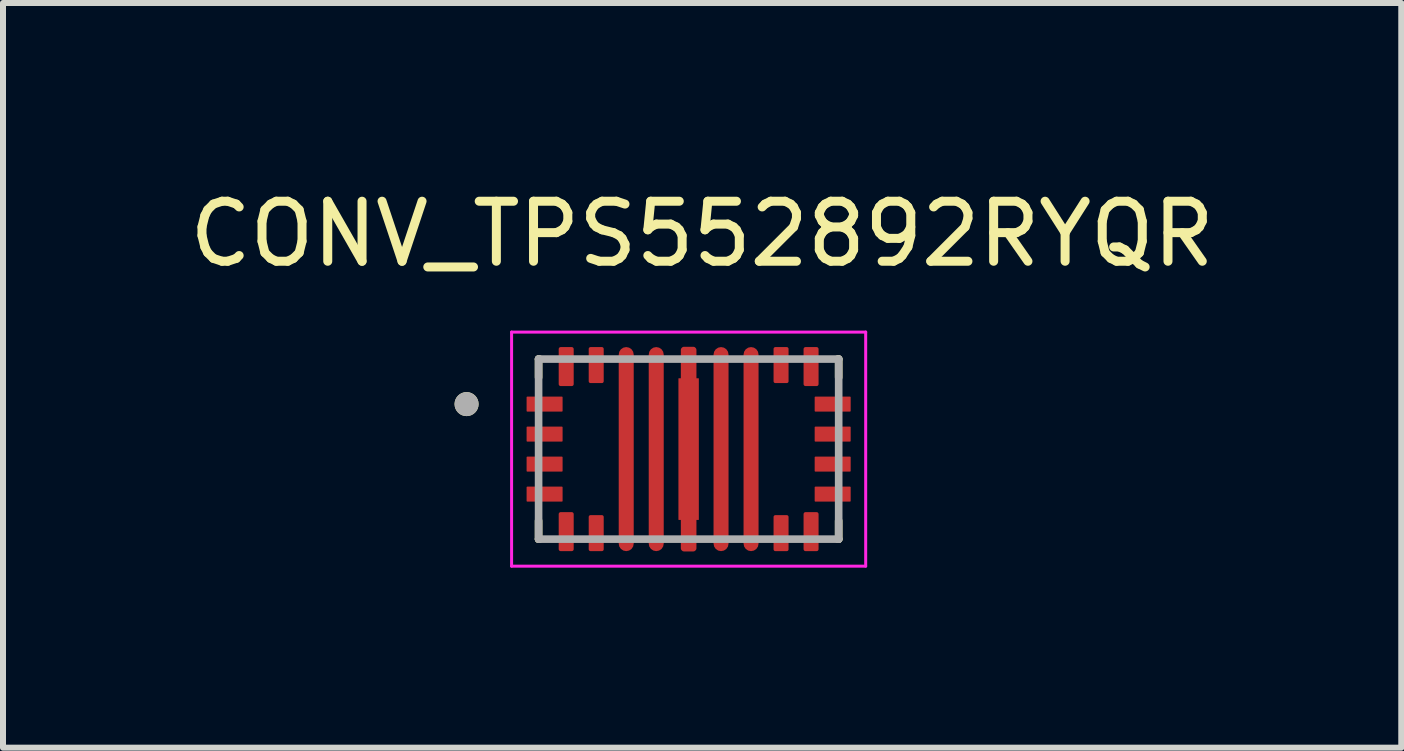
<source format=kicad_pcb>
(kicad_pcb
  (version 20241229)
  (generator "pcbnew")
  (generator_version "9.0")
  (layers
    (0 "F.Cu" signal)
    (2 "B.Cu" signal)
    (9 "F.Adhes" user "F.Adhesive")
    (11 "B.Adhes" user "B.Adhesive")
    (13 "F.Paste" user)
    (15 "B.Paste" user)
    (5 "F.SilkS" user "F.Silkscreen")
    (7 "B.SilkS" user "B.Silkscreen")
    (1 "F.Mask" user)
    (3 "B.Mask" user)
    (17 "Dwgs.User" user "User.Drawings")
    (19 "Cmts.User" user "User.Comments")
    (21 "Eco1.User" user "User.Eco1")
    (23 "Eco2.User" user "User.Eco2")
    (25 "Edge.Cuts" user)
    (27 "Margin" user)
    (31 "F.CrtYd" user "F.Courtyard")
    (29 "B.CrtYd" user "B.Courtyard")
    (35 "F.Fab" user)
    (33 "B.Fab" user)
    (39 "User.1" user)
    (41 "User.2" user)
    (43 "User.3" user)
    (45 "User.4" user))
  (footprint "CONV_TPS552892RYQR"
    (layer "F.Cu")
    (at 8.424 4.433)
    (property "Reference" "CONV_TPS552892RYQR" (at 0.225 -3.585 0) (layer "F.SilkS") (effects (font (size 1 1) (thickness 0.15))))
    (attr smd)
    (fp_poly (pts (xy -2.77 -0.175) (xy -2.77 -0.325) (xy -2.77 -0.331) (xy -2.769 -0.338) (xy -2.769 -0.344) (xy -2.767 -0.35) (xy -2.766 -0.356) (xy -2.764 -0.362) (xy -2.762 -0.368) (xy -2.76 -0.374) (xy -2.757 -0.379) (xy -2.754 -0.385) (xy -2.751 -0.39) (xy -2.747 -0.396) (xy -2.743 -0.401) (xy -2.739 -0.405) (xy -2.735 -0.41) (xy -2.73 -0.414) (xy -2.726 -0.418) (xy -2.721 -0.422) (xy -2.715 -0.426) (xy -2.71 -0.429) (xy -2.704 -0.432) (xy -2.699 -0.435) (xy -2.693 -0.437) (xy -2.687 -0.439) (xy -2.681 -0.441) (xy -2.675 -0.442) (xy -2.669 -0.444) (xy -2.663 -0.444) (xy -2.656 -0.445) (xy -2.65 -0.445) (xy -2.15 -0.445) (xy -2.144 -0.445) (xy -2.137 -0.444) (xy -2.131 -0.444) (xy -2.125 -0.442) (xy -2.119 -0.441) (xy -2.113 -0.439) (xy -2.107 -0.437) (xy -2.101 -0.435) (xy -2.096 -0.432) (xy -2.09 -0.429) (xy -2.085 -0.426) (xy -2.079 -0.422) (xy -2.074 -0.418) (xy -2.07 -0.414) (xy -2.065 -0.41) (xy -2.061 -0.405) (xy -2.057 -0.401) (xy -2.053 -0.396) (xy -2.049 -0.39) (xy -2.046 -0.385) (xy -2.043 -0.379) (xy -2.04 -0.374) (xy -2.038 -0.368) (xy -2.036 -0.362) (xy -2.034 -0.356) (xy -2.033 -0.35) (xy -2.031 -0.344) (xy -2.031 -0.338) (xy -2.03 -0.331) (xy -2.03 -0.325) (xy -2.03 -0.175) (xy -2.03 -0.169) (xy -2.031 -0.162) (xy -2.031 -0.156) (xy -2.033 -0.15) (xy -2.034 -0.144) (xy -2.036 -0.138) (xy -2.038 -0.132) (xy -2.04 -0.126) (xy -2.043 -0.121) (xy -2.046 -0.115) (xy -2.049 -0.11) (xy -2.053 -0.104) (xy -2.057 -0.099) (xy -2.061 -0.095) (xy -2.065 -0.09) (xy -2.07 -0.086) (xy -2.074 -0.082) (xy -2.079 -0.078) (xy -2.085 -0.074) (xy -2.09 -0.071) (xy -2.096 -0.068) (xy -2.101 -0.065) (xy -2.107 -0.063) (xy -2.113 -0.061) (xy -2.119 -0.059) (xy -2.125 -0.058) (xy -2.131 -0.056) (xy -2.137 -0.056) (xy -2.144 -0.055) (xy -2.15 -0.055) (xy -2.65 -0.055) (xy -2.656 -0.055) (xy -2.663 -0.056) (xy -2.669 -0.056) (xy -2.675 -0.058) (xy -2.681 -0.059) (xy -2.687 -0.061) (xy -2.693 -0.063) (xy -2.699 -0.065) (xy -2.704 -0.068) (xy -2.71 -0.071) (xy -2.715 -0.074) (xy -2.721 -0.078) (xy -2.726 -0.082) (xy -2.73 -0.086) (xy -2.735 -0.09) (xy -2.739 -0.095) (xy -2.743 -0.099) (xy -2.747 -0.104) (xy -2.751 -0.11) (xy -2.754 -0.115) (xy -2.757 -0.121) (xy -2.76 -0.126) (xy -2.762 -0.132) (xy -2.764 -0.138) (xy -2.766 -0.144) (xy -2.767 -0.15) (xy -2.769 -0.156) (xy -2.769 -0.162) (xy -2.77 -0.169) (xy -2.77 -0.175)) (stroke (width 0.01) (type solid)) (fill yes) (layer "F.Mask"))
    (fp_poly (pts (xy -2.65 -0.945) (xy -2.15 -0.945) (xy -2.144 -0.945) (xy -2.137 -0.944) (xy -2.131 -0.944) (xy -2.125 -0.942) (xy -2.119 -0.941) (xy -2.113 -0.939) (xy -2.107 -0.937) (xy -2.101 -0.935) (xy -2.096 -0.932) (xy -2.09 -0.929) (xy -2.085 -0.926) (xy -2.079 -0.922) (xy -2.074 -0.918) (xy -2.07 -0.914) (xy -2.065 -0.91) (xy -2.061 -0.905) (xy -2.057 -0.901) (xy -2.053 -0.896) (xy -2.049 -0.89) (xy -2.046 -0.885) (xy -2.043 -0.879) (xy -2.04 -0.874) (xy -2.038 -0.868) (xy -2.036 -0.862) (xy -2.034 -0.856) (xy -2.033 -0.85) (xy -2.031 -0.844) (xy -2.031 -0.838) (xy -2.03 -0.831) (xy -2.03 -0.825) (xy -2.03 -0.675) (xy -2.03 -0.669) (xy -2.031 -0.662) (xy -2.031 -0.656) (xy -2.033 -0.65) (xy -2.034 -0.644) (xy -2.036 -0.638) (xy -2.038 -0.632) (xy -2.04 -0.626) (xy -2.043 -0.621) (xy -2.046 -0.615) (xy -2.049 -0.61) (xy -2.053 -0.604) (xy -2.057 -0.599) (xy -2.061 -0.595) (xy -2.065 -0.59) (xy -2.07 -0.586) (xy -2.074 -0.582) (xy -2.079 -0.578) (xy -2.085 -0.574) (xy -2.09 -0.571) (xy -2.096 -0.568) (xy -2.101 -0.565) (xy -2.107 -0.563) (xy -2.113 -0.561) (xy -2.119 -0.559) (xy -2.125 -0.558) (xy -2.131 -0.556) (xy -2.137 -0.556) (xy -2.144 -0.555) (xy -2.15 -0.555) (xy -2.65 -0.555) (xy -2.656 -0.555) (xy -2.663 -0.556) (xy -2.669 -0.556) (xy -2.675 -0.558) (xy -2.681 -0.559) (xy -2.687 -0.561) (xy -2.693 -0.563) (xy -2.699 -0.565) (xy -2.704 -0.568) (xy -2.71 -0.571) (xy -2.715 -0.574) (xy -2.721 -0.578) (xy -2.726 -0.582) (xy -2.73 -0.586) (xy -2.735 -0.59) (xy -2.739 -0.595) (xy -2.743 -0.599) (xy -2.747 -0.604) (xy -2.751 -0.61) (xy -2.754 -0.615) (xy -2.757 -0.621) (xy -2.76 -0.626) (xy -2.762 -0.632) (xy -2.764 -0.638) (xy -2.766 -0.644) (xy -2.767 -0.65) (xy -2.769 -0.656) (xy -2.769 -0.662) (xy -2.77 -0.669) (xy -2.77 -0.675) (xy -2.77 -0.825) (xy -2.77 -0.831) (xy -2.769 -0.838) (xy -2.769 -0.844) (xy -2.767 -0.85) (xy -2.766 -0.856) (xy -2.764 -0.862) (xy -2.762 -0.868) (xy -2.76 -0.874) (xy -2.757 -0.879) (xy -2.754 -0.885) (xy -2.751 -0.89) (xy -2.747 -0.896) (xy -2.743 -0.901) (xy -2.739 -0.905) (xy -2.735 -0.91) (xy -2.73 -0.914) (xy -2.726 -0.918) (xy -2.721 -0.922) (xy -2.715 -0.926) (xy -2.71 -0.929) (xy -2.704 -0.932) (xy -2.699 -0.935) (xy -2.693 -0.937) (xy -2.687 -0.939) (xy -2.681 -0.941) (xy -2.675 -0.942) (xy -2.669 -0.944) (xy -2.663 -0.944) (xy -2.656 -0.945) (xy -2.65 -0.945)) (stroke (width 0.01) (type solid)) (fill yes) (layer "F.Mask"))
    (fp_poly (pts (xy -2.65 0.555) (xy -2.15 0.555) (xy -2.144 0.555) (xy -2.137 0.556) (xy -2.131 0.556) (xy -2.125 0.558) (xy -2.119 0.559) (xy -2.113 0.561) (xy -2.107 0.563) (xy -2.101 0.565) (xy -2.096 0.568) (xy -2.09 0.571) (xy -2.085 0.574) (xy -2.079 0.578) (xy -2.074 0.582) (xy -2.07 0.586) (xy -2.065 0.59) (xy -2.061 0.595) (xy -2.057 0.599) (xy -2.053 0.604) (xy -2.049 0.61) (xy -2.046 0.615) (xy -2.043 0.621) (xy -2.04 0.626) (xy -2.038 0.632) (xy -2.036 0.638) (xy -2.034 0.644) (xy -2.033 0.65) (xy -2.031 0.656) (xy -2.031 0.662) (xy -2.03 0.669) (xy -2.03 0.675) (xy -2.03 0.825) (xy -2.03 0.831) (xy -2.031 0.838) (xy -2.031 0.844) (xy -2.033 0.85) (xy -2.034 0.856) (xy -2.036 0.862) (xy -2.038 0.868) (xy -2.04 0.874) (xy -2.043 0.879) (xy -2.046 0.885) (xy -2.049 0.89) (xy -2.053 0.896) (xy -2.057 0.901) (xy -2.061 0.905) (xy -2.065 0.91) (xy -2.07 0.914) (xy -2.074 0.918) (xy -2.079 0.922) (xy -2.085 0.926) (xy -2.09 0.929) (xy -2.096 0.932) (xy -2.101 0.935) (xy -2.107 0.937) (xy -2.113 0.939) (xy -2.119 0.941) (xy -2.125 0.942) (xy -2.131 0.944) (xy -2.137 0.944) (xy -2.144 0.945) (xy -2.15 0.945) (xy -2.65 0.945) (xy -2.656 0.945) (xy -2.663 0.944) (xy -2.669 0.944) (xy -2.675 0.942) (xy -2.681 0.941) (xy -2.687 0.939) (xy -2.693 0.937) (xy -2.699 0.935) (xy -2.704 0.932) (xy -2.71 0.929) (xy -2.715 0.926) (xy -2.721 0.922) (xy -2.726 0.918) (xy -2.73 0.914) (xy -2.735 0.91) (xy -2.739 0.905) (xy -2.743 0.901) (xy -2.747 0.896) (xy -2.751 0.89) (xy -2.754 0.885) (xy -2.757 0.879) (xy -2.76 0.874) (xy -2.762 0.868) (xy -2.764 0.862) (xy -2.766 0.856) (xy -2.767 0.85) (xy -2.769 0.844) (xy -2.769 0.838) (xy -2.77 0.831) (xy -2.77 0.825) (xy -2.77 0.675) (xy -2.77 0.669) (xy -2.769 0.662) (xy -2.769 0.656) (xy -2.767 0.65) (xy -2.766 0.644) (xy -2.764 0.638) (xy -2.762 0.632) (xy -2.76 0.626) (xy -2.757 0.621) (xy -2.754 0.615) (xy -2.751 0.61) (xy -2.747 0.604) (xy -2.743 0.599) (xy -2.739 0.595) (xy -2.735 0.59) (xy -2.73 0.586) (xy -2.726 0.582) (xy -2.721 0.578) (xy -2.715 0.574) (xy -2.71 0.571) (xy -2.704 0.568) (xy -2.699 0.565) (xy -2.693 0.563) (xy -2.687 0.561) (xy -2.681 0.559) (xy -2.675 0.558) (xy -2.669 0.556) (xy -2.663 0.556) (xy -2.656 0.555) (xy -2.65 0.555)) (stroke (width 0.01) (type solid)) (fill yes) (layer "F.Mask"))
    (fp_poly (pts (xy -2.03 0.175) (xy -2.03 0.325) (xy -2.03 0.331) (xy -2.031 0.338) (xy -2.031 0.344) (xy -2.033 0.35) (xy -2.034 0.356) (xy -2.036 0.362) (xy -2.038 0.368) (xy -2.04 0.374) (xy -2.043 0.379) (xy -2.046 0.385) (xy -2.049 0.39) (xy -2.053 0.396) (xy -2.057 0.401) (xy -2.061 0.405) (xy -2.065 0.41) (xy -2.07 0.414) (xy -2.074 0.418) (xy -2.079 0.422) (xy -2.085 0.426) (xy -2.09 0.429) (xy -2.096 0.432) (xy -2.101 0.435) (xy -2.107 0.437) (xy -2.113 0.439) (xy -2.119 0.441) (xy -2.125 0.442) (xy -2.131 0.444) (xy -2.137 0.444) (xy -2.144 0.445) (xy -2.15 0.445) (xy -2.65 0.445) (xy -2.656 0.445) (xy -2.663 0.444) (xy -2.669 0.444) (xy -2.675 0.442) (xy -2.681 0.441) (xy -2.687 0.439) (xy -2.693 0.437) (xy -2.699 0.435) (xy -2.704 0.432) (xy -2.71 0.429) (xy -2.715 0.426) (xy -2.721 0.422) (xy -2.726 0.418) (xy -2.73 0.414) (xy -2.735 0.41) (xy -2.739 0.405) (xy -2.743 0.401) (xy -2.747 0.396) (xy -2.751 0.39) (xy -2.754 0.385) (xy -2.757 0.379) (xy -2.76 0.374) (xy -2.762 0.368) (xy -2.764 0.362) (xy -2.766 0.356) (xy -2.767 0.35) (xy -2.769 0.344) (xy -2.769 0.338) (xy -2.77 0.331) (xy -2.77 0.325) (xy -2.77 0.175) (xy -2.77 0.169) (xy -2.769 0.162) (xy -2.769 0.156) (xy -2.767 0.15) (xy -2.766 0.144) (xy -2.764 0.138) (xy -2.762 0.132) (xy -2.76 0.126) (xy -2.757 0.121) (xy -2.754 0.115) (xy -2.751 0.11) (xy -2.747 0.104) (xy -2.743 0.099) (xy -2.739 0.095) (xy -2.735 0.09) (xy -2.73 0.086) (xy -2.726 0.082) (xy -2.721 0.078) (xy -2.715 0.074) (xy -2.71 0.071) (xy -2.704 0.068) (xy -2.699 0.065) (xy -2.693 0.063) (xy -2.687 0.061) (xy -2.681 0.059) (xy -2.675 0.058) (xy -2.669 0.056) (xy -2.663 0.056) (xy -2.656 0.055) (xy -2.65 0.055) (xy -2.15 0.055) (xy -2.144 0.055) (xy -2.137 0.056) (xy -2.131 0.056) (xy -2.125 0.058) (xy -2.119 0.059) (xy -2.113 0.061) (xy -2.107 0.063) (xy -2.101 0.065) (xy -2.096 0.068) (xy -2.09 0.071) (xy -2.085 0.074) (xy -2.079 0.078) (xy -2.074 0.082) (xy -2.07 0.086) (xy -2.065 0.09) (xy -2.061 0.095) (xy -2.057 0.099) (xy -2.053 0.104) (xy -2.049 0.11) (xy -2.046 0.115) (xy -2.043 0.121) (xy -2.04 0.126) (xy -2.038 0.132) (xy -2.036 0.138) (xy -2.034 0.144) (xy -2.033 0.15) (xy -2.031 0.156) (xy -2.031 0.162) (xy -2.03 0.169) (xy -2.03 0.175)) (stroke (width 0.01) (type solid)) (fill yes) (layer "F.Mask"))
    (fp_poly (pts (xy -1.965 -0.98) (xy -2.115 -0.98) (xy -2.121 -0.98) (xy -2.128 -0.981) (xy -2.134 -0.981) (xy -2.14 -0.983) (xy -2.146 -0.984) (xy -2.152 -0.986) (xy -2.158 -0.988) (xy -2.164 -0.99) (xy -2.169 -0.993) (xy -2.175 -0.996) (xy -2.18 -0.999) (xy -2.186 -1.003) (xy -2.191 -1.007) (xy -2.195 -1.011) (xy -2.2 -1.015) (xy -2.204 -1.02) (xy -2.208 -1.024) (xy -2.212 -1.029) (xy -2.216 -1.035) (xy -2.219 -1.04) (xy -2.222 -1.046) (xy -2.225 -1.051) (xy -2.227 -1.057) (xy -2.229 -1.063) (xy -2.231 -1.069) (xy -2.232 -1.075) (xy -2.234 -1.081) (xy -2.234 -1.087) (xy -2.235 -1.094) (xy -2.235 -1.1) (xy -2.235 -1.65) (xy -2.235 -1.656) (xy -2.234 -1.663) (xy -2.234 -1.669) (xy -2.232 -1.675) (xy -2.231 -1.681) (xy -2.229 -1.687) (xy -2.227 -1.693) (xy -2.225 -1.699) (xy -2.222 -1.704) (xy -2.219 -1.71) (xy -2.216 -1.715) (xy -2.212 -1.721) (xy -2.208 -1.726) (xy -2.204 -1.73) (xy -2.2 -1.735) (xy -2.195 -1.739) (xy -2.191 -1.743) (xy -2.186 -1.747) (xy -2.18 -1.751) (xy -2.175 -1.754) (xy -2.169 -1.757) (xy -2.164 -1.76) (xy -2.158 -1.762) (xy -2.152 -1.764) (xy -2.146 -1.766) (xy -2.14 -1.767) (xy -2.134 -1.769) (xy -2.128 -1.769) (xy -2.121 -1.77) (xy -2.115 -1.77) (xy -1.965 -1.77) (xy -1.959 -1.77) (xy -1.952 -1.769) (xy -1.946 -1.769) (xy -1.94 -1.767) (xy -1.934 -1.766) (xy -1.928 -1.764) (xy -1.922 -1.762) (xy -1.916 -1.76) (xy -1.911 -1.757) (xy -1.905 -1.754) (xy -1.9 -1.751) (xy -1.894 -1.747) (xy -1.889 -1.743) (xy -1.885 -1.739) (xy -1.88 -1.735) (xy -1.876 -1.73) (xy -1.872 -1.726) (xy -1.868 -1.721) (xy -1.864 -1.715) (xy -1.861 -1.71) (xy -1.858 -1.704) (xy -1.855 -1.699) (xy -1.853 -1.693) (xy -1.851 -1.687) (xy -1.849 -1.681) (xy -1.848 -1.675) (xy -1.846 -1.669) (xy -1.846 -1.663) (xy -1.845 -1.656) (xy -1.845 -1.65) (xy -1.845 -1.1) (xy -1.845 -1.094) (xy -1.846 -1.087) (xy -1.846 -1.081) (xy -1.848 -1.075) (xy -1.849 -1.069) (xy -1.851 -1.063) (xy -1.853 -1.057) (xy -1.855 -1.051) (xy -1.858 -1.046) (xy -1.861 -1.04) (xy -1.864 -1.035) (xy -1.868 -1.029) (xy -1.872 -1.024) (xy -1.876 -1.02) (xy -1.88 -1.015) (xy -1.885 -1.011) (xy -1.889 -1.007) (xy -1.894 -1.003) (xy -1.9 -0.999) (xy -1.905 -0.996) (xy -1.911 -0.993) (xy -1.916 -0.99) (xy -1.922 -0.988) (xy -1.928 -0.986) (xy -1.934 -0.984) (xy -1.94 -0.983) (xy -1.946 -0.981) (xy -1.952 -0.981) (xy -1.959 -0.98) (xy -1.965 -0.98)) (stroke (width 0.01) (type solid)) (fill yes) (layer "F.Mask"))
    (fp_poly (pts (xy -1.965 1.77) (xy -2.115 1.77) (xy -2.121 1.77) (xy -2.128 1.769) (xy -2.134 1.769) (xy -2.14 1.767) (xy -2.146 1.766) (xy -2.152 1.764) (xy -2.158 1.762) (xy -2.164 1.76) (xy -2.169 1.757) (xy -2.175 1.754) (xy -2.18 1.751) (xy -2.186 1.747) (xy -2.191 1.743) (xy -2.195 1.739) (xy -2.2 1.735) (xy -2.204 1.73) (xy -2.208 1.726) (xy -2.212 1.721) (xy -2.216 1.715) (xy -2.219 1.71) (xy -2.222 1.704) (xy -2.225 1.699) (xy -2.227 1.693) (xy -2.229 1.687) (xy -2.231 1.681) (xy -2.232 1.675) (xy -2.234 1.669) (xy -2.234 1.663) (xy -2.235 1.656) (xy -2.235 1.65) (xy -2.235 1.1) (xy -2.235 1.094) (xy -2.234 1.087) (xy -2.234 1.081) (xy -2.232 1.075) (xy -2.231 1.069) (xy -2.229 1.063) (xy -2.227 1.057) (xy -2.225 1.051) (xy -2.222 1.046) (xy -2.219 1.04) (xy -2.216 1.035) (xy -2.212 1.029) (xy -2.208 1.024) (xy -2.204 1.02) (xy -2.2 1.015) (xy -2.195 1.011) (xy -2.191 1.007) (xy -2.186 1.003) (xy -2.18 0.999) (xy -2.175 0.996) (xy -2.169 0.993) (xy -2.164 0.99) (xy -2.158 0.988) (xy -2.152 0.986) (xy -2.146 0.984) (xy -2.14 0.983) (xy -2.134 0.981) (xy -2.128 0.981) (xy -2.121 0.98) (xy -2.115 0.98) (xy -1.965 0.98) (xy -1.959 0.98) (xy -1.952 0.981) (xy -1.946 0.981) (xy -1.94 0.983) (xy -1.934 0.984) (xy -1.928 0.986) (xy -1.922 0.988) (xy -1.916 0.99) (xy -1.911 0.993) (xy -1.905 0.996) (xy -1.9 0.999) (xy -1.894 1.003) (xy -1.889 1.007) (xy -1.885 1.011) (xy -1.88 1.015) (xy -1.876 1.02) (xy -1.872 1.024) (xy -1.868 1.029) (xy -1.864 1.035) (xy -1.861 1.04) (xy -1.858 1.046) (xy -1.855 1.051) (xy -1.853 1.057) (xy -1.851 1.063) (xy -1.849 1.069) (xy -1.848 1.075) (xy -1.846 1.081) (xy -1.846 1.087) (xy -1.845 1.094) (xy -1.845 1.1) (xy -1.845 1.65) (xy -1.845 1.656) (xy -1.846 1.663) (xy -1.846 1.669) (xy -1.848 1.675) (xy -1.849 1.681) (xy -1.851 1.687) (xy -1.853 1.693) (xy -1.855 1.699) (xy -1.858 1.704) (xy -1.861 1.71) (xy -1.864 1.715) (xy -1.868 1.721) (xy -1.872 1.726) (xy -1.876 1.73) (xy -1.88 1.735) (xy -1.885 1.739) (xy -1.889 1.743) (xy -1.894 1.747) (xy -1.9 1.751) (xy -1.905 1.754) (xy -1.911 1.757) (xy -1.916 1.76) (xy -1.922 1.762) (xy -1.928 1.764) (xy -1.934 1.766) (xy -1.94 1.767) (xy -1.946 1.769) (xy -1.952 1.769) (xy -1.959 1.77) (xy -1.965 1.77)) (stroke (width 0.01) (type solid)) (fill yes) (layer "F.Mask"))
    (fp_poly (pts (xy -1.465 -1.03) (xy -1.615 -1.03) (xy -1.621 -1.03) (xy -1.628 -1.031) (xy -1.634 -1.031) (xy -1.64 -1.033) (xy -1.646 -1.034) (xy -1.652 -1.036) (xy -1.658 -1.038) (xy -1.664 -1.04) (xy -1.669 -1.043) (xy -1.675 -1.046) (xy -1.68 -1.049) (xy -1.686 -1.053) (xy -1.691 -1.057) (xy -1.695 -1.061) (xy -1.7 -1.065) (xy -1.704 -1.07) (xy -1.708 -1.074) (xy -1.712 -1.079) (xy -1.716 -1.085) (xy -1.719 -1.09) (xy -1.722 -1.096) (xy -1.725 -1.101) (xy -1.727 -1.107) (xy -1.729 -1.113) (xy -1.731 -1.119) (xy -1.732 -1.125) (xy -1.734 -1.131) (xy -1.734 -1.137) (xy -1.735 -1.144) (xy -1.735 -1.15) (xy -1.735 -1.65) (xy -1.735 -1.656) (xy -1.734 -1.663) (xy -1.734 -1.669) (xy -1.732 -1.675) (xy -1.731 -1.681) (xy -1.729 -1.687) (xy -1.727 -1.693) (xy -1.725 -1.699) (xy -1.722 -1.704) (xy -1.719 -1.71) (xy -1.716 -1.715) (xy -1.712 -1.721) (xy -1.708 -1.726) (xy -1.704 -1.73) (xy -1.7 -1.735) (xy -1.695 -1.739) (xy -1.691 -1.743) (xy -1.686 -1.747) (xy -1.68 -1.751) (xy -1.675 -1.754) (xy -1.669 -1.757) (xy -1.664 -1.76) (xy -1.658 -1.762) (xy -1.652 -1.764) (xy -1.646 -1.766) (xy -1.64 -1.767) (xy -1.634 -1.769) (xy -1.628 -1.769) (xy -1.621 -1.77) (xy -1.615 -1.77) (xy -1.465 -1.77) (xy -1.459 -1.77) (xy -1.452 -1.769) (xy -1.446 -1.769) (xy -1.44 -1.767) (xy -1.434 -1.766) (xy -1.428 -1.764) (xy -1.422 -1.762) (xy -1.416 -1.76) (xy -1.411 -1.757) (xy -1.405 -1.754) (xy -1.4 -1.751) (xy -1.394 -1.747) (xy -1.389 -1.743) (xy -1.385 -1.739) (xy -1.38 -1.735) (xy -1.376 -1.73) (xy -1.372 -1.726) (xy -1.368 -1.721) (xy -1.364 -1.715) (xy -1.361 -1.71) (xy -1.358 -1.704) (xy -1.355 -1.699) (xy -1.353 -1.693) (xy -1.351 -1.687) (xy -1.349 -1.681) (xy -1.348 -1.675) (xy -1.346 -1.669) (xy -1.346 -1.663) (xy -1.345 -1.656) (xy -1.345 -1.65) (xy -1.345 -1.15) (xy -1.345 -1.144) (xy -1.346 -1.137) (xy -1.346 -1.131) (xy -1.348 -1.125) (xy -1.349 -1.119) (xy -1.351 -1.113) (xy -1.353 -1.107) (xy -1.355 -1.101) (xy -1.358 -1.096) (xy -1.361 -1.09) (xy -1.364 -1.085) (xy -1.368 -1.079) (xy -1.372 -1.074) (xy -1.376 -1.07) (xy -1.38 -1.065) (xy -1.385 -1.061) (xy -1.389 -1.057) (xy -1.394 -1.053) (xy -1.4 -1.049) (xy -1.405 -1.046) (xy -1.411 -1.043) (xy -1.416 -1.04) (xy -1.422 -1.038) (xy -1.428 -1.036) (xy -1.434 -1.034) (xy -1.44 -1.033) (xy -1.446 -1.031) (xy -1.452 -1.031) (xy -1.459 -1.03) (xy -1.465 -1.03)) (stroke (width 0.01) (type solid)) (fill yes) (layer "F.Mask"))
    (fp_poly (pts (xy -1.465 1.77) (xy -1.615 1.77) (xy -1.621 1.77) (xy -1.628 1.769) (xy -1.634 1.769) (xy -1.64 1.767) (xy -1.646 1.766) (xy -1.652 1.764) (xy -1.658 1.762) (xy -1.664 1.76) (xy -1.669 1.757) (xy -1.675 1.754) (xy -1.68 1.751) (xy -1.686 1.747) (xy -1.691 1.743) (xy -1.695 1.739) (xy -1.7 1.735) (xy -1.704 1.73) (xy -1.708 1.726) (xy -1.712 1.721) (xy -1.716 1.715) (xy -1.719 1.71) (xy -1.722 1.704) (xy -1.725 1.699) (xy -1.727 1.693) (xy -1.729 1.687) (xy -1.731 1.681) (xy -1.732 1.675) (xy -1.734 1.669) (xy -1.734 1.663) (xy -1.735 1.656) (xy -1.735 1.65) (xy -1.735 1.15) (xy -1.735 1.144) (xy -1.734 1.137) (xy -1.734 1.131) (xy -1.732 1.125) (xy -1.731 1.119) (xy -1.729 1.113) (xy -1.727 1.107) (xy -1.725 1.101) (xy -1.722 1.096) (xy -1.719 1.09) (xy -1.716 1.085) (xy -1.712 1.079) (xy -1.708 1.074) (xy -1.704 1.07) (xy -1.7 1.065) (xy -1.695 1.061) (xy -1.691 1.057) (xy -1.686 1.053) (xy -1.68 1.049) (xy -1.675 1.046) (xy -1.669 1.043) (xy -1.664 1.04) (xy -1.658 1.038) (xy -1.652 1.036) (xy -1.646 1.034) (xy -1.64 1.033) (xy -1.634 1.031) (xy -1.628 1.031) (xy -1.621 1.03) (xy -1.615 1.03) (xy -1.465 1.03) (xy -1.459 1.03) (xy -1.452 1.031) (xy -1.446 1.031) (xy -1.44 1.033) (xy -1.434 1.034) (xy -1.428 1.036) (xy -1.422 1.038) (xy -1.416 1.04) (xy -1.411 1.043) (xy -1.405 1.046) (xy -1.4 1.049) (xy -1.394 1.053) (xy -1.389 1.057) (xy -1.385 1.061) (xy -1.38 1.065) (xy -1.376 1.07) (xy -1.372 1.074) (xy -1.368 1.079) (xy -1.364 1.085) (xy -1.361 1.09) (xy -1.358 1.096) (xy -1.355 1.101) (xy -1.353 1.107) (xy -1.351 1.113) (xy -1.349 1.119) (xy -1.348 1.125) (xy -1.346 1.131) (xy -1.346 1.137) (xy -1.345 1.144) (xy -1.345 1.15) (xy -1.345 1.65) (xy -1.345 1.656) (xy -1.346 1.663) (xy -1.346 1.669) (xy -1.348 1.675) (xy -1.349 1.681) (xy -1.351 1.687) (xy -1.353 1.693) (xy -1.355 1.699) (xy -1.358 1.704) (xy -1.361 1.71) (xy -1.364 1.715) (xy -1.368 1.721) (xy -1.372 1.726) (xy -1.376 1.73) (xy -1.38 1.735) (xy -1.385 1.739) (xy -1.389 1.743) (xy -1.394 1.747) (xy -1.4 1.751) (xy -1.405 1.754) (xy -1.411 1.757) (xy -1.416 1.76) (xy -1.422 1.762) (xy -1.428 1.764) (xy -1.434 1.766) (xy -1.44 1.767) (xy -1.446 1.769) (xy -1.452 1.769) (xy -1.459 1.77) (xy -1.465 1.77)) (stroke (width 0.01) (type solid)) (fill yes) (layer "F.Mask"))
    (fp_poly (pts (xy -0.965 1.77) (xy -1.115 1.77) (xy -1.121 1.77) (xy -1.128 1.769) (xy -1.134 1.769) (xy -1.14 1.767) (xy -1.146 1.766) (xy -1.152 1.764) (xy -1.158 1.762) (xy -1.164 1.76) (xy -1.169 1.757) (xy -1.175 1.754) (xy -1.18 1.751) (xy -1.186 1.747) (xy -1.191 1.743) (xy -1.195 1.739) (xy -1.2 1.735) (xy -1.204 1.73) (xy -1.208 1.726) (xy -1.212 1.721) (xy -1.216 1.715) (xy -1.219 1.71) (xy -1.222 1.704) (xy -1.225 1.699) (xy -1.227 1.693) (xy -1.229 1.687) (xy -1.231 1.681) (xy -1.232 1.675) (xy -1.234 1.669) (xy -1.234 1.663) (xy -1.235 1.656) (xy -1.235 1.65) (xy -1.235 -1.65) (xy -1.235 -1.656) (xy -1.234 -1.663) (xy -1.234 -1.669) (xy -1.232 -1.675) (xy -1.231 -1.681) (xy -1.229 -1.687) (xy -1.227 -1.693) (xy -1.225 -1.699) (xy -1.222 -1.704) (xy -1.219 -1.71) (xy -1.216 -1.715) (xy -1.212 -1.721) (xy -1.208 -1.726) (xy -1.204 -1.73) (xy -1.2 -1.735) (xy -1.195 -1.739) (xy -1.191 -1.743) (xy -1.186 -1.747) (xy -1.18 -1.751) (xy -1.175 -1.754) (xy -1.169 -1.757) (xy -1.164 -1.76) (xy -1.158 -1.762) (xy -1.152 -1.764) (xy -1.146 -1.766) (xy -1.14 -1.767) (xy -1.134 -1.769) (xy -1.128 -1.769) (xy -1.121 -1.77) (xy -1.115 -1.77) (xy -0.965 -1.77) (xy -0.959 -1.77) (xy -0.952 -1.769) (xy -0.946 -1.769) (xy -0.94 -1.767) (xy -0.934 -1.766) (xy -0.928 -1.764) (xy -0.922 -1.762) (xy -0.916 -1.76) (xy -0.911 -1.757) (xy -0.905 -1.754) (xy -0.9 -1.751) (xy -0.894 -1.747) (xy -0.889 -1.743) (xy -0.885 -1.739) (xy -0.88 -1.735) (xy -0.876 -1.73) (xy -0.872 -1.726) (xy -0.868 -1.721) (xy -0.864 -1.715) (xy -0.861 -1.71) (xy -0.858 -1.704) (xy -0.855 -1.699) (xy -0.853 -1.693) (xy -0.851 -1.687) (xy -0.849 -1.681) (xy -0.848 -1.675) (xy -0.846 -1.669) (xy -0.846 -1.663) (xy -0.845 -1.656) (xy -0.845 -1.65) (xy -0.845 1.65) (xy -0.845 1.656) (xy -0.846 1.663) (xy -0.846 1.669) (xy -0.848 1.675) (xy -0.849 1.681) (xy -0.851 1.687) (xy -0.853 1.693) (xy -0.855 1.699) (xy -0.858 1.704) (xy -0.861 1.71) (xy -0.864 1.715) (xy -0.868 1.721) (xy -0.872 1.726) (xy -0.876 1.73) (xy -0.88 1.735) (xy -0.885 1.739) (xy -0.889 1.743) (xy -0.894 1.747) (xy -0.9 1.751) (xy -0.905 1.754) (xy -0.911 1.757) (xy -0.916 1.76) (xy -0.922 1.762) (xy -0.928 1.764) (xy -0.934 1.766) (xy -0.94 1.767) (xy -0.946 1.769) (xy -0.952 1.769) (xy -0.959 1.77) (xy -0.965 1.77)) (stroke (width 0.01) (type solid)) (fill yes) (layer "F.Mask"))
    (fp_poly (pts (xy -0.465 1.77) (xy -0.615 1.77) (xy -0.621 1.77) (xy -0.628 1.769) (xy -0.634 1.769) (xy -0.64 1.767) (xy -0.646 1.766) (xy -0.652 1.764) (xy -0.658 1.762) (xy -0.664 1.76) (xy -0.669 1.757) (xy -0.675 1.754) (xy -0.68 1.751) (xy -0.686 1.747) (xy -0.691 1.743) (xy -0.695 1.739) (xy -0.7 1.735) (xy -0.704 1.73) (xy -0.708 1.726) (xy -0.712 1.721) (xy -0.716 1.715) (xy -0.719 1.71) (xy -0.722 1.704) (xy -0.725 1.699) (xy -0.727 1.693) (xy -0.729 1.687) (xy -0.731 1.681) (xy -0.732 1.675) (xy -0.734 1.669) (xy -0.734 1.663) (xy -0.735 1.656) (xy -0.735 1.65) (xy -0.735 -1.65) (xy -0.735 -1.656) (xy -0.734 -1.663) (xy -0.734 -1.669) (xy -0.732 -1.675) (xy -0.731 -1.681) (xy -0.729 -1.687) (xy -0.727 -1.693) (xy -0.725 -1.699) (xy -0.722 -1.704) (xy -0.719 -1.71) (xy -0.716 -1.715) (xy -0.712 -1.721) (xy -0.708 -1.726) (xy -0.704 -1.73) (xy -0.7 -1.735) (xy -0.695 -1.739) (xy -0.691 -1.743) (xy -0.686 -1.747) (xy -0.68 -1.751) (xy -0.675 -1.754) (xy -0.669 -1.757) (xy -0.664 -1.76) (xy -0.658 -1.762) (xy -0.652 -1.764) (xy -0.646 -1.766) (xy -0.64 -1.767) (xy -0.634 -1.769) (xy -0.628 -1.769) (xy -0.621 -1.77) (xy -0.615 -1.77) (xy -0.465 -1.77) (xy -0.459 -1.77) (xy -0.452 -1.769) (xy -0.446 -1.769) (xy -0.44 -1.767) (xy -0.434 -1.766) (xy -0.428 -1.764) (xy -0.422 -1.762) (xy -0.416 -1.76) (xy -0.411 -1.757) (xy -0.405 -1.754) (xy -0.4 -1.751) (xy -0.394 -1.747) (xy -0.389 -1.743) (xy -0.385 -1.739) (xy -0.38 -1.735) (xy -0.376 -1.73) (xy -0.372 -1.726) (xy -0.368 -1.721) (xy -0.364 -1.715) (xy -0.361 -1.71) (xy -0.358 -1.704) (xy -0.355 -1.699) (xy -0.353 -1.693) (xy -0.351 -1.687) (xy -0.349 -1.681) (xy -0.348 -1.675) (xy -0.346 -1.669) (xy -0.346 -1.663) (xy -0.345 -1.656) (xy -0.345 -1.65) (xy -0.345 1.65) (xy -0.345 1.656) (xy -0.346 1.663) (xy -0.346 1.669) (xy -0.348 1.675) (xy -0.349 1.681) (xy -0.351 1.687) (xy -0.353 1.693) (xy -0.355 1.699) (xy -0.358 1.704) (xy -0.361 1.71) (xy -0.364 1.715) (xy -0.368 1.721) (xy -0.372 1.726) (xy -0.376 1.73) (xy -0.38 1.735) (xy -0.385 1.739) (xy -0.389 1.743) (xy -0.394 1.747) (xy -0.4 1.751) (xy -0.405 1.754) (xy -0.411 1.757) (xy -0.416 1.76) (xy -0.422 1.762) (xy -0.428 1.764) (xy -0.434 1.766) (xy -0.44 1.767) (xy -0.446 1.769) (xy -0.452 1.769) (xy -0.459 1.77) (xy -0.465 1.77)) (stroke (width 0.01) (type solid)) (fill yes) (layer "F.Mask"))
    (fp_poly (pts (xy 0.615 1.77) (xy 0.465 1.77) (xy 0.459 1.77) (xy 0.452 1.769) (xy 0.446 1.769) (xy 0.44 1.767) (xy 0.434 1.766) (xy 0.428 1.764) (xy 0.422 1.762) (xy 0.416 1.76) (xy 0.411 1.757) (xy 0.405 1.754) (xy 0.4 1.751) (xy 0.394 1.747) (xy 0.389 1.743) (xy 0.385 1.739) (xy 0.38 1.735) (xy 0.376 1.73) (xy 0.372 1.726) (xy 0.368 1.721) (xy 0.364 1.715) (xy 0.361 1.71) (xy 0.358 1.704) (xy 0.355 1.699) (xy 0.353 1.693) (xy 0.351 1.687) (xy 0.349 1.681) (xy 0.348 1.675) (xy 0.346 1.669) (xy 0.346 1.663) (xy 0.345 1.656) (xy 0.345 1.65) (xy 0.345 -1.65) (xy 0.345 -1.656) (xy 0.346 -1.663) (xy 0.346 -1.669) (xy 0.348 -1.675) (xy 0.349 -1.681) (xy 0.351 -1.687) (xy 0.353 -1.693) (xy 0.355 -1.699) (xy 0.358 -1.704) (xy 0.361 -1.71) (xy 0.364 -1.715) (xy 0.368 -1.721) (xy 0.372 -1.726) (xy 0.376 -1.73) (xy 0.38 -1.735) (xy 0.385 -1.739) (xy 0.389 -1.743) (xy 0.394 -1.747) (xy 0.4 -1.751) (xy 0.405 -1.754) (xy 0.411 -1.757) (xy 0.416 -1.76) (xy 0.422 -1.762) (xy 0.428 -1.764) (xy 0.434 -1.766) (xy 0.44 -1.767) (xy 0.446 -1.769) (xy 0.452 -1.769) (xy 0.459 -1.77) (xy 0.465 -1.77) (xy 0.615 -1.77) (xy 0.621 -1.77) (xy 0.628 -1.769) (xy 0.634 -1.769) (xy 0.64 -1.767) (xy 0.646 -1.766) (xy 0.652 -1.764) (xy 0.658 -1.762) (xy 0.664 -1.76) (xy 0.669 -1.757) (xy 0.675 -1.754) (xy 0.68 -1.751) (xy 0.686 -1.747) (xy 0.691 -1.743) (xy 0.695 -1.739) (xy 0.7 -1.735) (xy 0.704 -1.73) (xy 0.708 -1.726) (xy 0.712 -1.721) (xy 0.716 -1.715) (xy 0.719 -1.71) (xy 0.722 -1.704) (xy 0.725 -1.699) (xy 0.727 -1.693) (xy 0.729 -1.687) (xy 0.731 -1.681) (xy 0.732 -1.675) (xy 0.734 -1.669) (xy 0.734 -1.663) (xy 0.735 -1.656) (xy 0.735 -1.65) (xy 0.735 1.65) (xy 0.735 1.656) (xy 0.734 1.663) (xy 0.734 1.669) (xy 0.732 1.675) (xy 0.731 1.681) (xy 0.729 1.687) (xy 0.727 1.693) (xy 0.725 1.699) (xy 0.722 1.704) (xy 0.719 1.71) (xy 0.716 1.715) (xy 0.712 1.721) (xy 0.708 1.726) (xy 0.704 1.73) (xy 0.7 1.735) (xy 0.695 1.739) (xy 0.691 1.743) (xy 0.686 1.747) (xy 0.68 1.751) (xy 0.675 1.754) (xy 0.669 1.757) (xy 0.664 1.76) (xy 0.658 1.762) (xy 0.652 1.764) (xy 0.646 1.766) (xy 0.64 1.767) (xy 0.634 1.769) (xy 0.628 1.769) (xy 0.621 1.77) (xy 0.615 1.77)) (stroke (width 0.01) (type solid)) (fill yes) (layer "F.Mask"))
    (fp_poly (pts (xy 1.115 1.77) (xy 0.965 1.77) (xy 0.959 1.77) (xy 0.952 1.769) (xy 0.946 1.769) (xy 0.94 1.767) (xy 0.934 1.766) (xy 0.928 1.764) (xy 0.922 1.762) (xy 0.916 1.76) (xy 0.911 1.757) (xy 0.905 1.754) (xy 0.9 1.751) (xy 0.894 1.747) (xy 0.889 1.743) (xy 0.885 1.739) (xy 0.88 1.735) (xy 0.876 1.73) (xy 0.872 1.726) (xy 0.868 1.721) (xy 0.864 1.715) (xy 0.861 1.71) (xy 0.858 1.704) (xy 0.855 1.699) (xy 0.853 1.693) (xy 0.851 1.687) (xy 0.849 1.681) (xy 0.848 1.675) (xy 0.846 1.669) (xy 0.846 1.663) (xy 0.845 1.656) (xy 0.845 1.65) (xy 0.845 -1.65) (xy 0.845 -1.656) (xy 0.846 -1.663) (xy 0.846 -1.669) (xy 0.848 -1.675) (xy 0.849 -1.681) (xy 0.851 -1.687) (xy 0.853 -1.693) (xy 0.855 -1.699) (xy 0.858 -1.704) (xy 0.861 -1.71) (xy 0.864 -1.715) (xy 0.868 -1.721) (xy 0.872 -1.726) (xy 0.876 -1.73) (xy 0.88 -1.735) (xy 0.885 -1.739) (xy 0.889 -1.743) (xy 0.894 -1.747) (xy 0.9 -1.751) (xy 0.905 -1.754) (xy 0.911 -1.757) (xy 0.916 -1.76) (xy 0.922 -1.762) (xy 0.928 -1.764) (xy 0.934 -1.766) (xy 0.94 -1.767) (xy 0.946 -1.769) (xy 0.952 -1.769) (xy 0.959 -1.77) (xy 0.965 -1.77) (xy 1.115 -1.77) (xy 1.121 -1.77) (xy 1.128 -1.769) (xy 1.134 -1.769) (xy 1.14 -1.767) (xy 1.146 -1.766) (xy 1.152 -1.764) (xy 1.158 -1.762) (xy 1.164 -1.76) (xy 1.169 -1.757) (xy 1.175 -1.754) (xy 1.18 -1.751) (xy 1.186 -1.747) (xy 1.191 -1.743) (xy 1.195 -1.739) (xy 1.2 -1.735) (xy 1.204 -1.73) (xy 1.208 -1.726) (xy 1.212 -1.721) (xy 1.216 -1.715) (xy 1.219 -1.71) (xy 1.222 -1.704) (xy 1.225 -1.699) (xy 1.227 -1.693) (xy 1.229 -1.687) (xy 1.231 -1.681) (xy 1.232 -1.675) (xy 1.234 -1.669) (xy 1.234 -1.663) (xy 1.235 -1.656) (xy 1.235 -1.65) (xy 1.235 1.65) (xy 1.235 1.656) (xy 1.234 1.663) (xy 1.234 1.669) (xy 1.232 1.675) (xy 1.231 1.681) (xy 1.229 1.687) (xy 1.227 1.693) (xy 1.225 1.699) (xy 1.222 1.704) (xy 1.219 1.71) (xy 1.216 1.715) (xy 1.212 1.721) (xy 1.208 1.726) (xy 1.204 1.73) (xy 1.2 1.735) (xy 1.195 1.739) (xy 1.191 1.743) (xy 1.186 1.747) (xy 1.18 1.751) (xy 1.175 1.754) (xy 1.169 1.757) (xy 1.164 1.76) (xy 1.158 1.762) (xy 1.152 1.764) (xy 1.146 1.766) (xy 1.14 1.767) (xy 1.134 1.769) (xy 1.128 1.769) (xy 1.121 1.77) (xy 1.115 1.77)) (stroke (width 0.01) (type solid)) (fill yes) (layer "F.Mask"))
    (fp_poly (pts (xy 1.615 -1.03) (xy 1.465 -1.03) (xy 1.459 -1.03) (xy 1.452 -1.031) (xy 1.446 -1.031) (xy 1.44 -1.033) (xy 1.434 -1.034) (xy 1.428 -1.036) (xy 1.422 -1.038) (xy 1.416 -1.04) (xy 1.411 -1.043) (xy 1.405 -1.046) (xy 1.4 -1.049) (xy 1.394 -1.053) (xy 1.389 -1.057) (xy 1.385 -1.061) (xy 1.38 -1.065) (xy 1.376 -1.07) (xy 1.372 -1.074) (xy 1.368 -1.079) (xy 1.364 -1.085) (xy 1.361 -1.09) (xy 1.358 -1.096) (xy 1.355 -1.101) (xy 1.353 -1.107) (xy 1.351 -1.113) (xy 1.349 -1.119) (xy 1.348 -1.125) (xy 1.346 -1.131) (xy 1.346 -1.137) (xy 1.345 -1.144) (xy 1.345 -1.15) (xy 1.345 -1.65) (xy 1.345 -1.656) (xy 1.346 -1.663) (xy 1.346 -1.669) (xy 1.348 -1.675) (xy 1.349 -1.681) (xy 1.351 -1.687) (xy 1.353 -1.693) (xy 1.355 -1.699) (xy 1.358 -1.704) (xy 1.361 -1.71) (xy 1.364 -1.715) (xy 1.368 -1.721) (xy 1.372 -1.726) (xy 1.376 -1.73) (xy 1.38 -1.735) (xy 1.385 -1.739) (xy 1.389 -1.743) (xy 1.394 -1.747) (xy 1.4 -1.751) (xy 1.405 -1.754) (xy 1.411 -1.757) (xy 1.416 -1.76) (xy 1.422 -1.762) (xy 1.428 -1.764) (xy 1.434 -1.766) (xy 1.44 -1.767) (xy 1.446 -1.769) (xy 1.452 -1.769) (xy 1.459 -1.77) (xy 1.465 -1.77) (xy 1.615 -1.77) (xy 1.621 -1.77) (xy 1.628 -1.769) (xy 1.634 -1.769) (xy 1.64 -1.767) (xy 1.646 -1.766) (xy 1.652 -1.764) (xy 1.658 -1.762) (xy 1.664 -1.76) (xy 1.669 -1.757) (xy 1.675 -1.754) (xy 1.68 -1.751) (xy 1.686 -1.747) (xy 1.691 -1.743) (xy 1.695 -1.739) (xy 1.7 -1.735) (xy 1.704 -1.73) (xy 1.708 -1.726) (xy 1.712 -1.721) (xy 1.716 -1.715) (xy 1.719 -1.71) (xy 1.722 -1.704) (xy 1.725 -1.699) (xy 1.727 -1.693) (xy 1.729 -1.687) (xy 1.731 -1.681) (xy 1.732 -1.675) (xy 1.734 -1.669) (xy 1.734 -1.663) (xy 1.735 -1.656) (xy 1.735 -1.65) (xy 1.735 -1.15) (xy 1.735 -1.144) (xy 1.734 -1.137) (xy 1.734 -1.131) (xy 1.732 -1.125) (xy 1.731 -1.119) (xy 1.729 -1.113) (xy 1.727 -1.107) (xy 1.725 -1.101) (xy 1.722 -1.096) (xy 1.719 -1.09) (xy 1.716 -1.085) (xy 1.712 -1.079) (xy 1.708 -1.074) (xy 1.704 -1.07) (xy 1.7 -1.065) (xy 1.695 -1.061) (xy 1.691 -1.057) (xy 1.686 -1.053) (xy 1.68 -1.049) (xy 1.675 -1.046) (xy 1.669 -1.043) (xy 1.664 -1.04) (xy 1.658 -1.038) (xy 1.652 -1.036) (xy 1.646 -1.034) (xy 1.64 -1.033) (xy 1.634 -1.031) (xy 1.628 -1.031) (xy 1.621 -1.03) (xy 1.615 -1.03)) (stroke (width 0.01) (type solid)) (fill yes) (layer "F.Mask"))
    (fp_poly (pts (xy 1.615 1.77) (xy 1.465 1.77) (xy 1.459 1.77) (xy 1.452 1.769) (xy 1.446 1.769) (xy 1.44 1.767) (xy 1.434 1.766) (xy 1.428 1.764) (xy 1.422 1.762) (xy 1.416 1.76) (xy 1.411 1.757) (xy 1.405 1.754) (xy 1.4 1.751) (xy 1.394 1.747) (xy 1.389 1.743) (xy 1.385 1.739) (xy 1.38 1.735) (xy 1.376 1.73) (xy 1.372 1.726) (xy 1.368 1.721) (xy 1.364 1.715) (xy 1.361 1.71) (xy 1.358 1.704) (xy 1.355 1.699) (xy 1.353 1.693) (xy 1.351 1.687) (xy 1.349 1.681) (xy 1.348 1.675) (xy 1.346 1.669) (xy 1.346 1.663) (xy 1.345 1.656) (xy 1.345 1.65) (xy 1.345 1.15) (xy 1.345 1.144) (xy 1.346 1.137) (xy 1.346 1.131) (xy 1.348 1.125) (xy 1.349 1.119) (xy 1.351 1.113) (xy 1.353 1.107) (xy 1.355 1.101) (xy 1.358 1.096) (xy 1.361 1.09) (xy 1.364 1.085) (xy 1.368 1.079) (xy 1.372 1.074) (xy 1.376 1.07) (xy 1.38 1.065) (xy 1.385 1.061) (xy 1.389 1.057) (xy 1.394 1.053) (xy 1.4 1.049) (xy 1.405 1.046) (xy 1.411 1.043) (xy 1.416 1.04) (xy 1.422 1.038) (xy 1.428 1.036) (xy 1.434 1.034) (xy 1.44 1.033) (xy 1.446 1.031) (xy 1.452 1.031) (xy 1.459 1.03) (xy 1.465 1.03) (xy 1.615 1.03) (xy 1.621 1.03) (xy 1.628 1.031) (xy 1.634 1.031) (xy 1.64 1.033) (xy 1.646 1.034) (xy 1.652 1.036) (xy 1.658 1.038) (xy 1.664 1.04) (xy 1.669 1.043) (xy 1.675 1.046) (xy 1.68 1.049) (xy 1.686 1.053) (xy 1.691 1.057) (xy 1.695 1.061) (xy 1.7 1.065) (xy 1.704 1.07) (xy 1.708 1.074) (xy 1.712 1.079) (xy 1.716 1.085) (xy 1.719 1.09) (xy 1.722 1.096) (xy 1.725 1.101) (xy 1.727 1.107) (xy 1.729 1.113) (xy 1.731 1.119) (xy 1.732 1.125) (xy 1.734 1.131) (xy 1.734 1.137) (xy 1.735 1.144) (xy 1.735 1.15) (xy 1.735 1.65) (xy 1.735 1.656) (xy 1.734 1.663) (xy 1.734 1.669) (xy 1.732 1.675) (xy 1.731 1.681) (xy 1.729 1.687) (xy 1.727 1.693) (xy 1.725 1.699) (xy 1.722 1.704) (xy 1.719 1.71) (xy 1.716 1.715) (xy 1.712 1.721) (xy 1.708 1.726) (xy 1.704 1.73) (xy 1.7 1.735) (xy 1.695 1.739) (xy 1.691 1.743) (xy 1.686 1.747) (xy 1.68 1.751) (xy 1.675 1.754) (xy 1.669 1.757) (xy 1.664 1.76) (xy 1.658 1.762) (xy 1.652 1.764) (xy 1.646 1.766) (xy 1.64 1.767) (xy 1.634 1.769) (xy 1.628 1.769) (xy 1.621 1.77) (xy 1.615 1.77)) (stroke (width 0.01) (type solid)) (fill yes) (layer "F.Mask"))
    (fp_poly (pts (xy 2.03 0.325) (xy 2.03 0.175) (xy 2.03 0.169) (xy 2.031 0.162) (xy 2.031 0.156) (xy 2.033 0.15) (xy 2.034 0.144) (xy 2.036 0.138) (xy 2.038 0.132) (xy 2.04 0.126) (xy 2.043 0.121) (xy 2.046 0.115) (xy 2.049 0.11) (xy 2.053 0.104) (xy 2.057 0.099) (xy 2.061 0.095) (xy 2.065 0.09) (xy 2.07 0.086) (xy 2.074 0.082) (xy 2.079 0.078) (xy 2.085 0.074) (xy 2.09 0.071) (xy 2.096 0.068) (xy 2.101 0.065) (xy 2.107 0.063) (xy 2.113 0.061) (xy 2.119 0.059) (xy 2.125 0.058) (xy 2.131 0.056) (xy 2.137 0.056) (xy 2.144 0.055) (xy 2.15 0.055) (xy 2.65 0.055) (xy 2.656 0.055) (xy 2.663 0.056) (xy 2.669 0.056) (xy 2.675 0.058) (xy 2.681 0.059) (xy 2.687 0.061) (xy 2.693 0.063) (xy 2.699 0.065) (xy 2.704 0.068) (xy 2.71 0.071) (xy 2.715 0.074) (xy 2.721 0.078) (xy 2.726 0.082) (xy 2.73 0.086) (xy 2.735 0.09) (xy 2.739 0.095) (xy 2.743 0.099) (xy 2.747 0.104) (xy 2.751 0.11) (xy 2.754 0.115) (xy 2.757 0.121) (xy 2.76 0.126) (xy 2.762 0.132) (xy 2.764 0.138) (xy 2.766 0.144) (xy 2.767 0.15) (xy 2.769 0.156) (xy 2.769 0.162) (xy 2.77 0.169) (xy 2.77 0.175) (xy 2.77 0.325) (xy 2.77 0.331) (xy 2.769 0.338) (xy 2.769 0.344) (xy 2.767 0.35) (xy 2.766 0.356) (xy 2.764 0.362) (xy 2.762 0.368) (xy 2.76 0.374) (xy 2.757 0.379) (xy 2.754 0.385) (xy 2.751 0.39) (xy 2.747 0.396) (xy 2.743 0.401) (xy 2.739 0.405) (xy 2.735 0.41) (xy 2.73 0.414) (xy 2.726 0.418) (xy 2.721 0.422) (xy 2.715 0.426) (xy 2.71 0.429) (xy 2.704 0.432) (xy 2.699 0.435) (xy 2.693 0.437) (xy 2.687 0.439) (xy 2.681 0.441) (xy 2.675 0.442) (xy 2.669 0.444) (xy 2.663 0.444) (xy 2.656 0.445) (xy 2.65 0.445) (xy 2.15 0.445) (xy 2.144 0.445) (xy 2.137 0.444) (xy 2.131 0.444) (xy 2.125 0.442) (xy 2.119 0.441) (xy 2.113 0.439) (xy 2.107 0.437) (xy 2.101 0.435) (xy 2.096 0.432) (xy 2.09 0.429) (xy 2.085 0.426) (xy 2.079 0.422) (xy 2.074 0.418) (xy 2.07 0.414) (xy 2.065 0.41) (xy 2.061 0.405) (xy 2.057 0.401) (xy 2.053 0.396) (xy 2.049 0.39) (xy 2.046 0.385) (xy 2.043 0.379) (xy 2.04 0.374) (xy 2.038 0.368) (xy 2.036 0.362) (xy 2.034 0.356) (xy 2.033 0.35) (xy 2.031 0.344) (xy 2.031 0.338) (xy 2.03 0.331) (xy 2.03 0.325)) (stroke (width 0.01) (type solid)) (fill yes) (layer "F.Mask"))
    (fp_poly (pts (xy 2.115 -0.98) (xy 1.965 -0.98) (xy 1.959 -0.98) (xy 1.952 -0.981) (xy 1.946 -0.981) (xy 1.94 -0.983) (xy 1.934 -0.984) (xy 1.928 -0.986) (xy 1.922 -0.988) (xy 1.916 -0.99) (xy 1.911 -0.993) (xy 1.905 -0.996) (xy 1.9 -0.999) (xy 1.894 -1.003) (xy 1.889 -1.007) (xy 1.885 -1.011) (xy 1.88 -1.015) (xy 1.876 -1.02) (xy 1.872 -1.024) (xy 1.868 -1.029) (xy 1.864 -1.035) (xy 1.861 -1.04) (xy 1.858 -1.046) (xy 1.855 -1.051) (xy 1.853 -1.057) (xy 1.851 -1.063) (xy 1.849 -1.069) (xy 1.848 -1.075) (xy 1.846 -1.081) (xy 1.846 -1.087) (xy 1.845 -1.094) (xy 1.845 -1.1) (xy 1.845 -1.65) (xy 1.845 -1.656) (xy 1.846 -1.663) (xy 1.846 -1.669) (xy 1.848 -1.675) (xy 1.849 -1.681) (xy 1.851 -1.687) (xy 1.853 -1.693) (xy 1.855 -1.699) (xy 1.858 -1.704) (xy 1.861 -1.71) (xy 1.864 -1.715) (xy 1.868 -1.721) (xy 1.872 -1.726) (xy 1.876 -1.73) (xy 1.88 -1.735) (xy 1.885 -1.739) (xy 1.889 -1.743) (xy 1.894 -1.747) (xy 1.9 -1.751) (xy 1.905 -1.754) (xy 1.911 -1.757) (xy 1.916 -1.76) (xy 1.922 -1.762) (xy 1.928 -1.764) (xy 1.934 -1.766) (xy 1.94 -1.767) (xy 1.946 -1.769) (xy 1.952 -1.769) (xy 1.959 -1.77) (xy 1.965 -1.77) (xy 2.115 -1.77) (xy 2.121 -1.77) (xy 2.128 -1.769) (xy 2.134 -1.769) (xy 2.14 -1.767) (xy 2.146 -1.766) (xy 2.152 -1.764) (xy 2.158 -1.762) (xy 2.164 -1.76) (xy 2.169 -1.757) (xy 2.175 -1.754) (xy 2.18 -1.751) (xy 2.186 -1.747) (xy 2.191 -1.743) (xy 2.195 -1.739) (xy 2.2 -1.735) (xy 2.204 -1.73) (xy 2.208 -1.726) (xy 2.212 -1.721) (xy 2.216 -1.715) (xy 2.219 -1.71) (xy 2.222 -1.704) (xy 2.225 -1.699) (xy 2.227 -1.693) (xy 2.229 -1.687) (xy 2.231 -1.681) (xy 2.232 -1.675) (xy 2.234 -1.669) (xy 2.234 -1.663) (xy 2.235 -1.656) (xy 2.235 -1.65) (xy 2.235 -1.1) (xy 2.235 -1.094) (xy 2.234 -1.087) (xy 2.234 -1.081) (xy 2.232 -1.075) (xy 2.231 -1.069) (xy 2.229 -1.063) (xy 2.227 -1.057) (xy 2.225 -1.051) (xy 2.222 -1.046) (xy 2.219 -1.04) (xy 2.216 -1.035) (xy 2.212 -1.029) (xy 2.208 -1.024) (xy 2.204 -1.02) (xy 2.2 -1.015) (xy 2.195 -1.011) (xy 2.191 -1.007) (xy 2.186 -1.003) (xy 2.18 -0.999) (xy 2.175 -0.996) (xy 2.169 -0.993) (xy 2.164 -0.99) (xy 2.158 -0.988) (xy 2.152 -0.986) (xy 2.146 -0.984) (xy 2.14 -0.983) (xy 2.134 -0.981) (xy 2.128 -0.981) (xy 2.121 -0.98) (xy 2.115 -0.98)) (stroke (width 0.01) (type solid)) (fill yes) (layer "F.Mask"))
    (fp_poly (pts (xy 2.115 1.77) (xy 1.965 1.77) (xy 1.959 1.77) (xy 1.952 1.769) (xy 1.946 1.769) (xy 1.94 1.767) (xy 1.934 1.766) (xy 1.928 1.764) (xy 1.922 1.762) (xy 1.916 1.76) (xy 1.911 1.757) (xy 1.905 1.754) (xy 1.9 1.751) (xy 1.894 1.747) (xy 1.889 1.743) (xy 1.885 1.739) (xy 1.88 1.735) (xy 1.876 1.73) (xy 1.872 1.726) (xy 1.868 1.721) (xy 1.864 1.715) (xy 1.861 1.71) (xy 1.858 1.704) (xy 1.855 1.699) (xy 1.853 1.693) (xy 1.851 1.687) (xy 1.849 1.681) (xy 1.848 1.675) (xy 1.846 1.669) (xy 1.846 1.663) (xy 1.845 1.656) (xy 1.845 1.65) (xy 1.845 1.1) (xy 1.845 1.094) (xy 1.846 1.087) (xy 1.846 1.081) (xy 1.848 1.075) (xy 1.849 1.069) (xy 1.851 1.063) (xy 1.853 1.057) (xy 1.855 1.051) (xy 1.858 1.046) (xy 1.861 1.04) (xy 1.864 1.035) (xy 1.868 1.029) (xy 1.872 1.024) (xy 1.876 1.02) (xy 1.88 1.015) (xy 1.885 1.011) (xy 1.889 1.007) (xy 1.894 1.003) (xy 1.9 0.999) (xy 1.905 0.996) (xy 1.911 0.993) (xy 1.916 0.99) (xy 1.922 0.988) (xy 1.928 0.986) (xy 1.934 0.984) (xy 1.94 0.983) (xy 1.946 0.981) (xy 1.952 0.981) (xy 1.959 0.98) (xy 1.965 0.98) (xy 2.115 0.98) (xy 2.121 0.98) (xy 2.128 0.981) (xy 2.134 0.981) (xy 2.14 0.983) (xy 2.146 0.984) (xy 2.152 0.986) (xy 2.158 0.988) (xy 2.164 0.99) (xy 2.169 0.993) (xy 2.175 0.996) (xy 2.18 0.999) (xy 2.186 1.003) (xy 2.191 1.007) (xy 2.195 1.011) (xy 2.2 1.015) (xy 2.204 1.02) (xy 2.208 1.024) (xy 2.212 1.029) (xy 2.216 1.035) (xy 2.219 1.04) (xy 2.222 1.046) (xy 2.225 1.051) (xy 2.227 1.057) (xy 2.229 1.063) (xy 2.231 1.069) (xy 2.232 1.075) (xy 2.234 1.081) (xy 2.234 1.087) (xy 2.235 1.094) (xy 2.235 1.1) (xy 2.235 1.65) (xy 2.235 1.656) (xy 2.234 1.663) (xy 2.234 1.669) (xy 2.232 1.675) (xy 2.231 1.681) (xy 2.229 1.687) (xy 2.227 1.693) (xy 2.225 1.699) (xy 2.222 1.704) (xy 2.219 1.71) (xy 2.216 1.715) (xy 2.212 1.721) (xy 2.208 1.726) (xy 2.204 1.73) (xy 2.2 1.735) (xy 2.195 1.739) (xy 2.191 1.743) (xy 2.186 1.747) (xy 2.18 1.751) (xy 2.175 1.754) (xy 2.169 1.757) (xy 2.164 1.76) (xy 2.158 1.762) (xy 2.152 1.764) (xy 2.146 1.766) (xy 2.14 1.767) (xy 2.134 1.769) (xy 2.128 1.769) (xy 2.121 1.77) (xy 2.115 1.77)) (stroke (width 0.01) (type solid)) (fill yes) (layer "F.Mask"))
    (fp_poly (pts (xy 2.15 -0.445) (xy 2.65 -0.445) (xy 2.656 -0.445) (xy 2.663 -0.444) (xy 2.669 -0.444) (xy 2.675 -0.442) (xy 2.681 -0.441) (xy 2.687 -0.439) (xy 2.693 -0.437) (xy 2.699 -0.435) (xy 2.704 -0.432) (xy 2.71 -0.429) (xy 2.715 -0.426) (xy 2.721 -0.422) (xy 2.726 -0.418) (xy 2.73 -0.414) (xy 2.735 -0.41) (xy 2.739 -0.405) (xy 2.743 -0.401) (xy 2.747 -0.396) (xy 2.751 -0.39) (xy 2.754 -0.385) (xy 2.757 -0.379) (xy 2.76 -0.374) (xy 2.762 -0.368) (xy 2.764 -0.362) (xy 2.766 -0.356) (xy 2.767 -0.35) (xy 2.769 -0.344) (xy 2.769 -0.338) (xy 2.77 -0.331) (xy 2.77 -0.325) (xy 2.77 -0.175) (xy 2.77 -0.169) (xy 2.769 -0.162) (xy 2.769 -0.156) (xy 2.767 -0.15) (xy 2.766 -0.144) (xy 2.764 -0.138) (xy 2.762 -0.132) (xy 2.76 -0.126) (xy 2.757 -0.121) (xy 2.754 -0.115) (xy 2.751 -0.11) (xy 2.747 -0.104) (xy 2.743 -0.099) (xy 2.739 -0.095) (xy 2.735 -0.09) (xy 2.73 -0.086) (xy 2.726 -0.082) (xy 2.721 -0.078) (xy 2.715 -0.074) (xy 2.71 -0.071) (xy 2.704 -0.068) (xy 2.699 -0.065) (xy 2.693 -0.063) (xy 2.687 -0.061) (xy 2.681 -0.059) (xy 2.675 -0.058) (xy 2.669 -0.056) (xy 2.663 -0.056) (xy 2.656 -0.055) (xy 2.65 -0.055) (xy 2.15 -0.055) (xy 2.144 -0.055) (xy 2.137 -0.056) (xy 2.131 -0.056) (xy 2.125 -0.058) (xy 2.119 -0.059) (xy 2.113 -0.061) (xy 2.107 -0.063) (xy 2.101 -0.065) (xy 2.096 -0.068) (xy 2.09 -0.071) (xy 2.085 -0.074) (xy 2.079 -0.078) (xy 2.074 -0.082) (xy 2.07 -0.086) (xy 2.065 -0.09) (xy 2.061 -0.095) (xy 2.057 -0.099) (xy 2.053 -0.104) (xy 2.049 -0.11) (xy 2.046 -0.115) (xy 2.043 -0.121) (xy 2.04 -0.126) (xy 2.038 -0.132) (xy 2.036 -0.138) (xy 2.034 -0.144) (xy 2.033 -0.15) (xy 2.031 -0.156) (xy 2.031 -0.162) (xy 2.03 -0.169) (xy 2.03 -0.175) (xy 2.03 -0.325) (xy 2.03 -0.331) (xy 2.031 -0.338) (xy 2.031 -0.344) (xy 2.033 -0.35) (xy 2.034 -0.356) (xy 2.036 -0.362) (xy 2.038 -0.368) (xy 2.04 -0.374) (xy 2.043 -0.379) (xy 2.046 -0.385) (xy 2.049 -0.39) (xy 2.053 -0.396) (xy 2.057 -0.401) (xy 2.061 -0.405) (xy 2.065 -0.41) (xy 2.07 -0.414) (xy 2.074 -0.418) (xy 2.079 -0.422) (xy 2.085 -0.426) (xy 2.09 -0.429) (xy 2.096 -0.432) (xy 2.101 -0.435) (xy 2.107 -0.437) (xy 2.113 -0.439) (xy 2.119 -0.441) (xy 2.125 -0.442) (xy 2.131 -0.444) (xy 2.137 -0.444) (xy 2.144 -0.445) (xy 2.15 -0.445)) (stroke (width 0.01) (type solid)) (fill yes) (layer "F.Mask"))
    (fp_poly (pts (xy 2.65 -0.555) (xy 2.15 -0.555) (xy 2.144 -0.555) (xy 2.137 -0.556) (xy 2.131 -0.556) (xy 2.125 -0.558) (xy 2.119 -0.559) (xy 2.113 -0.561) (xy 2.107 -0.563) (xy 2.101 -0.565) (xy 2.096 -0.568) (xy 2.09 -0.571) (xy 2.085 -0.574) (xy 2.079 -0.578) (xy 2.074 -0.582) (xy 2.07 -0.586) (xy 2.065 -0.59) (xy 2.061 -0.595) (xy 2.057 -0.599) (xy 2.053 -0.604) (xy 2.049 -0.61) (xy 2.046 -0.615) (xy 2.043 -0.621) (xy 2.04 -0.626) (xy 2.038 -0.632) (xy 2.036 -0.638) (xy 2.034 -0.644) (xy 2.033 -0.65) (xy 2.031 -0.656) (xy 2.031 -0.662) (xy 2.03 -0.669) (xy 2.03 -0.675) (xy 2.03 -0.825) (xy 2.03 -0.831) (xy 2.031 -0.838) (xy 2.031 -0.844) (xy 2.033 -0.85) (xy 2.034 -0.856) (xy 2.036 -0.862) (xy 2.038 -0.868) (xy 2.04 -0.874) (xy 2.043 -0.879) (xy 2.046 -0.885) (xy 2.049 -0.89) (xy 2.053 -0.896) (xy 2.057 -0.901) (xy 2.061 -0.905) (xy 2.065 -0.91) (xy 2.07 -0.914) (xy 2.074 -0.918) (xy 2.079 -0.922) (xy 2.085 -0.926) (xy 2.09 -0.929) (xy 2.096 -0.932) (xy 2.101 -0.935) (xy 2.107 -0.937) (xy 2.113 -0.939) (xy 2.119 -0.941) (xy 2.125 -0.942) (xy 2.131 -0.944) (xy 2.137 -0.944) (xy 2.144 -0.945) (xy 2.15 -0.945) (xy 2.65 -0.945) (xy 2.656 -0.945) (xy 2.663 -0.944) (xy 2.669 -0.944) (xy 2.675 -0.942) (xy 2.681 -0.941) (xy 2.687 -0.939) (xy 2.693 -0.937) (xy 2.699 -0.935) (xy 2.704 -0.932) (xy 2.71 -0.929) (xy 2.715 -0.926) (xy 2.721 -0.922) (xy 2.726 -0.918) (xy 2.73 -0.914) (xy 2.735 -0.91) (xy 2.739 -0.905) (xy 2.743 -0.901) (xy 2.747 -0.896) (xy 2.751 -0.89) (xy 2.754 -0.885) (xy 2.757 -0.879) (xy 2.76 -0.874) (xy 2.762 -0.868) (xy 2.764 -0.862) (xy 2.766 -0.856) (xy 2.767 -0.85) (xy 2.769 -0.844) (xy 2.769 -0.838) (xy 2.77 -0.831) (xy 2.77 -0.825) (xy 2.77 -0.675) (xy 2.77 -0.669) (xy 2.769 -0.662) (xy 2.769 -0.656) (xy 2.767 -0.65) (xy 2.766 -0.644) (xy 2.764 -0.638) (xy 2.762 -0.632) (xy 2.76 -0.626) (xy 2.757 -0.621) (xy 2.754 -0.615) (xy 2.751 -0.61) (xy 2.747 -0.604) (xy 2.743 -0.599) (xy 2.739 -0.595) (xy 2.735 -0.59) (xy 2.73 -0.586) (xy 2.726 -0.582) (xy 2.721 -0.578) (xy 2.715 -0.574) (xy 2.71 -0.571) (xy 2.704 -0.568) (xy 2.699 -0.565) (xy 2.693 -0.563) (xy 2.687 -0.561) (xy 2.681 -0.559) (xy 2.675 -0.558) (xy 2.669 -0.556) (xy 2.663 -0.556) (xy 2.656 -0.555) (xy 2.65 -0.555)) (stroke (width 0.01) (type solid)) (fill yes) (layer "F.Mask"))
    (fp_poly (pts (xy 2.65 0.945) (xy 2.15 0.945) (xy 2.144 0.945) (xy 2.137 0.944) (xy 2.131 0.944) (xy 2.125 0.942) (xy 2.119 0.941) (xy 2.113 0.939) (xy 2.107 0.937) (xy 2.101 0.935) (xy 2.096 0.932) (xy 2.09 0.929) (xy 2.085 0.926) (xy 2.079 0.922) (xy 2.074 0.918) (xy 2.07 0.914) (xy 2.065 0.91) (xy 2.061 0.905) (xy 2.057 0.901) (xy 2.053 0.896) (xy 2.049 0.89) (xy 2.046 0.885) (xy 2.043 0.879) (xy 2.04 0.874) (xy 2.038 0.868) (xy 2.036 0.862) (xy 2.034 0.856) (xy 2.033 0.85) (xy 2.031 0.844) (xy 2.031 0.838) (xy 2.03 0.831) (xy 2.03 0.825) (xy 2.03 0.675) (xy 2.03 0.669) (xy 2.031 0.662) (xy 2.031 0.656) (xy 2.033 0.65) (xy 2.034 0.644) (xy 2.036 0.638) (xy 2.038 0.632) (xy 2.04 0.626) (xy 2.043 0.621) (xy 2.046 0.615) (xy 2.049 0.61) (xy 2.053 0.604) (xy 2.057 0.599) (xy 2.061 0.595) (xy 2.065 0.59) (xy 2.07 0.586) (xy 2.074 0.582) (xy 2.079 0.578) (xy 2.085 0.574) (xy 2.09 0.571) (xy 2.096 0.568) (xy 2.101 0.565) (xy 2.107 0.563) (xy 2.113 0.561) (xy 2.119 0.559) (xy 2.125 0.558) (xy 2.131 0.556) (xy 2.137 0.556) (xy 2.144 0.555) (xy 2.15 0.555) (xy 2.65 0.555) (xy 2.656 0.555) (xy 2.663 0.556) (xy 2.669 0.556) (xy 2.675 0.558) (xy 2.681 0.559) (xy 2.687 0.561) (xy 2.693 0.563) (xy 2.699 0.565) (xy 2.704 0.568) (xy 2.71 0.571) (xy 2.715 0.574) (xy 2.721 0.578) (xy 2.726 0.582) (xy 2.73 0.586) (xy 2.735 0.59) (xy 2.739 0.595) (xy 2.743 0.599) (xy 2.747 0.604) (xy 2.751 0.61) (xy 2.754 0.615) (xy 2.757 0.621) (xy 2.76 0.626) (xy 2.762 0.632) (xy 2.764 0.638) (xy 2.766 0.644) (xy 2.767 0.65) (xy 2.769 0.656) (xy 2.769 0.662) (xy 2.77 0.669) (xy 2.77 0.675) (xy 2.77 0.825) (xy 2.77 0.831) (xy 2.769 0.838) (xy 2.769 0.844) (xy 2.767 0.85) (xy 2.766 0.856) (xy 2.764 0.862) (xy 2.762 0.868) (xy 2.76 0.874) (xy 2.757 0.879) (xy 2.754 0.885) (xy 2.751 0.89) (xy 2.747 0.896) (xy 2.743 0.901) (xy 2.739 0.905) (xy 2.735 0.91) (xy 2.73 0.914) (xy 2.726 0.918) (xy 2.721 0.922) (xy 2.715 0.926) (xy 2.71 0.929) (xy 2.704 0.932) (xy 2.699 0.935) (xy 2.693 0.937) (xy 2.687 0.939) (xy 2.681 0.941) (xy 2.675 0.942) (xy 2.669 0.944) (xy 2.663 0.944) (xy 2.656 0.945) (xy 2.65 0.945)) (stroke (width 0.01) (type solid)) (fill yes) (layer "F.Mask"))
    (fp_poly (pts (xy -0.235 -1.245) (xy -0.235 1.245) (xy -0.195 1.245) (xy -0.195 1.65) (xy -0.195 1.656) (xy -0.194 1.663) (xy -0.194 1.669) (xy -0.192 1.675) (xy -0.191 1.681) (xy -0.189 1.687) (xy -0.187 1.693) (xy -0.185 1.699) (xy -0.182 1.704) (xy -0.179 1.71) (xy -0.176 1.715) (xy -0.172 1.721) (xy -0.168 1.726) (xy -0.164 1.73) (xy -0.16 1.735) (xy -0.155 1.739) (xy -0.151 1.743) (xy -0.146 1.747) (xy -0.14 1.751) (xy -0.135 1.754) (xy -0.129 1.757) (xy -0.124 1.76) (xy -0.118 1.762) (xy -0.112 1.764) (xy -0.106 1.766) (xy -0.1 1.767) (xy -0.094 1.769) (xy -0.088 1.769) (xy -0.081 1.77) (xy -0.075 1.77) (xy 0.075 1.77) (xy 0.081 1.77) (xy 0.088 1.769) (xy 0.094 1.769) (xy 0.1 1.767) (xy 0.106 1.766) (xy 0.112 1.764) (xy 0.118 1.762) (xy 0.124 1.76) (xy 0.129 1.757) (xy 0.135 1.754) (xy 0.14 1.751) (xy 0.146 1.747) (xy 0.151 1.743) (xy 0.155 1.739) (xy 0.16 1.735) (xy 0.164 1.73) (xy 0.168 1.726) (xy 0.172 1.721) (xy 0.176 1.715) (xy 0.179 1.71) (xy 0.182 1.704) (xy 0.185 1.699) (xy 0.187 1.693) (xy 0.189 1.687) (xy 0.191 1.681) (xy 0.192 1.675) (xy 0.194 1.669) (xy 0.194 1.663) (xy 0.195 1.656) (xy 0.195 1.65) (xy 0.195 1.245) (xy 0.235 1.245) (xy 0.235 -1.245) (xy 0.195 -1.245) (xy 0.195 -1.65) (xy 0.195 -1.656) (xy 0.194 -1.663) (xy 0.194 -1.669) (xy 0.192 -1.675) (xy 0.191 -1.681) (xy 0.189 -1.687) (xy 0.187 -1.693) (xy 0.185 -1.699) (xy 0.182 -1.704) (xy 0.179 -1.71) (xy 0.176 -1.715) (xy 0.172 -1.721) (xy 0.168 -1.726) (xy 0.164 -1.73) (xy 0.16 -1.735) (xy 0.155 -1.739) (xy 0.151 -1.743) (xy 0.146 -1.747) (xy 0.14 -1.751) (xy 0.135 -1.754) (xy 0.129 -1.757) (xy 0.124 -1.76) (xy 0.118 -1.762) (xy 0.112 -1.764) (xy 0.106 -1.766) (xy 0.1 -1.767) (xy 0.094 -1.769) (xy 0.088 -1.769) (xy 0.081 -1.77) (xy 0.075 -1.77) (xy -0.075 -1.77) (xy -0.081 -1.77) (xy -0.088 -1.769) (xy -0.094 -1.769) (xy -0.1 -1.767) (xy -0.106 -1.766) (xy -0.112 -1.764) (xy -0.118 -1.762) (xy -0.124 -1.76) (xy -0.129 -1.757) (xy -0.135 -1.754) (xy -0.14 -1.751) (xy -0.146 -1.747) (xy -0.151 -1.743) (xy -0.155 -1.739) (xy -0.16 -1.735) (xy -0.164 -1.73) (xy -0.168 -1.726) (xy -0.172 -1.721) (xy -0.176 -1.715) (xy -0.179 -1.71) (xy -0.182 -1.704) (xy -0.185 -1.699) (xy -0.187 -1.693) (xy -0.189 -1.687) (xy -0.191 -1.681) (xy -0.192 -1.675) (xy -0.194 -1.669) (xy -0.194 -1.663) (xy -0.195 -1.656) (xy -0.195 -1.65) (xy -0.195 -1.245) (xy -0.235 -1.245)) (stroke (width 0.01) (type solid)) (fill yes) (layer "F.Mask"))
    (fp_line (start -2.5 -1.5) (end -2.485 -1.5) (stroke (width 0.127) (type solid)) (layer "F.SilkS"))
    (fp_line (start -2.5 -1.195) (end -2.5 -1.5) (stroke (width 0.127) (type solid)) (layer "F.SilkS"))
    (fp_line (start -2.5 1.5) (end -2.5 1.195) (stroke (width 0.127) (type solid)) (layer "F.SilkS"))
    (fp_line (start -2.485 1.5) (end -2.5 1.5) (stroke (width 0.127) (type solid)) (layer "F.SilkS"))
    (fp_line (start 2.485 -1.5) (end 2.5 -1.5) (stroke (width 0.127) (type solid)) (layer "F.SilkS"))
    (fp_line (start 2.5 -1.5) (end 2.5 -1.195) (stroke (width 0.127) (type solid)) (layer "F.SilkS"))
    (fp_line (start 2.5 1.5) (end 2.485 1.5) (stroke (width 0.127) (type solid)) (layer "F.SilkS"))
    (fp_line (start 2.5 1.5) (end 2.5 1.195) (stroke (width 0.127) (type solid)) (layer "F.SilkS"))
    (fp_circle (center -3.7 -0.75) (end -3.6 -0.75) (stroke (width 0.2) (type solid)) (fill no) (layer "F.SilkS"))
    (fp_poly (pts (xy -2.115 -1.05) (xy -2.118 -1.05) (xy -2.12 -1.05) (xy -2.123 -1.051) (xy -2.125 -1.051) (xy -2.128 -1.052) (xy -2.13 -1.052) (xy -2.133 -1.053) (xy -2.135 -1.054) (xy -2.138 -1.055) (xy -2.14 -1.057) (xy -2.142 -1.058) (xy -2.144 -1.06) (xy -2.146 -1.061) (xy -2.148 -1.063) (xy -2.15 -1.065) (xy -2.152 -1.067) (xy -2.154 -1.069) (xy -2.155 -1.071) (xy -2.157 -1.073) (xy -2.158 -1.075) (xy -2.16 -1.077) (xy -2.161 -1.08) (xy -2.162 -1.082) (xy -2.163 -1.085) (xy -2.163 -1.087) (xy -2.164 -1.09) (xy -2.164 -1.092) (xy -2.165 -1.095) (xy -2.165 -1.097) (xy -2.165 -1.1) (xy -2.165 -1.65) (xy -2.165 -1.653) (xy -2.165 -1.655) (xy -2.164 -1.658) (xy -2.164 -1.66) (xy -2.163 -1.663) (xy -2.163 -1.665) (xy -2.162 -1.668) (xy -2.161 -1.67) (xy -2.16 -1.673) (xy -2.158 -1.675) (xy -2.157 -1.677) (xy -2.155 -1.679) (xy -2.154 -1.681) (xy -2.152 -1.683) (xy -2.15 -1.685) (xy -2.148 -1.687) (xy -2.146 -1.689) (xy -2.144 -1.69) (xy -2.142 -1.692) (xy -2.14 -1.693) (xy -2.138 -1.695) (xy -2.135 -1.696) (xy -2.133 -1.697) (xy -2.13 -1.698) (xy -2.128 -1.698) (xy -2.125 -1.699) (xy -2.123 -1.699) (xy -2.12 -1.7) (xy -2.118 -1.7) (xy -2.115 -1.7) (xy -1.965 -1.7) (xy -1.962 -1.7) (xy -1.96 -1.7) (xy -1.957 -1.699) (xy -1.955 -1.699) (xy -1.952 -1.698) (xy -1.95 -1.698) (xy -1.947 -1.697) (xy -1.945 -1.696) (xy -1.942 -1.695) (xy -1.94 -1.693) (xy -1.938 -1.692) (xy -1.936 -1.69) (xy -1.934 -1.689) (xy -1.932 -1.687) (xy -1.93 -1.685) (xy -1.928 -1.683) (xy -1.926 -1.681) (xy -1.925 -1.679) (xy -1.923 -1.677) (xy -1.922 -1.675) (xy -1.92 -1.673) (xy -1.919 -1.67) (xy -1.918 -1.668) (xy -1.917 -1.665) (xy -1.917 -1.663) (xy -1.916 -1.66) (xy -1.916 -1.658) (xy -1.915 -1.655) (xy -1.915 -1.653) (xy -1.915 -1.65) (xy -1.915 -1.1) (xy -1.915 -1.097) (xy -1.915 -1.095) (xy -1.916 -1.092) (xy -1.916 -1.09) (xy -1.917 -1.087) (xy -1.917 -1.085) (xy -1.918 -1.082) (xy -1.919 -1.08) (xy -1.92 -1.077) (xy -1.922 -1.075) (xy -1.923 -1.073) (xy -1.925 -1.071) (xy -1.926 -1.069) (xy -1.928 -1.067) (xy -1.93 -1.065) (xy -1.932 -1.063) (xy -1.934 -1.061) (xy -1.936 -1.06) (xy -1.938 -1.058) (xy -1.94 -1.057) (xy -1.942 -1.055) (xy -1.945 -1.054) (xy -1.947 -1.053) (xy -1.95 -1.052) (xy -1.952 -1.052) (xy -1.955 -1.051) (xy -1.957 -1.051) (xy -1.96 -1.05) (xy -1.962 -1.05) (xy -1.965 -1.05) (xy -2.115 -1.05)) (stroke (width 0.01) (type solid)) (fill yes) (layer "F.Paste"))
    (fp_poly (pts (xy -2.115 1.7) (xy -2.118 1.7) (xy -2.12 1.7) (xy -2.123 1.699) (xy -2.125 1.699) (xy -2.128 1.698) (xy -2.13 1.698) (xy -2.133 1.697) (xy -2.135 1.696) (xy -2.138 1.695) (xy -2.14 1.693) (xy -2.142 1.692) (xy -2.144 1.69) (xy -2.146 1.689) (xy -2.148 1.687) (xy -2.15 1.685) (xy -2.152 1.683) (xy -2.154 1.681) (xy -2.155 1.679) (xy -2.157 1.677) (xy -2.158 1.675) (xy -2.16 1.673) (xy -2.161 1.67) (xy -2.162 1.668) (xy -2.163 1.665) (xy -2.163 1.663) (xy -2.164 1.66) (xy -2.164 1.658) (xy -2.165 1.655) (xy -2.165 1.653) (xy -2.165 1.65) (xy -2.165 1.1) (xy -2.165 1.097) (xy -2.165 1.095) (xy -2.164 1.092) (xy -2.164 1.09) (xy -2.163 1.087) (xy -2.163 1.085) (xy -2.162 1.082) (xy -2.161 1.08) (xy -2.16 1.077) (xy -2.158 1.075) (xy -2.157 1.073) (xy -2.155 1.071) (xy -2.154 1.069) (xy -2.152 1.067) (xy -2.15 1.065) (xy -2.148 1.063) (xy -2.146 1.061) (xy -2.144 1.06) (xy -2.142 1.058) (xy -2.14 1.057) (xy -2.138 1.055) (xy -2.135 1.054) (xy -2.133 1.053) (xy -2.13 1.052) (xy -2.128 1.052) (xy -2.125 1.051) (xy -2.123 1.051) (xy -2.12 1.05) (xy -2.118 1.05) (xy -2.115 1.05) (xy -1.965 1.05) (xy -1.962 1.05) (xy -1.96 1.05) (xy -1.957 1.051) (xy -1.955 1.051) (xy -1.952 1.052) (xy -1.95 1.052) (xy -1.947 1.053) (xy -1.945 1.054) (xy -1.942 1.055) (xy -1.94 1.057) (xy -1.938 1.058) (xy -1.936 1.06) (xy -1.934 1.061) (xy -1.932 1.063) (xy -1.93 1.065) (xy -1.928 1.067) (xy -1.926 1.069) (xy -1.925 1.071) (xy -1.923 1.073) (xy -1.922 1.075) (xy -1.92 1.077) (xy -1.919 1.08) (xy -1.918 1.082) (xy -1.917 1.085) (xy -1.917 1.087) (xy -1.916 1.09) (xy -1.916 1.092) (xy -1.915 1.095) (xy -1.915 1.097) (xy -1.915 1.1) (xy -1.915 1.65) (xy -1.915 1.653) (xy -1.915 1.655) (xy -1.916 1.658) (xy -1.916 1.66) (xy -1.917 1.663) (xy -1.917 1.665) (xy -1.918 1.668) (xy -1.919 1.67) (xy -1.92 1.673) (xy -1.922 1.675) (xy -1.923 1.677) (xy -1.925 1.679) (xy -1.926 1.681) (xy -1.928 1.683) (xy -1.93 1.685) (xy -1.932 1.687) (xy -1.934 1.689) (xy -1.936 1.69) (xy -1.938 1.692) (xy -1.94 1.693) (xy -1.942 1.695) (xy -1.945 1.696) (xy -1.947 1.697) (xy -1.95 1.698) (xy -1.952 1.698) (xy -1.955 1.699) (xy -1.957 1.699) (xy -1.96 1.7) (xy -1.962 1.7) (xy -1.965 1.7) (xy -2.115 1.7)) (stroke (width 0.01) (type solid)) (fill yes) (layer "F.Paste"))
    (fp_poly (pts (xy -2.1 -0.675) (xy -2.1 -0.672) (xy -2.1 -0.67) (xy -2.101 -0.667) (xy -2.101 -0.665) (xy -2.102 -0.662) (xy -2.102 -0.66) (xy -2.103 -0.657) (xy -2.104 -0.655) (xy -2.105 -0.652) (xy -2.107 -0.65) (xy -2.108 -0.648) (xy -2.11 -0.646) (xy -2.111 -0.644) (xy -2.113 -0.642) (xy -2.115 -0.64) (xy -2.117 -0.638) (xy -2.119 -0.636) (xy -2.121 -0.635) (xy -2.123 -0.633) (xy -2.125 -0.632) (xy -2.127 -0.63) (xy -2.13 -0.629) (xy -2.132 -0.628) (xy -2.135 -0.627) (xy -2.137 -0.627) (xy -2.14 -0.626) (xy -2.142 -0.626) (xy -2.145 -0.625) (xy -2.147 -0.625) (xy -2.15 -0.625) (xy -2.65 -0.625) (xy -2.653 -0.625) (xy -2.655 -0.625) (xy -2.658 -0.626) (xy -2.66 -0.626) (xy -2.663 -0.627) (xy -2.665 -0.627) (xy -2.668 -0.628) (xy -2.67 -0.629) (xy -2.673 -0.63) (xy -2.675 -0.632) (xy -2.677 -0.633) (xy -2.679 -0.635) (xy -2.681 -0.636) (xy -2.683 -0.638) (xy -2.685 -0.64) (xy -2.687 -0.642) (xy -2.689 -0.644) (xy -2.69 -0.646) (xy -2.692 -0.648) (xy -2.693 -0.65) (xy -2.695 -0.652) (xy -2.696 -0.655) (xy -2.697 -0.657) (xy -2.698 -0.66) (xy -2.698 -0.662) (xy -2.699 -0.665) (xy -2.699 -0.667) (xy -2.7 -0.67) (xy -2.7 -0.672) (xy -2.7 -0.675) (xy -2.7 -0.825) (xy -2.7 -0.828) (xy -2.7 -0.83) (xy -2.699 -0.833) (xy -2.699 -0.835) (xy -2.698 -0.838) (xy -2.698 -0.84) (xy -2.697 -0.843) (xy -2.696 -0.845) (xy -2.695 -0.848) (xy -2.693 -0.85) (xy -2.692 -0.852) (xy -2.69 -0.854) (xy -2.689 -0.856) (xy -2.687 -0.858) (xy -2.685 -0.86) (xy -2.683 -0.862) (xy -2.681 -0.864) (xy -2.679 -0.865) (xy -2.677 -0.867) (xy -2.675 -0.868) (xy -2.673 -0.87) (xy -2.67 -0.871) (xy -2.668 -0.872) (xy -2.665 -0.873) (xy -2.663 -0.873) (xy -2.66 -0.874) (xy -2.658 -0.874) (xy -2.655 -0.875) (xy -2.653 -0.875) (xy -2.65 -0.875) (xy -2.15 -0.875) (xy -2.147 -0.875) (xy -2.145 -0.875) (xy -2.142 -0.874) (xy -2.14 -0.874) (xy -2.137 -0.873) (xy -2.135 -0.873) (xy -2.132 -0.872) (xy -2.13 -0.871) (xy -2.127 -0.87) (xy -2.125 -0.868) (xy -2.123 -0.867) (xy -2.121 -0.865) (xy -2.119 -0.864) (xy -2.117 -0.862) (xy -2.115 -0.86) (xy -2.113 -0.858) (xy -2.111 -0.856) (xy -2.11 -0.854) (xy -2.108 -0.852) (xy -2.107 -0.85) (xy -2.105 -0.848) (xy -2.104 -0.845) (xy -2.103 -0.843) (xy -2.102 -0.84) (xy -2.102 -0.838) (xy -2.101 -0.835) (xy -2.101 -0.833) (xy -2.1 -0.83) (xy -2.1 -0.828) (xy -2.1 -0.825) (xy -2.1 -0.675)) (stroke (width 0.01) (type solid)) (fill yes) (layer "F.Paste"))
    (fp_poly (pts (xy -2.1 -0.175) (xy -2.1 -0.172) (xy -2.1 -0.17) (xy -2.101 -0.167) (xy -2.101 -0.165) (xy -2.102 -0.162) (xy -2.102 -0.16) (xy -2.103 -0.157) (xy -2.104 -0.155) (xy -2.105 -0.152) (xy -2.107 -0.15) (xy -2.108 -0.148) (xy -2.11 -0.146) (xy -2.111 -0.144) (xy -2.113 -0.142) (xy -2.115 -0.14) (xy -2.117 -0.138) (xy -2.119 -0.136) (xy -2.121 -0.135) (xy -2.123 -0.133) (xy -2.125 -0.132) (xy -2.127 -0.13) (xy -2.13 -0.129) (xy -2.132 -0.128) (xy -2.135 -0.127) (xy -2.137 -0.127) (xy -2.14 -0.126) (xy -2.142 -0.126) (xy -2.145 -0.125) (xy -2.147 -0.125) (xy -2.15 -0.125) (xy -2.65 -0.125) (xy -2.653 -0.125) (xy -2.655 -0.125) (xy -2.658 -0.126) (xy -2.66 -0.126) (xy -2.663 -0.127) (xy -2.665 -0.127) (xy -2.668 -0.128) (xy -2.67 -0.129) (xy -2.673 -0.13) (xy -2.675 -0.132) (xy -2.677 -0.133) (xy -2.679 -0.135) (xy -2.681 -0.136) (xy -2.683 -0.138) (xy -2.685 -0.14) (xy -2.687 -0.142) (xy -2.689 -0.144) (xy -2.69 -0.146) (xy -2.692 -0.148) (xy -2.693 -0.15) (xy -2.695 -0.152) (xy -2.696 -0.155) (xy -2.697 -0.157) (xy -2.698 -0.16) (xy -2.698 -0.162) (xy -2.699 -0.165) (xy -2.699 -0.167) (xy -2.7 -0.17) (xy -2.7 -0.172) (xy -2.7 -0.175) (xy -2.7 -0.325) (xy -2.7 -0.328) (xy -2.7 -0.33) (xy -2.699 -0.333) (xy -2.699 -0.335) (xy -2.698 -0.338) (xy -2.698 -0.34) (xy -2.697 -0.343) (xy -2.696 -0.345) (xy -2.695 -0.348) (xy -2.693 -0.35) (xy -2.692 -0.352) (xy -2.69 -0.354) (xy -2.689 -0.356) (xy -2.687 -0.358) (xy -2.685 -0.36) (xy -2.683 -0.362) (xy -2.681 -0.364) (xy -2.679 -0.365) (xy -2.677 -0.367) (xy -2.675 -0.368) (xy -2.673 -0.37) (xy -2.67 -0.371) (xy -2.668 -0.372) (xy -2.665 -0.373) (xy -2.663 -0.373) (xy -2.66 -0.374) (xy -2.658 -0.374) (xy -2.655 -0.375) (xy -2.653 -0.375) (xy -2.65 -0.375) (xy -2.15 -0.375) (xy -2.147 -0.375) (xy -2.145 -0.375) (xy -2.142 -0.374) (xy -2.14 -0.374) (xy -2.137 -0.373) (xy -2.135 -0.373) (xy -2.132 -0.372) (xy -2.13 -0.371) (xy -2.127 -0.37) (xy -2.125 -0.368) (xy -2.123 -0.367) (xy -2.121 -0.365) (xy -2.119 -0.364) (xy -2.117 -0.362) (xy -2.115 -0.36) (xy -2.113 -0.358) (xy -2.111 -0.356) (xy -2.11 -0.354) (xy -2.108 -0.352) (xy -2.107 -0.35) (xy -2.105 -0.348) (xy -2.104 -0.345) (xy -2.103 -0.343) (xy -2.102 -0.34) (xy -2.102 -0.338) (xy -2.101 -0.335) (xy -2.101 -0.333) (xy -2.1 -0.33) (xy -2.1 -0.328) (xy -2.1 -0.325) (xy -2.1 -0.175)) (stroke (width 0.01) (type solid)) (fill yes) (layer "F.Paste"))
    (fp_poly (pts (xy -2.1 0.325) (xy -2.1 0.328) (xy -2.1 0.33) (xy -2.101 0.333) (xy -2.101 0.335) (xy -2.102 0.338) (xy -2.102 0.34) (xy -2.103 0.343) (xy -2.104 0.345) (xy -2.105 0.348) (xy -2.107 0.35) (xy -2.108 0.352) (xy -2.11 0.354) (xy -2.111 0.356) (xy -2.113 0.358) (xy -2.115 0.36) (xy -2.117 0.362) (xy -2.119 0.364) (xy -2.121 0.365) (xy -2.123 0.367) (xy -2.125 0.368) (xy -2.127 0.37) (xy -2.13 0.371) (xy -2.132 0.372) (xy -2.135 0.373) (xy -2.137 0.373) (xy -2.14 0.374) (xy -2.142 0.374) (xy -2.145 0.375) (xy -2.147 0.375) (xy -2.15 0.375) (xy -2.65 0.375) (xy -2.653 0.375) (xy -2.655 0.375) (xy -2.658 0.374) (xy -2.66 0.374) (xy -2.663 0.373) (xy -2.665 0.373) (xy -2.668 0.372) (xy -2.67 0.371) (xy -2.673 0.37) (xy -2.675 0.368) (xy -2.677 0.367) (xy -2.679 0.365) (xy -2.681 0.364) (xy -2.683 0.362) (xy -2.685 0.36) (xy -2.687 0.358) (xy -2.689 0.356) (xy -2.69 0.354) (xy -2.692 0.352) (xy -2.693 0.35) (xy -2.695 0.348) (xy -2.696 0.345) (xy -2.697 0.343) (xy -2.698 0.34) (xy -2.698 0.338) (xy -2.699 0.335) (xy -2.699 0.333) (xy -2.7 0.33) (xy -2.7 0.328) (xy -2.7 0.325) (xy -2.7 0.175) (xy -2.7 0.172) (xy -2.7 0.17) (xy -2.699 0.167) (xy -2.699 0.165) (xy -2.698 0.162) (xy -2.698 0.16) (xy -2.697 0.157) (xy -2.696 0.155) (xy -2.695 0.152) (xy -2.693 0.15) (xy -2.692 0.148) (xy -2.69 0.146) (xy -2.689 0.144) (xy -2.687 0.142) (xy -2.685 0.14) (xy -2.683 0.138) (xy -2.681 0.136) (xy -2.679 0.135) (xy -2.677 0.133) (xy -2.675 0.132) (xy -2.673 0.13) (xy -2.67 0.129) (xy -2.668 0.128) (xy -2.665 0.127) (xy -2.663 0.127) (xy -2.66 0.126) (xy -2.658 0.126) (xy -2.655 0.125) (xy -2.653 0.125) (xy -2.65 0.125) (xy -2.15 0.125) (xy -2.147 0.125) (xy -2.145 0.125) (xy -2.142 0.126) (xy -2.14 0.126) (xy -2.137 0.127) (xy -2.135 0.127) (xy -2.132 0.128) (xy -2.13 0.129) (xy -2.127 0.13) (xy -2.125 0.132) (xy -2.123 0.133) (xy -2.121 0.135) (xy -2.119 0.136) (xy -2.117 0.138) (xy -2.115 0.14) (xy -2.113 0.142) (xy -2.111 0.144) (xy -2.11 0.146) (xy -2.108 0.148) (xy -2.107 0.15) (xy -2.105 0.152) (xy -2.104 0.155) (xy -2.103 0.157) (xy -2.102 0.16) (xy -2.102 0.162) (xy -2.101 0.165) (xy -2.101 0.167) (xy -2.1 0.17) (xy -2.1 0.172) (xy -2.1 0.175) (xy -2.1 0.325)) (stroke (width 0.01) (type solid)) (fill yes) (layer "F.Paste"))
    (fp_poly (pts (xy -2.1 0.825) (xy -2.1 0.828) (xy -2.1 0.83) (xy -2.101 0.833) (xy -2.101 0.835) (xy -2.102 0.838) (xy -2.102 0.84) (xy -2.103 0.843) (xy -2.104 0.845) (xy -2.105 0.848) (xy -2.107 0.85) (xy -2.108 0.852) (xy -2.11 0.854) (xy -2.111 0.856) (xy -2.113 0.858) (xy -2.115 0.86) (xy -2.117 0.862) (xy -2.119 0.864) (xy -2.121 0.865) (xy -2.123 0.867) (xy -2.125 0.868) (xy -2.127 0.87) (xy -2.13 0.871) (xy -2.132 0.872) (xy -2.135 0.873) (xy -2.137 0.873) (xy -2.14 0.874) (xy -2.142 0.874) (xy -2.145 0.875) (xy -2.147 0.875) (xy -2.15 0.875) (xy -2.65 0.875) (xy -2.653 0.875) (xy -2.655 0.875) (xy -2.658 0.874) (xy -2.66 0.874) (xy -2.663 0.873) (xy -2.665 0.873) (xy -2.668 0.872) (xy -2.67 0.871) (xy -2.673 0.87) (xy -2.675 0.868) (xy -2.677 0.867) (xy -2.679 0.865) (xy -2.681 0.864) (xy -2.683 0.862) (xy -2.685 0.86) (xy -2.687 0.858) (xy -2.689 0.856) (xy -2.69 0.854) (xy -2.692 0.852) (xy -2.693 0.85) (xy -2.695 0.848) (xy -2.696 0.845) (xy -2.697 0.843) (xy -2.698 0.84) (xy -2.698 0.838) (xy -2.699 0.835) (xy -2.699 0.833) (xy -2.7 0.83) (xy -2.7 0.828) (xy -2.7 0.825) (xy -2.7 0.675) (xy -2.7 0.672) (xy -2.7 0.67) (xy -2.699 0.667) (xy -2.699 0.665) (xy -2.698 0.662) (xy -2.698 0.66) (xy -2.697 0.657) (xy -2.696 0.655) (xy -2.695 0.652) (xy -2.693 0.65) (xy -2.692 0.648) (xy -2.69 0.646) (xy -2.689 0.644) (xy -2.687 0.642) (xy -2.685 0.64) (xy -2.683 0.638) (xy -2.681 0.636) (xy -2.679 0.635) (xy -2.677 0.633) (xy -2.675 0.632) (xy -2.673 0.63) (xy -2.67 0.629) (xy -2.668 0.628) (xy -2.665 0.627) (xy -2.663 0.627) (xy -2.66 0.626) (xy -2.658 0.626) (xy -2.655 0.625) (xy -2.653 0.625) (xy -2.65 0.625) (xy -2.15 0.625) (xy -2.147 0.625) (xy -2.145 0.625) (xy -2.142 0.626) (xy -2.14 0.626) (xy -2.137 0.627) (xy -2.135 0.627) (xy -2.132 0.628) (xy -2.13 0.629) (xy -2.127 0.63) (xy -2.125 0.632) (xy -2.123 0.633) (xy -2.121 0.635) (xy -2.119 0.636) (xy -2.117 0.638) (xy -2.115 0.64) (xy -2.113 0.642) (xy -2.111 0.644) (xy -2.11 0.646) (xy -2.108 0.648) (xy -2.107 0.65) (xy -2.105 0.652) (xy -2.104 0.655) (xy -2.103 0.657) (xy -2.102 0.66) (xy -2.102 0.662) (xy -2.101 0.665) (xy -2.101 0.667) (xy -2.1 0.67) (xy -2.1 0.672) (xy -2.1 0.675) (xy -2.1 0.825)) (stroke (width 0.01) (type solid)) (fill yes) (layer "F.Paste"))
    (fp_poly (pts (xy -1.615 -1.1) (xy -1.618 -1.1) (xy -1.62 -1.1) (xy -1.623 -1.101) (xy -1.625 -1.101) (xy -1.628 -1.102) (xy -1.63 -1.102) (xy -1.633 -1.103) (xy -1.635 -1.104) (xy -1.638 -1.105) (xy -1.64 -1.107) (xy -1.642 -1.108) (xy -1.644 -1.11) (xy -1.646 -1.111) (xy -1.648 -1.113) (xy -1.65 -1.115) (xy -1.652 -1.117) (xy -1.654 -1.119) (xy -1.655 -1.121) (xy -1.657 -1.123) (xy -1.658 -1.125) (xy -1.66 -1.127) (xy -1.661 -1.13) (xy -1.662 -1.132) (xy -1.663 -1.135) (xy -1.663 -1.137) (xy -1.664 -1.14) (xy -1.664 -1.142) (xy -1.665 -1.145) (xy -1.665 -1.147) (xy -1.665 -1.15) (xy -1.665 -1.65) (xy -1.665 -1.653) (xy -1.665 -1.655) (xy -1.664 -1.658) (xy -1.664 -1.66) (xy -1.663 -1.663) (xy -1.663 -1.665) (xy -1.662 -1.668) (xy -1.661 -1.67) (xy -1.66 -1.673) (xy -1.658 -1.675) (xy -1.657 -1.677) (xy -1.655 -1.679) (xy -1.654 -1.681) (xy -1.652 -1.683) (xy -1.65 -1.685) (xy -1.648 -1.687) (xy -1.646 -1.689) (xy -1.644 -1.69) (xy -1.642 -1.692) (xy -1.64 -1.693) (xy -1.638 -1.695) (xy -1.635 -1.696) (xy -1.633 -1.697) (xy -1.63 -1.698) (xy -1.628 -1.698) (xy -1.625 -1.699) (xy -1.623 -1.699) (xy -1.62 -1.7) (xy -1.618 -1.7) (xy -1.615 -1.7) (xy -1.465 -1.7) (xy -1.462 -1.7) (xy -1.46 -1.7) (xy -1.457 -1.699) (xy -1.455 -1.699) (xy -1.452 -1.698) (xy -1.45 -1.698) (xy -1.447 -1.697) (xy -1.445 -1.696) (xy -1.442 -1.695) (xy -1.44 -1.693) (xy -1.438 -1.692) (xy -1.436 -1.69) (xy -1.434 -1.689) (xy -1.432 -1.687) (xy -1.43 -1.685) (xy -1.428 -1.683) (xy -1.426 -1.681) (xy -1.425 -1.679) (xy -1.423 -1.677) (xy -1.422 -1.675) (xy -1.42 -1.673) (xy -1.419 -1.67) (xy -1.418 -1.668) (xy -1.417 -1.665) (xy -1.417 -1.663) (xy -1.416 -1.66) (xy -1.416 -1.658) (xy -1.415 -1.655) (xy -1.415 -1.653) (xy -1.415 -1.65) (xy -1.415 -1.15) (xy -1.415 -1.147) (xy -1.415 -1.145) (xy -1.416 -1.142) (xy -1.416 -1.14) (xy -1.417 -1.137) (xy -1.417 -1.135) (xy -1.418 -1.132) (xy -1.419 -1.13) (xy -1.42 -1.127) (xy -1.422 -1.125) (xy -1.423 -1.123) (xy -1.425 -1.121) (xy -1.426 -1.119) (xy -1.428 -1.117) (xy -1.43 -1.115) (xy -1.432 -1.113) (xy -1.434 -1.111) (xy -1.436 -1.11) (xy -1.438 -1.108) (xy -1.44 -1.107) (xy -1.442 -1.105) (xy -1.445 -1.104) (xy -1.447 -1.103) (xy -1.45 -1.102) (xy -1.452 -1.102) (xy -1.455 -1.101) (xy -1.457 -1.101) (xy -1.46 -1.1) (xy -1.462 -1.1) (xy -1.465 -1.1) (xy -1.615 -1.1)) (stroke (width 0.01) (type solid)) (fill yes) (layer "F.Paste"))
    (fp_poly (pts (xy -1.615 1.7) (xy -1.618 1.7) (xy -1.62 1.7) (xy -1.623 1.699) (xy -1.625 1.699) (xy -1.628 1.698) (xy -1.63 1.698) (xy -1.633 1.697) (xy -1.635 1.696) (xy -1.638 1.695) (xy -1.64 1.693) (xy -1.642 1.692) (xy -1.644 1.69) (xy -1.646 1.689) (xy -1.648 1.687) (xy -1.65 1.685) (xy -1.652 1.683) (xy -1.654 1.681) (xy -1.655 1.679) (xy -1.657 1.677) (xy -1.658 1.675) (xy -1.66 1.673) (xy -1.661 1.67) (xy -1.662 1.668) (xy -1.663 1.665) (xy -1.663 1.663) (xy -1.664 1.66) (xy -1.664 1.658) (xy -1.665 1.655) (xy -1.665 1.653) (xy -1.665 1.65) (xy -1.665 1.15) (xy -1.665 1.147) (xy -1.665 1.145) (xy -1.664 1.142) (xy -1.664 1.14) (xy -1.663 1.137) (xy -1.663 1.135) (xy -1.662 1.132) (xy -1.661 1.13) (xy -1.66 1.127) (xy -1.658 1.125) (xy -1.657 1.123) (xy -1.655 1.121) (xy -1.654 1.119) (xy -1.652 1.117) (xy -1.65 1.115) (xy -1.648 1.113) (xy -1.646 1.111) (xy -1.644 1.11) (xy -1.642 1.108) (xy -1.64 1.107) (xy -1.638 1.105) (xy -1.635 1.104) (xy -1.633 1.103) (xy -1.63 1.102) (xy -1.628 1.102) (xy -1.625 1.101) (xy -1.623 1.101) (xy -1.62 1.1) (xy -1.618 1.1) (xy -1.615 1.1) (xy -1.465 1.1) (xy -1.462 1.1) (xy -1.46 1.1) (xy -1.457 1.101) (xy -1.455 1.101) (xy -1.452 1.102) (xy -1.45 1.102) (xy -1.447 1.103) (xy -1.445 1.104) (xy -1.442 1.105) (xy -1.44 1.107) (xy -1.438 1.108) (xy -1.436 1.11) (xy -1.434 1.111) (xy -1.432 1.113) (xy -1.43 1.115) (xy -1.428 1.117) (xy -1.426 1.119) (xy -1.425 1.121) (xy -1.423 1.123) (xy -1.422 1.125) (xy -1.42 1.127) (xy -1.419 1.13) (xy -1.418 1.132) (xy -1.417 1.135) (xy -1.417 1.137) (xy -1.416 1.14) (xy -1.416 1.142) (xy -1.415 1.145) (xy -1.415 1.147) (xy -1.415 1.15) (xy -1.415 1.65) (xy -1.415 1.653) (xy -1.415 1.655) (xy -1.416 1.658) (xy -1.416 1.66) (xy -1.417 1.663) (xy -1.417 1.665) (xy -1.418 1.668) (xy -1.419 1.67) (xy -1.42 1.673) (xy -1.422 1.675) (xy -1.423 1.677) (xy -1.425 1.679) (xy -1.426 1.681) (xy -1.428 1.683) (xy -1.43 1.685) (xy -1.432 1.687) (xy -1.434 1.689) (xy -1.436 1.69) (xy -1.438 1.692) (xy -1.44 1.693) (xy -1.442 1.695) (xy -1.445 1.696) (xy -1.447 1.697) (xy -1.45 1.698) (xy -1.452 1.698) (xy -1.455 1.699) (xy -1.457 1.699) (xy -1.46 1.7) (xy -1.462 1.7) (xy -1.465 1.7) (xy -1.615 1.7)) (stroke (width 0.01) (type solid)) (fill yes) (layer "F.Paste"))
    (fp_poly (pts (xy -1.115 -0.7) (xy -1.118 -0.7) (xy -1.12 -0.7) (xy -1.123 -0.701) (xy -1.125 -0.701) (xy -1.128 -0.702) (xy -1.13 -0.702) (xy -1.133 -0.703) (xy -1.135 -0.704) (xy -1.138 -0.705) (xy -1.14 -0.707) (xy -1.142 -0.708) (xy -1.144 -0.71) (xy -1.146 -0.711) (xy -1.148 -0.713) (xy -1.15 -0.715) (xy -1.152 -0.717) (xy -1.154 -0.719) (xy -1.155 -0.721) (xy -1.157 -0.723) (xy -1.158 -0.725) (xy -1.16 -0.727) (xy -1.161 -0.73) (xy -1.162 -0.732) (xy -1.163 -0.735) (xy -1.163 -0.737) (xy -1.164 -0.74) (xy -1.164 -0.742) (xy -1.165 -0.745) (xy -1.165 -0.747) (xy -1.165 -0.75) (xy -1.165 -1.65) (xy -1.165 -1.653) (xy -1.165 -1.655) (xy -1.164 -1.658) (xy -1.164 -1.66) (xy -1.163 -1.663) (xy -1.163 -1.665) (xy -1.162 -1.668) (xy -1.161 -1.67) (xy -1.16 -1.673) (xy -1.158 -1.675) (xy -1.157 -1.677) (xy -1.155 -1.679) (xy -1.154 -1.681) (xy -1.152 -1.683) (xy -1.15 -1.685) (xy -1.148 -1.687) (xy -1.146 -1.689) (xy -1.144 -1.69) (xy -1.142 -1.692) (xy -1.14 -1.693) (xy -1.138 -1.695) (xy -1.135 -1.696) (xy -1.133 -1.697) (xy -1.13 -1.698) (xy -1.128 -1.698) (xy -1.125 -1.699) (xy -1.123 -1.699) (xy -1.12 -1.7) (xy -1.118 -1.7) (xy -1.115 -1.7) (xy -0.965 -1.7) (xy -0.962 -1.7) (xy -0.96 -1.7) (xy -0.957 -1.699) (xy -0.955 -1.699) (xy -0.952 -1.698) (xy -0.95 -1.698) (xy -0.947 -1.697) (xy -0.945 -1.696) (xy -0.942 -1.695) (xy -0.94 -1.693) (xy -0.938 -1.692) (xy -0.936 -1.69) (xy -0.934 -1.689) (xy -0.932 -1.687) (xy -0.93 -1.685) (xy -0.928 -1.683) (xy -0.926 -1.681) (xy -0.925 -1.679) (xy -0.923 -1.677) (xy -0.922 -1.675) (xy -0.92 -1.673) (xy -0.919 -1.67) (xy -0.918 -1.668) (xy -0.917 -1.665) (xy -0.917 -1.663) (xy -0.916 -1.66) (xy -0.916 -1.658) (xy -0.915 -1.655) (xy -0.915 -1.653) (xy -0.915 -1.65) (xy -0.915 -0.75) (xy -0.915 -0.747) (xy -0.915 -0.745) (xy -0.916 -0.742) (xy -0.916 -0.74) (xy -0.917 -0.737) (xy -0.917 -0.735) (xy -0.918 -0.732) (xy -0.919 -0.73) (xy -0.92 -0.727) (xy -0.922 -0.725) (xy -0.923 -0.723) (xy -0.925 -0.721) (xy -0.926 -0.719) (xy -0.928 -0.717) (xy -0.93 -0.715) (xy -0.932 -0.713) (xy -0.934 -0.711) (xy -0.936 -0.71) (xy -0.938 -0.708) (xy -0.94 -0.707) (xy -0.942 -0.705) (xy -0.945 -0.704) (xy -0.947 -0.703) (xy -0.95 -0.702) (xy -0.952 -0.702) (xy -0.955 -0.701) (xy -0.957 -0.701) (xy -0.96 -0.7) (xy -0.962 -0.7) (xy -0.965 -0.7) (xy -1.115 -0.7)) (stroke (width 0.01) (type solid)) (fill yes) (layer "F.Paste"))
    (fp_poly (pts (xy -1.115 0.5) (xy -1.118 0.5) (xy -1.12 0.5) (xy -1.123 0.499) (xy -1.125 0.499) (xy -1.128 0.498) (xy -1.13 0.498) (xy -1.133 0.497) (xy -1.135 0.496) (xy -1.138 0.495) (xy -1.14 0.493) (xy -1.142 0.492) (xy -1.144 0.49) (xy -1.146 0.489) (xy -1.148 0.487) (xy -1.15 0.485) (xy -1.152 0.483) (xy -1.154 0.481) (xy -1.155 0.479) (xy -1.157 0.477) (xy -1.158 0.475) (xy -1.16 0.473) (xy -1.161 0.47) (xy -1.162 0.468) (xy -1.163 0.465) (xy -1.163 0.463) (xy -1.164 0.46) (xy -1.164 0.458) (xy -1.165 0.455) (xy -1.165 0.453) (xy -1.165 0.45) (xy -1.165 -0.45) (xy -1.165 -0.453) (xy -1.165 -0.455) (xy -1.164 -0.458) (xy -1.164 -0.46) (xy -1.163 -0.463) (xy -1.163 -0.465) (xy -1.162 -0.468) (xy -1.161 -0.47) (xy -1.16 -0.473) (xy -1.158 -0.475) (xy -1.157 -0.477) (xy -1.155 -0.479) (xy -1.154 -0.481) (xy -1.152 -0.483) (xy -1.15 -0.485) (xy -1.148 -0.487) (xy -1.146 -0.489) (xy -1.144 -0.49) (xy -1.142 -0.492) (xy -1.14 -0.493) (xy -1.138 -0.495) (xy -1.135 -0.496) (xy -1.133 -0.497) (xy -1.13 -0.498) (xy -1.128 -0.498) (xy -1.125 -0.499) (xy -1.123 -0.499) (xy -1.12 -0.5) (xy -1.118 -0.5) (xy -1.115 -0.5) (xy -0.965 -0.5) (xy -0.962 -0.5) (xy -0.96 -0.5) (xy -0.957 -0.499) (xy -0.955 -0.499) (xy -0.952 -0.498) (xy -0.95 -0.498) (xy -0.947 -0.497) (xy -0.945 -0.496) (xy -0.942 -0.495) (xy -0.94 -0.493) (xy -0.938 -0.492) (xy -0.936 -0.49) (xy -0.934 -0.489) (xy -0.932 -0.487) (xy -0.93 -0.485) (xy -0.928 -0.483) (xy -0.926 -0.481) (xy -0.925 -0.479) (xy -0.923 -0.477) (xy -0.922 -0.475) (xy -0.92 -0.473) (xy -0.919 -0.47) (xy -0.918 -0.468) (xy -0.917 -0.465) (xy -0.917 -0.463) (xy -0.916 -0.46) (xy -0.916 -0.458) (xy -0.915 -0.455) (xy -0.915 -0.453) (xy -0.915 -0.45) (xy -0.915 0.45) (xy -0.915 0.453) (xy -0.915 0.455) (xy -0.916 0.458) (xy -0.916 0.46) (xy -0.917 0.463) (xy -0.917 0.465) (xy -0.918 0.468) (xy -0.919 0.47) (xy -0.92 0.473) (xy -0.922 0.475) (xy -0.923 0.477) (xy -0.925 0.479) (xy -0.926 0.481) (xy -0.928 0.483) (xy -0.93 0.485) (xy -0.932 0.487) (xy -0.934 0.489) (xy -0.936 0.49) (xy -0.938 0.492) (xy -0.94 0.493) (xy -0.942 0.495) (xy -0.945 0.496) (xy -0.947 0.497) (xy -0.95 0.498) (xy -0.952 0.498) (xy -0.955 0.499) (xy -0.957 0.499) (xy -0.96 0.5) (xy -0.962 0.5) (xy -0.965 0.5) (xy -1.115 0.5)) (stroke (width 0.01) (type solid)) (fill yes) (layer "F.Paste"))
    (fp_poly (pts (xy -1.115 1.7) (xy -1.118 1.7) (xy -1.12 1.7) (xy -1.123 1.699) (xy -1.125 1.699) (xy -1.128 1.698) (xy -1.13 1.698) (xy -1.133 1.697) (xy -1.135 1.696) (xy -1.138 1.695) (xy -1.14 1.693) (xy -1.142 1.692) (xy -1.144 1.69) (xy -1.146 1.689) (xy -1.148 1.687) (xy -1.15 1.685) (xy -1.152 1.683) (xy -1.154 1.681) (xy -1.155 1.679) (xy -1.157 1.677) (xy -1.158 1.675) (xy -1.16 1.673) (xy -1.161 1.67) (xy -1.162 1.668) (xy -1.163 1.665) (xy -1.163 1.663) (xy -1.164 1.66) (xy -1.164 1.658) (xy -1.165 1.655) (xy -1.165 1.653) (xy -1.165 1.65) (xy -1.165 0.75) (xy -1.165 0.747) (xy -1.165 0.745) (xy -1.164 0.742) (xy -1.164 0.74) (xy -1.163 0.737) (xy -1.163 0.735) (xy -1.162 0.732) (xy -1.161 0.73) (xy -1.16 0.727) (xy -1.158 0.725) (xy -1.157 0.723) (xy -1.155 0.721) (xy -1.154 0.719) (xy -1.152 0.717) (xy -1.15 0.715) (xy -1.148 0.713) (xy -1.146 0.711) (xy -1.144 0.71) (xy -1.142 0.708) (xy -1.14 0.707) (xy -1.138 0.705) (xy -1.135 0.704) (xy -1.133 0.703) (xy -1.13 0.702) (xy -1.128 0.702) (xy -1.125 0.701) (xy -1.123 0.701) (xy -1.12 0.7) (xy -1.118 0.7) (xy -1.115 0.7) (xy -0.965 0.7) (xy -0.962 0.7) (xy -0.96 0.7) (xy -0.957 0.701) (xy -0.955 0.701) (xy -0.952 0.702) (xy -0.95 0.702) (xy -0.947 0.703) (xy -0.945 0.704) (xy -0.942 0.705) (xy -0.94 0.707) (xy -0.938 0.708) (xy -0.936 0.71) (xy -0.934 0.711) (xy -0.932 0.713) (xy -0.93 0.715) (xy -0.928 0.717) (xy -0.926 0.719) (xy -0.925 0.721) (xy -0.923 0.723) (xy -0.922 0.725) (xy -0.92 0.727) (xy -0.919 0.73) (xy -0.918 0.732) (xy -0.917 0.735) (xy -0.917 0.737) (xy -0.916 0.74) (xy -0.916 0.742) (xy -0.915 0.745) (xy -0.915 0.747) (xy -0.915 0.75) (xy -0.915 1.65) (xy -0.915 1.653) (xy -0.915 1.655) (xy -0.916 1.658) (xy -0.916 1.66) (xy -0.917 1.663) (xy -0.917 1.665) (xy -0.918 1.668) (xy -0.919 1.67) (xy -0.92 1.673) (xy -0.922 1.675) (xy -0.923 1.677) (xy -0.925 1.679) (xy -0.926 1.681) (xy -0.928 1.683) (xy -0.93 1.685) (xy -0.932 1.687) (xy -0.934 1.689) (xy -0.936 1.69) (xy -0.938 1.692) (xy -0.94 1.693) (xy -0.942 1.695) (xy -0.945 1.696) (xy -0.947 1.697) (xy -0.95 1.698) (xy -0.952 1.698) (xy -0.955 1.699) (xy -0.957 1.699) (xy -0.96 1.7) (xy -0.962 1.7) (xy -0.965 1.7) (xy -1.115 1.7)) (stroke (width 0.01) (type solid)) (fill yes) (layer "F.Paste"))
    (fp_poly (pts (xy -0.615 -0.7) (xy -0.618 -0.7) (xy -0.62 -0.7) (xy -0.623 -0.701) (xy -0.625 -0.701) (xy -0.628 -0.702) (xy -0.63 -0.702) (xy -0.633 -0.703) (xy -0.635 -0.704) (xy -0.638 -0.705) (xy -0.64 -0.707) (xy -0.642 -0.708) (xy -0.644 -0.71) (xy -0.646 -0.711) (xy -0.648 -0.713) (xy -0.65 -0.715) (xy -0.652 -0.717) (xy -0.654 -0.719) (xy -0.655 -0.721) (xy -0.657 -0.723) (xy -0.658 -0.725) (xy -0.66 -0.727) (xy -0.661 -0.73) (xy -0.662 -0.732) (xy -0.663 -0.735) (xy -0.663 -0.737) (xy -0.664 -0.74) (xy -0.664 -0.742) (xy -0.665 -0.745) (xy -0.665 -0.747) (xy -0.665 -0.75) (xy -0.665 -1.65) (xy -0.665 -1.653) (xy -0.665 -1.655) (xy -0.664 -1.658) (xy -0.664 -1.66) (xy -0.663 -1.663) (xy -0.663 -1.665) (xy -0.662 -1.668) (xy -0.661 -1.67) (xy -0.66 -1.673) (xy -0.658 -1.675) (xy -0.657 -1.677) (xy -0.655 -1.679) (xy -0.654 -1.681) (xy -0.652 -1.683) (xy -0.65 -1.685) (xy -0.648 -1.687) (xy -0.646 -1.689) (xy -0.644 -1.69) (xy -0.642 -1.692) (xy -0.64 -1.693) (xy -0.638 -1.695) (xy -0.635 -1.696) (xy -0.633 -1.697) (xy -0.63 -1.698) (xy -0.628 -1.698) (xy -0.625 -1.699) (xy -0.623 -1.699) (xy -0.62 -1.7) (xy -0.618 -1.7) (xy -0.615 -1.7) (xy -0.465 -1.7) (xy -0.462 -1.7) (xy -0.46 -1.7) (xy -0.457 -1.699) (xy -0.455 -1.699) (xy -0.452 -1.698) (xy -0.45 -1.698) (xy -0.447 -1.697) (xy -0.445 -1.696) (xy -0.442 -1.695) (xy -0.44 -1.693) (xy -0.438 -1.692) (xy -0.436 -1.69) (xy -0.434 -1.689) (xy -0.432 -1.687) (xy -0.43 -1.685) (xy -0.428 -1.683) (xy -0.426 -1.681) (xy -0.425 -1.679) (xy -0.423 -1.677) (xy -0.422 -1.675) (xy -0.42 -1.673) (xy -0.419 -1.67) (xy -0.418 -1.668) (xy -0.417 -1.665) (xy -0.417 -1.663) (xy -0.416 -1.66) (xy -0.416 -1.658) (xy -0.415 -1.655) (xy -0.415 -1.653) (xy -0.415 -1.65) (xy -0.415 -0.75) (xy -0.415 -0.747) (xy -0.415 -0.745) (xy -0.416 -0.742) (xy -0.416 -0.74) (xy -0.417 -0.737) (xy -0.417 -0.735) (xy -0.418 -0.732) (xy -0.419 -0.73) (xy -0.42 -0.727) (xy -0.422 -0.725) (xy -0.423 -0.723) (xy -0.425 -0.721) (xy -0.426 -0.719) (xy -0.428 -0.717) (xy -0.43 -0.715) (xy -0.432 -0.713) (xy -0.434 -0.711) (xy -0.436 -0.71) (xy -0.438 -0.708) (xy -0.44 -0.707) (xy -0.442 -0.705) (xy -0.445 -0.704) (xy -0.447 -0.703) (xy -0.45 -0.702) (xy -0.452 -0.702) (xy -0.455 -0.701) (xy -0.457 -0.701) (xy -0.46 -0.7) (xy -0.462 -0.7) (xy -0.465 -0.7) (xy -0.615 -0.7)) (stroke (width 0.01) (type solid)) (fill yes) (layer "F.Paste"))
    (fp_poly (pts (xy -0.615 0.5) (xy -0.618 0.5) (xy -0.62 0.5) (xy -0.623 0.499) (xy -0.625 0.499) (xy -0.628 0.498) (xy -0.63 0.498) (xy -0.633 0.497) (xy -0.635 0.496) (xy -0.638 0.495) (xy -0.64 0.493) (xy -0.642 0.492) (xy -0.644 0.49) (xy -0.646 0.489) (xy -0.648 0.487) (xy -0.65 0.485) (xy -0.652 0.483) (xy -0.654 0.481) (xy -0.655 0.479) (xy -0.657 0.477) (xy -0.658 0.475) (xy -0.66 0.473) (xy -0.661 0.47) (xy -0.662 0.468) (xy -0.663 0.465) (xy -0.663 0.463) (xy -0.664 0.46) (xy -0.664 0.458) (xy -0.665 0.455) (xy -0.665 0.453) (xy -0.665 0.45) (xy -0.665 -0.45) (xy -0.665 -0.453) (xy -0.665 -0.455) (xy -0.664 -0.458) (xy -0.664 -0.46) (xy -0.663 -0.463) (xy -0.663 -0.465) (xy -0.662 -0.468) (xy -0.661 -0.47) (xy -0.66 -0.473) (xy -0.658 -0.475) (xy -0.657 -0.477) (xy -0.655 -0.479) (xy -0.654 -0.481) (xy -0.652 -0.483) (xy -0.65 -0.485) (xy -0.648 -0.487) (xy -0.646 -0.489) (xy -0.644 -0.49) (xy -0.642 -0.492) (xy -0.64 -0.493) (xy -0.638 -0.495) (xy -0.635 -0.496) (xy -0.633 -0.497) (xy -0.63 -0.498) (xy -0.628 -0.498) (xy -0.625 -0.499) (xy -0.623 -0.499) (xy -0.62 -0.5) (xy -0.618 -0.5) (xy -0.615 -0.5) (xy -0.465 -0.5) (xy -0.462 -0.5) (xy -0.46 -0.5) (xy -0.457 -0.499) (xy -0.455 -0.499) (xy -0.452 -0.498) (xy -0.45 -0.498) (xy -0.447 -0.497) (xy -0.445 -0.496) (xy -0.442 -0.495) (xy -0.44 -0.493) (xy -0.438 -0.492) (xy -0.436 -0.49) (xy -0.434 -0.489) (xy -0.432 -0.487) (xy -0.43 -0.485) (xy -0.428 -0.483) (xy -0.426 -0.481) (xy -0.425 -0.479) (xy -0.423 -0.477) (xy -0.422 -0.475) (xy -0.42 -0.473) (xy -0.419 -0.47) (xy -0.418 -0.468) (xy -0.417 -0.465) (xy -0.417 -0.463) (xy -0.416 -0.46) (xy -0.416 -0.458) (xy -0.415 -0.455) (xy -0.415 -0.453) (xy -0.415 -0.45) (xy -0.415 0.45) (xy -0.415 0.453) (xy -0.415 0.455) (xy -0.416 0.458) (xy -0.416 0.46) (xy -0.417 0.463) (xy -0.417 0.465) (xy -0.418 0.468) (xy -0.419 0.47) (xy -0.42 0.473) (xy -0.422 0.475) (xy -0.423 0.477) (xy -0.425 0.479) (xy -0.426 0.481) (xy -0.428 0.483) (xy -0.43 0.485) (xy -0.432 0.487) (xy -0.434 0.489) (xy -0.436 0.49) (xy -0.438 0.492) (xy -0.44 0.493) (xy -0.442 0.495) (xy -0.445 0.496) (xy -0.447 0.497) (xy -0.45 0.498) (xy -0.452 0.498) (xy -0.455 0.499) (xy -0.457 0.499) (xy -0.46 0.5) (xy -0.462 0.5) (xy -0.465 0.5) (xy -0.615 0.5)) (stroke (width 0.01) (type solid)) (fill yes) (layer "F.Paste"))
    (fp_poly (pts (xy -0.615 1.7) (xy -0.618 1.7) (xy -0.62 1.7) (xy -0.623 1.699) (xy -0.625 1.699) (xy -0.628 1.698) (xy -0.63 1.698) (xy -0.633 1.697) (xy -0.635 1.696) (xy -0.638 1.695) (xy -0.64 1.693) (xy -0.642 1.692) (xy -0.644 1.69) (xy -0.646 1.689) (xy -0.648 1.687) (xy -0.65 1.685) (xy -0.652 1.683) (xy -0.654 1.681) (xy -0.655 1.679) (xy -0.657 1.677) (xy -0.658 1.675) (xy -0.66 1.673) (xy -0.661 1.67) (xy -0.662 1.668) (xy -0.663 1.665) (xy -0.663 1.663) (xy -0.664 1.66) (xy -0.664 1.658) (xy -0.665 1.655) (xy -0.665 1.653) (xy -0.665 1.65) (xy -0.665 0.75) (xy -0.665 0.747) (xy -0.665 0.745) (xy -0.664 0.742) (xy -0.664 0.74) (xy -0.663 0.737) (xy -0.663 0.735) (xy -0.662 0.732) (xy -0.661 0.73) (xy -0.66 0.727) (xy -0.658 0.725) (xy -0.657 0.723) (xy -0.655 0.721) (xy -0.654 0.719) (xy -0.652 0.717) (xy -0.65 0.715) (xy -0.648 0.713) (xy -0.646 0.711) (xy -0.644 0.71) (xy -0.642 0.708) (xy -0.64 0.707) (xy -0.638 0.705) (xy -0.635 0.704) (xy -0.633 0.703) (xy -0.63 0.702) (xy -0.628 0.702) (xy -0.625 0.701) (xy -0.623 0.701) (xy -0.62 0.7) (xy -0.618 0.7) (xy -0.615 0.7) (xy -0.465 0.7) (xy -0.462 0.7) (xy -0.46 0.7) (xy -0.457 0.701) (xy -0.455 0.701) (xy -0.452 0.702) (xy -0.45 0.702) (xy -0.447 0.703) (xy -0.445 0.704) (xy -0.442 0.705) (xy -0.44 0.707) (xy -0.438 0.708) (xy -0.436 0.71) (xy -0.434 0.711) (xy -0.432 0.713) (xy -0.43 0.715) (xy -0.428 0.717) (xy -0.426 0.719) (xy -0.425 0.721) (xy -0.423 0.723) (xy -0.422 0.725) (xy -0.42 0.727) (xy -0.419 0.73) (xy -0.418 0.732) (xy -0.417 0.735) (xy -0.417 0.737) (xy -0.416 0.74) (xy -0.416 0.742) (xy -0.415 0.745) (xy -0.415 0.747) (xy -0.415 0.75) (xy -0.415 1.65) (xy -0.415 1.653) (xy -0.415 1.655) (xy -0.416 1.658) (xy -0.416 1.66) (xy -0.417 1.663) (xy -0.417 1.665) (xy -0.418 1.668) (xy -0.419 1.67) (xy -0.42 1.673) (xy -0.422 1.675) (xy -0.423 1.677) (xy -0.425 1.679) (xy -0.426 1.681) (xy -0.428 1.683) (xy -0.43 1.685) (xy -0.432 1.687) (xy -0.434 1.689) (xy -0.436 1.69) (xy -0.438 1.692) (xy -0.44 1.693) (xy -0.442 1.695) (xy -0.445 1.696) (xy -0.447 1.697) (xy -0.45 1.698) (xy -0.452 1.698) (xy -0.455 1.699) (xy -0.457 1.699) (xy -0.46 1.7) (xy -0.462 1.7) (xy -0.465 1.7) (xy -0.615 1.7)) (stroke (width 0.01) (type solid)) (fill yes) (layer "F.Paste"))
    (fp_poly (pts (xy -0.115 0.5) (xy -0.118 0.5) (xy -0.12 0.5) (xy -0.123 0.499) (xy -0.125 0.499) (xy -0.128 0.498) (xy -0.13 0.498) (xy -0.133 0.497) (xy -0.135 0.496) (xy -0.138 0.495) (xy -0.14 0.493) (xy -0.142 0.492) (xy -0.144 0.49) (xy -0.146 0.489) (xy -0.148 0.487) (xy -0.15 0.485) (xy -0.152 0.483) (xy -0.154 0.481) (xy -0.155 0.479) (xy -0.157 0.477) (xy -0.158 0.475) (xy -0.16 0.473) (xy -0.161 0.47) (xy -0.162 0.468) (xy -0.163 0.465) (xy -0.163 0.463) (xy -0.164 0.46) (xy -0.164 0.458) (xy -0.165 0.455) (xy -0.165 0.453) (xy -0.165 0.45) (xy -0.165 -0.45) (xy -0.165 -0.453) (xy -0.165 -0.455) (xy -0.164 -0.458) (xy -0.164 -0.46) (xy -0.163 -0.463) (xy -0.163 -0.465) (xy -0.162 -0.468) (xy -0.161 -0.47) (xy -0.16 -0.473) (xy -0.158 -0.475) (xy -0.157 -0.477) (xy -0.155 -0.479) (xy -0.154 -0.481) (xy -0.152 -0.483) (xy -0.15 -0.485) (xy -0.148 -0.487) (xy -0.146 -0.489) (xy -0.144 -0.49) (xy -0.142 -0.492) (xy -0.14 -0.493) (xy -0.138 -0.495) (xy -0.135 -0.496) (xy -0.133 -0.497) (xy -0.13 -0.498) (xy -0.128 -0.498) (xy -0.125 -0.499) (xy -0.123 -0.499) (xy -0.12 -0.5) (xy -0.118 -0.5) (xy -0.115 -0.5) (xy 0.115 -0.5) (xy 0.118 -0.5) (xy 0.12 -0.5) (xy 0.123 -0.499) (xy 0.125 -0.499) (xy 0.128 -0.498) (xy 0.13 -0.498) (xy 0.133 -0.497) (xy 0.135 -0.496) (xy 0.138 -0.495) (xy 0.14 -0.493) (xy 0.142 -0.492) (xy 0.144 -0.49) (xy 0.146 -0.489) (xy 0.148 -0.487) (xy 0.15 -0.485) (xy 0.152 -0.483) (xy 0.154 -0.481) (xy 0.155 -0.479) (xy 0.157 -0.477) (xy 0.158 -0.475) (xy 0.16 -0.473) (xy 0.161 -0.47) (xy 0.162 -0.468) (xy 0.163 -0.465) (xy 0.163 -0.463) (xy 0.164 -0.46) (xy 0.164 -0.458) (xy 0.165 -0.455) (xy 0.165 -0.453) (xy 0.165 -0.45) (xy 0.165 0.45) (xy 0.165 0.453) (xy 0.165 0.455) (xy 0.164 0.458) (xy 0.164 0.46) (xy 0.163 0.463) (xy 0.163 0.465) (xy 0.162 0.468) (xy 0.161 0.47) (xy 0.16 0.473) (xy 0.158 0.475) (xy 0.157 0.477) (xy 0.155 0.479) (xy 0.154 0.481) (xy 0.152 0.483) (xy 0.15 0.485) (xy 0.148 0.487) (xy 0.146 0.489) (xy 0.144 0.49) (xy 0.142 0.492) (xy 0.14 0.493) (xy 0.138 0.495) (xy 0.135 0.496) (xy 0.133 0.497) (xy 0.13 0.498) (xy 0.128 0.498) (xy 0.125 0.499) (xy 0.123 0.499) (xy 0.12 0.5) (xy 0.118 0.5) (xy 0.115 0.5) (xy -0.115 0.5)) (stroke (width 0.01) (type solid)) (fill yes) (layer "F.Paste"))
    (fp_poly (pts (xy -0.075 -0.7) (xy -0.078 -0.7) (xy -0.08 -0.7) (xy -0.083 -0.701) (xy -0.085 -0.701) (xy -0.088 -0.702) (xy -0.09 -0.702) (xy -0.093 -0.703) (xy -0.095 -0.704) (xy -0.098 -0.705) (xy -0.1 -0.707) (xy -0.102 -0.708) (xy -0.104 -0.71) (xy -0.106 -0.711) (xy -0.108 -0.713) (xy -0.11 -0.715) (xy -0.112 -0.717) (xy -0.114 -0.719) (xy -0.115 -0.721) (xy -0.117 -0.723) (xy -0.118 -0.725) (xy -0.12 -0.727) (xy -0.121 -0.73) (xy -0.122 -0.732) (xy -0.123 -0.735) (xy -0.123 -0.737) (xy -0.124 -0.74) (xy -0.124 -0.742) (xy -0.125 -0.745) (xy -0.125 -0.747) (xy -0.125 -0.75) (xy -0.125 -1.65) (xy -0.125 -1.653) (xy -0.125 -1.655) (xy -0.124 -1.658) (xy -0.124 -1.66) (xy -0.123 -1.663) (xy -0.123 -1.665) (xy -0.122 -1.668) (xy -0.121 -1.67) (xy -0.12 -1.673) (xy -0.118 -1.675) (xy -0.117 -1.677) (xy -0.115 -1.679) (xy -0.114 -1.681) (xy -0.112 -1.683) (xy -0.11 -1.685) (xy -0.108 -1.687) (xy -0.106 -1.689) (xy -0.104 -1.69) (xy -0.102 -1.692) (xy -0.1 -1.693) (xy -0.098 -1.695) (xy -0.095 -1.696) (xy -0.093 -1.697) (xy -0.09 -1.698) (xy -0.088 -1.698) (xy -0.085 -1.699) (xy -0.083 -1.699) (xy -0.08 -1.7) (xy -0.078 -1.7) (xy -0.075 -1.7) (xy 0.075 -1.7) (xy 0.078 -1.7) (xy 0.08 -1.7) (xy 0.083 -1.699) (xy 0.085 -1.699) (xy 0.088 -1.698) (xy 0.09 -1.698) (xy 0.093 -1.697) (xy 0.095 -1.696) (xy 0.098 -1.695) (xy 0.1 -1.693) (xy 0.102 -1.692) (xy 0.104 -1.69) (xy 0.106 -1.689) (xy 0.108 -1.687) (xy 0.11 -1.685) (xy 0.112 -1.683) (xy 0.114 -1.681) (xy 0.115 -1.679) (xy 0.117 -1.677) (xy 0.118 -1.675) (xy 0.12 -1.673) (xy 0.121 -1.67) (xy 0.122 -1.668) (xy 0.123 -1.665) (xy 0.123 -1.663) (xy 0.124 -1.66) (xy 0.124 -1.658) (xy 0.125 -1.655) (xy 0.125 -1.653) (xy 0.125 -1.65) (xy 0.125 -0.75) (xy 0.125 -0.747) (xy 0.125 -0.745) (xy 0.124 -0.742) (xy 0.124 -0.74) (xy 0.123 -0.737) (xy 0.123 -0.735) (xy 0.122 -0.732) (xy 0.121 -0.73) (xy 0.12 -0.727) (xy 0.118 -0.725) (xy 0.117 -0.723) (xy 0.115 -0.721) (xy 0.114 -0.719) (xy 0.112 -0.717) (xy 0.11 -0.715) (xy 0.108 -0.713) (xy 0.106 -0.711) (xy 0.104 -0.71) (xy 0.102 -0.708) (xy 0.1 -0.707) (xy 0.098 -0.705) (xy 0.095 -0.704) (xy 0.093 -0.703) (xy 0.09 -0.702) (xy 0.088 -0.702) (xy 0.085 -0.701) (xy 0.083 -0.701) (xy 0.08 -0.7) (xy 0.078 -0.7) (xy 0.075 -0.7) (xy -0.075 -0.7)) (stroke (width 0.01) (type solid)) (fill yes) (layer "F.Paste"))
    (fp_poly (pts (xy -0.075 1.7) (xy -0.078 1.7) (xy -0.08 1.7) (xy -0.083 1.699) (xy -0.085 1.699) (xy -0.088 1.698) (xy -0.09 1.698) (xy -0.093 1.697) (xy -0.095 1.696) (xy -0.098 1.695) (xy -0.1 1.693) (xy -0.102 1.692) (xy -0.104 1.69) (xy -0.106 1.689) (xy -0.108 1.687) (xy -0.11 1.685) (xy -0.112 1.683) (xy -0.114 1.681) (xy -0.115 1.679) (xy -0.117 1.677) (xy -0.118 1.675) (xy -0.12 1.673) (xy -0.121 1.67) (xy -0.122 1.668) (xy -0.123 1.665) (xy -0.123 1.663) (xy -0.124 1.66) (xy -0.124 1.658) (xy -0.125 1.655) (xy -0.125 1.653) (xy -0.125 1.65) (xy -0.125 0.75) (xy -0.125 0.747) (xy -0.125 0.745) (xy -0.124 0.742) (xy -0.124 0.74) (xy -0.123 0.737) (xy -0.123 0.735) (xy -0.122 0.732) (xy -0.121 0.73) (xy -0.12 0.727) (xy -0.118 0.725) (xy -0.117 0.723) (xy -0.115 0.721) (xy -0.114 0.719) (xy -0.112 0.717) (xy -0.11 0.715) (xy -0.108 0.713) (xy -0.106 0.711) (xy -0.104 0.71) (xy -0.102 0.708) (xy -0.1 0.707) (xy -0.098 0.705) (xy -0.095 0.704) (xy -0.093 0.703) (xy -0.09 0.702) (xy -0.088 0.702) (xy -0.085 0.701) (xy -0.083 0.701) (xy -0.08 0.7) (xy -0.078 0.7) (xy -0.075 0.7) (xy 0.075 0.7) (xy 0.078 0.7) (xy 0.08 0.7) (xy 0.083 0.701) (xy 0.085 0.701) (xy 0.088 0.702) (xy 0.09 0.702) (xy 0.093 0.703) (xy 0.095 0.704) (xy 0.098 0.705) (xy 0.1 0.707) (xy 0.102 0.708) (xy 0.104 0.71) (xy 0.106 0.711) (xy 0.108 0.713) (xy 0.11 0.715) (xy 0.112 0.717) (xy 0.114 0.719) (xy 0.115 0.721) (xy 0.117 0.723) (xy 0.118 0.725) (xy 0.12 0.727) (xy 0.121 0.73) (xy 0.122 0.732) (xy 0.123 0.735) (xy 0.123 0.737) (xy 0.124 0.74) (xy 0.124 0.742) (xy 0.125 0.745) (xy 0.125 0.747) (xy 0.125 0.75) (xy 0.125 1.65) (xy 0.125 1.653) (xy 0.125 1.655) (xy 0.124 1.658) (xy 0.124 1.66) (xy 0.123 1.663) (xy 0.123 1.665) (xy 0.122 1.668) (xy 0.121 1.67) (xy 0.12 1.673) (xy 0.118 1.675) (xy 0.117 1.677) (xy 0.115 1.679) (xy 0.114 1.681) (xy 0.112 1.683) (xy 0.11 1.685) (xy 0.108 1.687) (xy 0.106 1.689) (xy 0.104 1.69) (xy 0.102 1.692) (xy 0.1 1.693) (xy 0.098 1.695) (xy 0.095 1.696) (xy 0.093 1.697) (xy 0.09 1.698) (xy 0.088 1.698) (xy 0.085 1.699) (xy 0.083 1.699) (xy 0.08 1.7) (xy 0.078 1.7) (xy 0.075 1.7) (xy -0.075 1.7)) (stroke (width 0.01) (type solid)) (fill yes) (layer "F.Paste"))
    (fp_poly (pts (xy 0.465 -0.7) (xy 0.462 -0.7) (xy 0.46 -0.7) (xy 0.457 -0.701) (xy 0.455 -0.701) (xy 0.452 -0.702) (xy 0.45 -0.702) (xy 0.447 -0.703) (xy 0.445 -0.704) (xy 0.442 -0.705) (xy 0.44 -0.707) (xy 0.438 -0.708) (xy 0.436 -0.71) (xy 0.434 -0.711) (xy 0.432 -0.713) (xy 0.43 -0.715) (xy 0.428 -0.717) (xy 0.426 -0.719) (xy 0.425 -0.721) (xy 0.423 -0.723) (xy 0.422 -0.725) (xy 0.42 -0.727) (xy 0.419 -0.73) (xy 0.418 -0.732) (xy 0.417 -0.735) (xy 0.417 -0.737) (xy 0.416 -0.74) (xy 0.416 -0.742) (xy 0.415 -0.745) (xy 0.415 -0.747) (xy 0.415 -0.75) (xy 0.415 -1.65) (xy 0.415 -1.653) (xy 0.415 -1.655) (xy 0.416 -1.658) (xy 0.416 -1.66) (xy 0.417 -1.663) (xy 0.417 -1.665) (xy 0.418 -1.668) (xy 0.419 -1.67) (xy 0.42 -1.673) (xy 0.422 -1.675) (xy 0.423 -1.677) (xy 0.425 -1.679) (xy 0.426 -1.681) (xy 0.428 -1.683) (xy 0.43 -1.685) (xy 0.432 -1.687) (xy 0.434 -1.689) (xy 0.436 -1.69) (xy 0.438 -1.692) (xy 0.44 -1.693) (xy 0.442 -1.695) (xy 0.445 -1.696) (xy 0.447 -1.697) (xy 0.45 -1.698) (xy 0.452 -1.698) (xy 0.455 -1.699) (xy 0.457 -1.699) (xy 0.46 -1.7) (xy 0.462 -1.7) (xy 0.465 -1.7) (xy 0.615 -1.7) (xy 0.618 -1.7) (xy 0.62 -1.7) (xy 0.623 -1.699) (xy 0.625 -1.699) (xy 0.628 -1.698) (xy 0.63 -1.698) (xy 0.633 -1.697) (xy 0.635 -1.696) (xy 0.638 -1.695) (xy 0.64 -1.693) (xy 0.642 -1.692) (xy 0.644 -1.69) (xy 0.646 -1.689) (xy 0.648 -1.687) (xy 0.65 -1.685) (xy 0.652 -1.683) (xy 0.654 -1.681) (xy 0.655 -1.679) (xy 0.657 -1.677) (xy 0.658 -1.675) (xy 0.66 -1.673) (xy 0.661 -1.67) (xy 0.662 -1.668) (xy 0.663 -1.665) (xy 0.663 -1.663) (xy 0.664 -1.66) (xy 0.664 -1.658) (xy 0.665 -1.655) (xy 0.665 -1.653) (xy 0.665 -1.65) (xy 0.665 -0.75) (xy 0.665 -0.747) (xy 0.665 -0.745) (xy 0.664 -0.742) (xy 0.664 -0.74) (xy 0.663 -0.737) (xy 0.663 -0.735) (xy 0.662 -0.732) (xy 0.661 -0.73) (xy 0.66 -0.727) (xy 0.658 -0.725) (xy 0.657 -0.723) (xy 0.655 -0.721) (xy 0.654 -0.719) (xy 0.652 -0.717) (xy 0.65 -0.715) (xy 0.648 -0.713) (xy 0.646 -0.711) (xy 0.644 -0.71) (xy 0.642 -0.708) (xy 0.64 -0.707) (xy 0.638 -0.705) (xy 0.635 -0.704) (xy 0.633 -0.703) (xy 0.63 -0.702) (xy 0.628 -0.702) (xy 0.625 -0.701) (xy 0.623 -0.701) (xy 0.62 -0.7) (xy 0.618 -0.7) (xy 0.615 -0.7) (xy 0.465 -0.7)) (stroke (width 0.01) (type solid)) (fill yes) (layer "F.Paste"))
    (fp_poly (pts (xy 0.465 0.5) (xy 0.462 0.5) (xy 0.46 0.5) (xy 0.457 0.499) (xy 0.455 0.499) (xy 0.452 0.498) (xy 0.45 0.498) (xy 0.447 0.497) (xy 0.445 0.496) (xy 0.442 0.495) (xy 0.44 0.493) (xy 0.438 0.492) (xy 0.436 0.49) (xy 0.434 0.489) (xy 0.432 0.487) (xy 0.43 0.485) (xy 0.428 0.483) (xy 0.426 0.481) (xy 0.425 0.479) (xy 0.423 0.477) (xy 0.422 0.475) (xy 0.42 0.473) (xy 0.419 0.47) (xy 0.418 0.468) (xy 0.417 0.465) (xy 0.417 0.463) (xy 0.416 0.46) (xy 0.416 0.458) (xy 0.415 0.455) (xy 0.415 0.453) (xy 0.415 0.45) (xy 0.415 -0.45) (xy 0.415 -0.453) (xy 0.415 -0.455) (xy 0.416 -0.458) (xy 0.416 -0.46) (xy 0.417 -0.463) (xy 0.417 -0.465) (xy 0.418 -0.468) (xy 0.419 -0.47) (xy 0.42 -0.473) (xy 0.422 -0.475) (xy 0.423 -0.477) (xy 0.425 -0.479) (xy 0.426 -0.481) (xy 0.428 -0.483) (xy 0.43 -0.485) (xy 0.432 -0.487) (xy 0.434 -0.489) (xy 0.436 -0.49) (xy 0.438 -0.492) (xy 0.44 -0.493) (xy 0.442 -0.495) (xy 0.445 -0.496) (xy 0.447 -0.497) (xy 0.45 -0.498) (xy 0.452 -0.498) (xy 0.455 -0.499) (xy 0.457 -0.499) (xy 0.46 -0.5) (xy 0.462 -0.5) (xy 0.465 -0.5) (xy 0.615 -0.5) (xy 0.618 -0.5) (xy 0.62 -0.5) (xy 0.623 -0.499) (xy 0.625 -0.499) (xy 0.628 -0.498) (xy 0.63 -0.498) (xy 0.633 -0.497) (xy 0.635 -0.496) (xy 0.638 -0.495) (xy 0.64 -0.493) (xy 0.642 -0.492) (xy 0.644 -0.49) (xy 0.646 -0.489) (xy 0.648 -0.487) (xy 0.65 -0.485) (xy 0.652 -0.483) (xy 0.654 -0.481) (xy 0.655 -0.479) (xy 0.657 -0.477) (xy 0.658 -0.475) (xy 0.66 -0.473) (xy 0.661 -0.47) (xy 0.662 -0.468) (xy 0.663 -0.465) (xy 0.663 -0.463) (xy 0.664 -0.46) (xy 0.664 -0.458) (xy 0.665 -0.455) (xy 0.665 -0.453) (xy 0.665 -0.45) (xy 0.665 0.45) (xy 0.665 0.453) (xy 0.665 0.455) (xy 0.664 0.458) (xy 0.664 0.46) (xy 0.663 0.463) (xy 0.663 0.465) (xy 0.662 0.468) (xy 0.661 0.47) (xy 0.66 0.473) (xy 0.658 0.475) (xy 0.657 0.477) (xy 0.655 0.479) (xy 0.654 0.481) (xy 0.652 0.483) (xy 0.65 0.485) (xy 0.648 0.487) (xy 0.646 0.489) (xy 0.644 0.49) (xy 0.642 0.492) (xy 0.64 0.493) (xy 0.638 0.495) (xy 0.635 0.496) (xy 0.633 0.497) (xy 0.63 0.498) (xy 0.628 0.498) (xy 0.625 0.499) (xy 0.623 0.499) (xy 0.62 0.5) (xy 0.618 0.5) (xy 0.615 0.5) (xy 0.465 0.5)) (stroke (width 0.01) (type solid)) (fill yes) (layer "F.Paste"))
    (fp_poly (pts (xy 0.465 1.7) (xy 0.462 1.7) (xy 0.46 1.7) (xy 0.457 1.699) (xy 0.455 1.699) (xy 0.452 1.698) (xy 0.45 1.698) (xy 0.447 1.697) (xy 0.445 1.696) (xy 0.442 1.695) (xy 0.44 1.693) (xy 0.438 1.692) (xy 0.436 1.69) (xy 0.434 1.689) (xy 0.432 1.687) (xy 0.43 1.685) (xy 0.428 1.683) (xy 0.426 1.681) (xy 0.425 1.679) (xy 0.423 1.677) (xy 0.422 1.675) (xy 0.42 1.673) (xy 0.419 1.67) (xy 0.418 1.668) (xy 0.417 1.665) (xy 0.417 1.663) (xy 0.416 1.66) (xy 0.416 1.658) (xy 0.415 1.655) (xy 0.415 1.653) (xy 0.415 1.65) (xy 0.415 0.75) (xy 0.415 0.747) (xy 0.415 0.745) (xy 0.416 0.742) (xy 0.416 0.74) (xy 0.417 0.737) (xy 0.417 0.735) (xy 0.418 0.732) (xy 0.419 0.73) (xy 0.42 0.727) (xy 0.422 0.725) (xy 0.423 0.723) (xy 0.425 0.721) (xy 0.426 0.719) (xy 0.428 0.717) (xy 0.43 0.715) (xy 0.432 0.713) (xy 0.434 0.711) (xy 0.436 0.71) (xy 0.438 0.708) (xy 0.44 0.707) (xy 0.442 0.705) (xy 0.445 0.704) (xy 0.447 0.703) (xy 0.45 0.702) (xy 0.452 0.702) (xy 0.455 0.701) (xy 0.457 0.701) (xy 0.46 0.7) (xy 0.462 0.7) (xy 0.465 0.7) (xy 0.615 0.7) (xy 0.618 0.7) (xy 0.62 0.7) (xy 0.623 0.701) (xy 0.625 0.701) (xy 0.628 0.702) (xy 0.63 0.702) (xy 0.633 0.703) (xy 0.635 0.704) (xy 0.638 0.705) (xy 0.64 0.707) (xy 0.642 0.708) (xy 0.644 0.71) (xy 0.646 0.711) (xy 0.648 0.713) (xy 0.65 0.715) (xy 0.652 0.717) (xy 0.654 0.719) (xy 0.655 0.721) (xy 0.657 0.723) (xy 0.658 0.725) (xy 0.66 0.727) (xy 0.661 0.73) (xy 0.662 0.732) (xy 0.663 0.735) (xy 0.663 0.737) (xy 0.664 0.74) (xy 0.664 0.742) (xy 0.665 0.745) (xy 0.665 0.747) (xy 0.665 0.75) (xy 0.665 1.65) (xy 0.665 1.653) (xy 0.665 1.655) (xy 0.664 1.658) (xy 0.664 1.66) (xy 0.663 1.663) (xy 0.663 1.665) (xy 0.662 1.668) (xy 0.661 1.67) (xy 0.66 1.673) (xy 0.658 1.675) (xy 0.657 1.677) (xy 0.655 1.679) (xy 0.654 1.681) (xy 0.652 1.683) (xy 0.65 1.685) (xy 0.648 1.687) (xy 0.646 1.689) (xy 0.644 1.69) (xy 0.642 1.692) (xy 0.64 1.693) (xy 0.638 1.695) (xy 0.635 1.696) (xy 0.633 1.697) (xy 0.63 1.698) (xy 0.628 1.698) (xy 0.625 1.699) (xy 0.623 1.699) (xy 0.62 1.7) (xy 0.618 1.7) (xy 0.615 1.7) (xy 0.465 1.7)) (stroke (width 0.01) (type solid)) (fill yes) (layer "F.Paste"))
    (fp_poly (pts (xy 0.965 -0.7) (xy 0.962 -0.7) (xy 0.96 -0.7) (xy 0.957 -0.701) (xy 0.955 -0.701) (xy 0.952 -0.702) (xy 0.95 -0.702) (xy 0.947 -0.703) (xy 0.945 -0.704) (xy 0.942 -0.705) (xy 0.94 -0.707) (xy 0.938 -0.708) (xy 0.936 -0.71) (xy 0.934 -0.711) (xy 0.932 -0.713) (xy 0.93 -0.715) (xy 0.928 -0.717) (xy 0.926 -0.719) (xy 0.925 -0.721) (xy 0.923 -0.723) (xy 0.922 -0.725) (xy 0.92 -0.727) (xy 0.919 -0.73) (xy 0.918 -0.732) (xy 0.917 -0.735) (xy 0.917 -0.737) (xy 0.916 -0.74) (xy 0.916 -0.742) (xy 0.915 -0.745) (xy 0.915 -0.747) (xy 0.915 -0.75) (xy 0.915 -1.65) (xy 0.915 -1.653) (xy 0.915 -1.655) (xy 0.916 -1.658) (xy 0.916 -1.66) (xy 0.917 -1.663) (xy 0.917 -1.665) (xy 0.918 -1.668) (xy 0.919 -1.67) (xy 0.92 -1.673) (xy 0.922 -1.675) (xy 0.923 -1.677) (xy 0.925 -1.679) (xy 0.926 -1.681) (xy 0.928 -1.683) (xy 0.93 -1.685) (xy 0.932 -1.687) (xy 0.934 -1.689) (xy 0.936 -1.69) (xy 0.938 -1.692) (xy 0.94 -1.693) (xy 0.942 -1.695) (xy 0.945 -1.696) (xy 0.947 -1.697) (xy 0.95 -1.698) (xy 0.952 -1.698) (xy 0.955 -1.699) (xy 0.957 -1.699) (xy 0.96 -1.7) (xy 0.962 -1.7) (xy 0.965 -1.7) (xy 1.115 -1.7) (xy 1.118 -1.7) (xy 1.12 -1.7) (xy 1.123 -1.699) (xy 1.125 -1.699) (xy 1.128 -1.698) (xy 1.13 -1.698) (xy 1.133 -1.697) (xy 1.135 -1.696) (xy 1.138 -1.695) (xy 1.14 -1.693) (xy 1.142 -1.692) (xy 1.144 -1.69) (xy 1.146 -1.689) (xy 1.148 -1.687) (xy 1.15 -1.685) (xy 1.152 -1.683) (xy 1.154 -1.681) (xy 1.155 -1.679) (xy 1.157 -1.677) (xy 1.158 -1.675) (xy 1.16 -1.673) (xy 1.161 -1.67) (xy 1.162 -1.668) (xy 1.163 -1.665) (xy 1.163 -1.663) (xy 1.164 -1.66) (xy 1.164 -1.658) (xy 1.165 -1.655) (xy 1.165 -1.653) (xy 1.165 -1.65) (xy 1.165 -0.75) (xy 1.165 -0.747) (xy 1.165 -0.745) (xy 1.164 -0.742) (xy 1.164 -0.74) (xy 1.163 -0.737) (xy 1.163 -0.735) (xy 1.162 -0.732) (xy 1.161 -0.73) (xy 1.16 -0.727) (xy 1.158 -0.725) (xy 1.157 -0.723) (xy 1.155 -0.721) (xy 1.154 -0.719) (xy 1.152 -0.717) (xy 1.15 -0.715) (xy 1.148 -0.713) (xy 1.146 -0.711) (xy 1.144 -0.71) (xy 1.142 -0.708) (xy 1.14 -0.707) (xy 1.138 -0.705) (xy 1.135 -0.704) (xy 1.133 -0.703) (xy 1.13 -0.702) (xy 1.128 -0.702) (xy 1.125 -0.701) (xy 1.123 -0.701) (xy 1.12 -0.7) (xy 1.118 -0.7) (xy 1.115 -0.7) (xy 0.965 -0.7)) (stroke (width 0.01) (type solid)) (fill yes) (layer "F.Paste"))
    (fp_poly (pts (xy 0.965 0.5) (xy 0.962 0.5) (xy 0.96 0.5) (xy 0.957 0.499) (xy 0.955 0.499) (xy 0.952 0.498) (xy 0.95 0.498) (xy 0.947 0.497) (xy 0.945 0.496) (xy 0.942 0.495) (xy 0.94 0.493) (xy 0.938 0.492) (xy 0.936 0.49) (xy 0.934 0.489) (xy 0.932 0.487) (xy 0.93 0.485) (xy 0.928 0.483) (xy 0.926 0.481) (xy 0.925 0.479) (xy 0.923 0.477) (xy 0.922 0.475) (xy 0.92 0.473) (xy 0.919 0.47) (xy 0.918 0.468) (xy 0.917 0.465) (xy 0.917 0.463) (xy 0.916 0.46) (xy 0.916 0.458) (xy 0.915 0.455) (xy 0.915 0.453) (xy 0.915 0.45) (xy 0.915 -0.45) (xy 0.915 -0.453) (xy 0.915 -0.455) (xy 0.916 -0.458) (xy 0.916 -0.46) (xy 0.917 -0.463) (xy 0.917 -0.465) (xy 0.918 -0.468) (xy 0.919 -0.47) (xy 0.92 -0.473) (xy 0.922 -0.475) (xy 0.923 -0.477) (xy 0.925 -0.479) (xy 0.926 -0.481) (xy 0.928 -0.483) (xy 0.93 -0.485) (xy 0.932 -0.487) (xy 0.934 -0.489) (xy 0.936 -0.49) (xy 0.938 -0.492) (xy 0.94 -0.493) (xy 0.942 -0.495) (xy 0.945 -0.496) (xy 0.947 -0.497) (xy 0.95 -0.498) (xy 0.952 -0.498) (xy 0.955 -0.499) (xy 0.957 -0.499) (xy 0.96 -0.5) (xy 0.962 -0.5) (xy 0.965 -0.5) (xy 1.115 -0.5) (xy 1.118 -0.5) (xy 1.12 -0.5) (xy 1.123 -0.499) (xy 1.125 -0.499) (xy 1.128 -0.498) (xy 1.13 -0.498) (xy 1.133 -0.497) (xy 1.135 -0.496) (xy 1.138 -0.495) (xy 1.14 -0.493) (xy 1.142 -0.492) (xy 1.144 -0.49) (xy 1.146 -0.489) (xy 1.148 -0.487) (xy 1.15 -0.485) (xy 1.152 -0.483) (xy 1.154 -0.481) (xy 1.155 -0.479) (xy 1.157 -0.477) (xy 1.158 -0.475) (xy 1.16 -0.473) (xy 1.161 -0.47) (xy 1.162 -0.468) (xy 1.163 -0.465) (xy 1.163 -0.463) (xy 1.164 -0.46) (xy 1.164 -0.458) (xy 1.165 -0.455) (xy 1.165 -0.453) (xy 1.165 -0.45) (xy 1.165 0.45) (xy 1.165 0.453) (xy 1.165 0.455) (xy 1.164 0.458) (xy 1.164 0.46) (xy 1.163 0.463) (xy 1.163 0.465) (xy 1.162 0.468) (xy 1.161 0.47) (xy 1.16 0.473) (xy 1.158 0.475) (xy 1.157 0.477) (xy 1.155 0.479) (xy 1.154 0.481) (xy 1.152 0.483) (xy 1.15 0.485) (xy 1.148 0.487) (xy 1.146 0.489) (xy 1.144 0.49) (xy 1.142 0.492) (xy 1.14 0.493) (xy 1.138 0.495) (xy 1.135 0.496) (xy 1.133 0.497) (xy 1.13 0.498) (xy 1.128 0.498) (xy 1.125 0.499) (xy 1.123 0.499) (xy 1.12 0.5) (xy 1.118 0.5) (xy 1.115 0.5) (xy 0.965 0.5)) (stroke (width 0.01) (type solid)) (fill yes) (layer "F.Paste"))
    (fp_poly (pts (xy 0.965 1.7) (xy 0.962 1.7) (xy 0.96 1.7) (xy 0.957 1.699) (xy 0.955 1.699) (xy 0.952 1.698) (xy 0.95 1.698) (xy 0.947 1.697) (xy 0.945 1.696) (xy 0.942 1.695) (xy 0.94 1.693) (xy 0.938 1.692) (xy 0.936 1.69) (xy 0.934 1.689) (xy 0.932 1.687) (xy 0.93 1.685) (xy 0.928 1.683) (xy 0.926 1.681) (xy 0.925 1.679) (xy 0.923 1.677) (xy 0.922 1.675) (xy 0.92 1.673) (xy 0.919 1.67) (xy 0.918 1.668) (xy 0.917 1.665) (xy 0.917 1.663) (xy 0.916 1.66) (xy 0.916 1.658) (xy 0.915 1.655) (xy 0.915 1.653) (xy 0.915 1.65) (xy 0.915 0.75) (xy 0.915 0.747) (xy 0.915 0.745) (xy 0.916 0.742) (xy 0.916 0.74) (xy 0.917 0.737) (xy 0.917 0.735) (xy 0.918 0.732) (xy 0.919 0.73) (xy 0.92 0.727) (xy 0.922 0.725) (xy 0.923 0.723) (xy 0.925 0.721) (xy 0.926 0.719) (xy 0.928 0.717) (xy 0.93 0.715) (xy 0.932 0.713) (xy 0.934 0.711) (xy 0.936 0.71) (xy 0.938 0.708) (xy 0.94 0.707) (xy 0.942 0.705) (xy 0.945 0.704) (xy 0.947 0.703) (xy 0.95 0.702) (xy 0.952 0.702) (xy 0.955 0.701) (xy 0.957 0.701) (xy 0.96 0.7) (xy 0.962 0.7) (xy 0.965 0.7) (xy 1.115 0.7) (xy 1.118 0.7) (xy 1.12 0.7) (xy 1.123 0.701) (xy 1.125 0.701) (xy 1.128 0.702) (xy 1.13 0.702) (xy 1.133 0.703) (xy 1.135 0.704) (xy 1.138 0.705) (xy 1.14 0.707) (xy 1.142 0.708) (xy 1.144 0.71) (xy 1.146 0.711) (xy 1.148 0.713) (xy 1.15 0.715) (xy 1.152 0.717) (xy 1.154 0.719) (xy 1.155 0.721) (xy 1.157 0.723) (xy 1.158 0.725) (xy 1.16 0.727) (xy 1.161 0.73) (xy 1.162 0.732) (xy 1.163 0.735) (xy 1.163 0.737) (xy 1.164 0.74) (xy 1.164 0.742) (xy 1.165 0.745) (xy 1.165 0.747) (xy 1.165 0.75) (xy 1.165 1.65) (xy 1.165 1.653) (xy 1.165 1.655) (xy 1.164 1.658) (xy 1.164 1.66) (xy 1.163 1.663) (xy 1.163 1.665) (xy 1.162 1.668) (xy 1.161 1.67) (xy 1.16 1.673) (xy 1.158 1.675) (xy 1.157 1.677) (xy 1.155 1.679) (xy 1.154 1.681) (xy 1.152 1.683) (xy 1.15 1.685) (xy 1.148 1.687) (xy 1.146 1.689) (xy 1.144 1.69) (xy 1.142 1.692) (xy 1.14 1.693) (xy 1.138 1.695) (xy 1.135 1.696) (xy 1.133 1.697) (xy 1.13 1.698) (xy 1.128 1.698) (xy 1.125 1.699) (xy 1.123 1.699) (xy 1.12 1.7) (xy 1.118 1.7) (xy 1.115 1.7) (xy 0.965 1.7)) (stroke (width 0.01) (type solid)) (fill yes) (layer "F.Paste"))
    (fp_poly (pts (xy 1.465 -1.1) (xy 1.462 -1.1) (xy 1.46 -1.1) (xy 1.457 -1.101) (xy 1.455 -1.101) (xy 1.452 -1.102) (xy 1.45 -1.102) (xy 1.447 -1.103) (xy 1.445 -1.104) (xy 1.442 -1.105) (xy 1.44 -1.107) (xy 1.438 -1.108) (xy 1.436 -1.11) (xy 1.434 -1.111) (xy 1.432 -1.113) (xy 1.43 -1.115) (xy 1.428 -1.117) (xy 1.426 -1.119) (xy 1.425 -1.121) (xy 1.423 -1.123) (xy 1.422 -1.125) (xy 1.42 -1.127) (xy 1.419 -1.13) (xy 1.418 -1.132) (xy 1.417 -1.135) (xy 1.417 -1.137) (xy 1.416 -1.14) (xy 1.416 -1.142) (xy 1.415 -1.145) (xy 1.415 -1.147) (xy 1.415 -1.15) (xy 1.415 -1.65) (xy 1.415 -1.653) (xy 1.415 -1.655) (xy 1.416 -1.658) (xy 1.416 -1.66) (xy 1.417 -1.663) (xy 1.417 -1.665) (xy 1.418 -1.668) (xy 1.419 -1.67) (xy 1.42 -1.673) (xy 1.422 -1.675) (xy 1.423 -1.677) (xy 1.425 -1.679) (xy 1.426 -1.681) (xy 1.428 -1.683) (xy 1.43 -1.685) (xy 1.432 -1.687) (xy 1.434 -1.689) (xy 1.436 -1.69) (xy 1.438 -1.692) (xy 1.44 -1.693) (xy 1.442 -1.695) (xy 1.445 -1.696) (xy 1.447 -1.697) (xy 1.45 -1.698) (xy 1.452 -1.698) (xy 1.455 -1.699) (xy 1.457 -1.699) (xy 1.46 -1.7) (xy 1.462 -1.7) (xy 1.465 -1.7) (xy 1.615 -1.7) (xy 1.618 -1.7) (xy 1.62 -1.7) (xy 1.623 -1.699) (xy 1.625 -1.699) (xy 1.628 -1.698) (xy 1.63 -1.698) (xy 1.633 -1.697) (xy 1.635 -1.696) (xy 1.638 -1.695) (xy 1.64 -1.693) (xy 1.642 -1.692) (xy 1.644 -1.69) (xy 1.646 -1.689) (xy 1.648 -1.687) (xy 1.65 -1.685) (xy 1.652 -1.683) (xy 1.654 -1.681) (xy 1.655 -1.679) (xy 1.657 -1.677) (xy 1.658 -1.675) (xy 1.66 -1.673) (xy 1.661 -1.67) (xy 1.662 -1.668) (xy 1.663 -1.665) (xy 1.663 -1.663) (xy 1.664 -1.66) (xy 1.664 -1.658) (xy 1.665 -1.655) (xy 1.665 -1.653) (xy 1.665 -1.65) (xy 1.665 -1.15) (xy 1.665 -1.147) (xy 1.665 -1.145) (xy 1.664 -1.142) (xy 1.664 -1.14) (xy 1.663 -1.137) (xy 1.663 -1.135) (xy 1.662 -1.132) (xy 1.661 -1.13) (xy 1.66 -1.127) (xy 1.658 -1.125) (xy 1.657 -1.123) (xy 1.655 -1.121) (xy 1.654 -1.119) (xy 1.652 -1.117) (xy 1.65 -1.115) (xy 1.648 -1.113) (xy 1.646 -1.111) (xy 1.644 -1.11) (xy 1.642 -1.108) (xy 1.64 -1.107) (xy 1.638 -1.105) (xy 1.635 -1.104) (xy 1.633 -1.103) (xy 1.63 -1.102) (xy 1.628 -1.102) (xy 1.625 -1.101) (xy 1.623 -1.101) (xy 1.62 -1.1) (xy 1.618 -1.1) (xy 1.615 -1.1) (xy 1.465 -1.1)) (stroke (width 0.01) (type solid)) (fill yes) (layer "F.Paste"))
    (fp_poly (pts (xy 1.465 1.7) (xy 1.462 1.7) (xy 1.46 1.7) (xy 1.457 1.699) (xy 1.455 1.699) (xy 1.452 1.698) (xy 1.45 1.698) (xy 1.447 1.697) (xy 1.445 1.696) (xy 1.442 1.695) (xy 1.44 1.693) (xy 1.438 1.692) (xy 1.436 1.69) (xy 1.434 1.689) (xy 1.432 1.687) (xy 1.43 1.685) (xy 1.428 1.683) (xy 1.426 1.681) (xy 1.425 1.679) (xy 1.423 1.677) (xy 1.422 1.675) (xy 1.42 1.673) (xy 1.419 1.67) (xy 1.418 1.668) (xy 1.417 1.665) (xy 1.417 1.663) (xy 1.416 1.66) (xy 1.416 1.658) (xy 1.415 1.655) (xy 1.415 1.653) (xy 1.415 1.65) (xy 1.415 1.15) (xy 1.415 1.147) (xy 1.415 1.145) (xy 1.416 1.142) (xy 1.416 1.14) (xy 1.417 1.137) (xy 1.417 1.135) (xy 1.418 1.132) (xy 1.419 1.13) (xy 1.42 1.127) (xy 1.422 1.125) (xy 1.423 1.123) (xy 1.425 1.121) (xy 1.426 1.119) (xy 1.428 1.117) (xy 1.43 1.115) (xy 1.432 1.113) (xy 1.434 1.111) (xy 1.436 1.11) (xy 1.438 1.108) (xy 1.44 1.107) (xy 1.442 1.105) (xy 1.445 1.104) (xy 1.447 1.103) (xy 1.45 1.102) (xy 1.452 1.102) (xy 1.455 1.101) (xy 1.457 1.101) (xy 1.46 1.1) (xy 1.462 1.1) (xy 1.465 1.1) (xy 1.615 1.1) (xy 1.618 1.1) (xy 1.62 1.1) (xy 1.623 1.101) (xy 1.625 1.101) (xy 1.628 1.102) (xy 1.63 1.102) (xy 1.633 1.103) (xy 1.635 1.104) (xy 1.638 1.105) (xy 1.64 1.107) (xy 1.642 1.108) (xy 1.644 1.11) (xy 1.646 1.111) (xy 1.648 1.113) (xy 1.65 1.115) (xy 1.652 1.117) (xy 1.654 1.119) (xy 1.655 1.121) (xy 1.657 1.123) (xy 1.658 1.125) (xy 1.66 1.127) (xy 1.661 1.13) (xy 1.662 1.132) (xy 1.663 1.135) (xy 1.663 1.137) (xy 1.664 1.14) (xy 1.664 1.142) (xy 1.665 1.145) (xy 1.665 1.147) (xy 1.665 1.15) (xy 1.665 1.65) (xy 1.665 1.653) (xy 1.665 1.655) (xy 1.664 1.658) (xy 1.664 1.66) (xy 1.663 1.663) (xy 1.663 1.665) (xy 1.662 1.668) (xy 1.661 1.67) (xy 1.66 1.673) (xy 1.658 1.675) (xy 1.657 1.677) (xy 1.655 1.679) (xy 1.654 1.681) (xy 1.652 1.683) (xy 1.65 1.685) (xy 1.648 1.687) (xy 1.646 1.689) (xy 1.644 1.69) (xy 1.642 1.692) (xy 1.64 1.693) (xy 1.638 1.695) (xy 1.635 1.696) (xy 1.633 1.697) (xy 1.63 1.698) (xy 1.628 1.698) (xy 1.625 1.699) (xy 1.623 1.699) (xy 1.62 1.7) (xy 1.618 1.7) (xy 1.615 1.7) (xy 1.465 1.7)) (stroke (width 0.01) (type solid)) (fill yes) (layer "F.Paste"))
    (fp_poly (pts (xy 1.965 -1.05) (xy 1.962 -1.05) (xy 1.96 -1.05) (xy 1.957 -1.051) (xy 1.955 -1.051) (xy 1.952 -1.052) (xy 1.95 -1.052) (xy 1.947 -1.053) (xy 1.945 -1.054) (xy 1.942 -1.055) (xy 1.94 -1.057) (xy 1.938 -1.058) (xy 1.936 -1.06) (xy 1.934 -1.061) (xy 1.932 -1.063) (xy 1.93 -1.065) (xy 1.928 -1.067) (xy 1.926 -1.069) (xy 1.925 -1.071) (xy 1.923 -1.073) (xy 1.922 -1.075) (xy 1.92 -1.077) (xy 1.919 -1.08) (xy 1.918 -1.082) (xy 1.917 -1.085) (xy 1.917 -1.087) (xy 1.916 -1.09) (xy 1.916 -1.092) (xy 1.915 -1.095) (xy 1.915 -1.097) (xy 1.915 -1.1) (xy 1.915 -1.65) (xy 1.915 -1.653) (xy 1.915 -1.655) (xy 1.916 -1.658) (xy 1.916 -1.66) (xy 1.917 -1.663) (xy 1.917 -1.665) (xy 1.918 -1.668) (xy 1.919 -1.67) (xy 1.92 -1.673) (xy 1.922 -1.675) (xy 1.923 -1.677) (xy 1.925 -1.679) (xy 1.926 -1.681) (xy 1.928 -1.683) (xy 1.93 -1.685) (xy 1.932 -1.687) (xy 1.934 -1.689) (xy 1.936 -1.69) (xy 1.938 -1.692) (xy 1.94 -1.693) (xy 1.942 -1.695) (xy 1.945 -1.696) (xy 1.947 -1.697) (xy 1.95 -1.698) (xy 1.952 -1.698) (xy 1.955 -1.699) (xy 1.957 -1.699) (xy 1.96 -1.7) (xy 1.962 -1.7) (xy 1.965 -1.7) (xy 2.115 -1.7) (xy 2.118 -1.7) (xy 2.12 -1.7) (xy 2.123 -1.699) (xy 2.125 -1.699) (xy 2.128 -1.698) (xy 2.13 -1.698) (xy 2.133 -1.697) (xy 2.135 -1.696) (xy 2.138 -1.695) (xy 2.14 -1.693) (xy 2.142 -1.692) (xy 2.144 -1.69) (xy 2.146 -1.689) (xy 2.148 -1.687) (xy 2.15 -1.685) (xy 2.152 -1.683) (xy 2.154 -1.681) (xy 2.155 -1.679) (xy 2.157 -1.677) (xy 2.158 -1.675) (xy 2.16 -1.673) (xy 2.161 -1.67) (xy 2.162 -1.668) (xy 2.163 -1.665) (xy 2.163 -1.663) (xy 2.164 -1.66) (xy 2.164 -1.658) (xy 2.165 -1.655) (xy 2.165 -1.653) (xy 2.165 -1.65) (xy 2.165 -1.1) (xy 2.165 -1.097) (xy 2.165 -1.095) (xy 2.164 -1.092) (xy 2.164 -1.09) (xy 2.163 -1.087) (xy 2.163 -1.085) (xy 2.162 -1.082) (xy 2.161 -1.08) (xy 2.16 -1.077) (xy 2.158 -1.075) (xy 2.157 -1.073) (xy 2.155 -1.071) (xy 2.154 -1.069) (xy 2.152 -1.067) (xy 2.15 -1.065) (xy 2.148 -1.063) (xy 2.146 -1.061) (xy 2.144 -1.06) (xy 2.142 -1.058) (xy 2.14 -1.057) (xy 2.138 -1.055) (xy 2.135 -1.054) (xy 2.133 -1.053) (xy 2.13 -1.052) (xy 2.128 -1.052) (xy 2.125 -1.051) (xy 2.123 -1.051) (xy 2.12 -1.05) (xy 2.118 -1.05) (xy 2.115 -1.05) (xy 1.965 -1.05)) (stroke (width 0.01) (type solid)) (fill yes) (layer "F.Paste"))
    (fp_poly (pts (xy 1.965 1.7) (xy 1.962 1.7) (xy 1.96 1.7) (xy 1.957 1.699) (xy 1.955 1.699) (xy 1.952 1.698) (xy 1.95 1.698) (xy 1.947 1.697) (xy 1.945 1.696) (xy 1.942 1.695) (xy 1.94 1.693) (xy 1.938 1.692) (xy 1.936 1.69) (xy 1.934 1.689) (xy 1.932 1.687) (xy 1.93 1.685) (xy 1.928 1.683) (xy 1.926 1.681) (xy 1.925 1.679) (xy 1.923 1.677) (xy 1.922 1.675) (xy 1.92 1.673) (xy 1.919 1.67) (xy 1.918 1.668) (xy 1.917 1.665) (xy 1.917 1.663) (xy 1.916 1.66) (xy 1.916 1.658) (xy 1.915 1.655) (xy 1.915 1.653) (xy 1.915 1.65) (xy 1.915 1.1) (xy 1.915 1.097) (xy 1.915 1.095) (xy 1.916 1.092) (xy 1.916 1.09) (xy 1.917 1.087) (xy 1.917 1.085) (xy 1.918 1.082) (xy 1.919 1.08) (xy 1.92 1.077) (xy 1.922 1.075) (xy 1.923 1.073) (xy 1.925 1.071) (xy 1.926 1.069) (xy 1.928 1.067) (xy 1.93 1.065) (xy 1.932 1.063) (xy 1.934 1.061) (xy 1.936 1.06) (xy 1.938 1.058) (xy 1.94 1.057) (xy 1.942 1.055) (xy 1.945 1.054) (xy 1.947 1.053) (xy 1.95 1.052) (xy 1.952 1.052) (xy 1.955 1.051) (xy 1.957 1.051) (xy 1.96 1.05) (xy 1.962 1.05) (xy 1.965 1.05) (xy 2.115 1.05) (xy 2.118 1.05) (xy 2.12 1.05) (xy 2.123 1.051) (xy 2.125 1.051) (xy 2.128 1.052) (xy 2.13 1.052) (xy 2.133 1.053) (xy 2.135 1.054) (xy 2.138 1.055) (xy 2.14 1.057) (xy 2.142 1.058) (xy 2.144 1.06) (xy 2.146 1.061) (xy 2.148 1.063) (xy 2.15 1.065) (xy 2.152 1.067) (xy 2.154 1.069) (xy 2.155 1.071) (xy 2.157 1.073) (xy 2.158 1.075) (xy 2.16 1.077) (xy 2.161 1.08) (xy 2.162 1.082) (xy 2.163 1.085) (xy 2.163 1.087) (xy 2.164 1.09) (xy 2.164 1.092) (xy 2.165 1.095) (xy 2.165 1.097) (xy 2.165 1.1) (xy 2.165 1.65) (xy 2.165 1.653) (xy 2.165 1.655) (xy 2.164 1.658) (xy 2.164 1.66) (xy 2.163 1.663) (xy 2.163 1.665) (xy 2.162 1.668) (xy 2.161 1.67) (xy 2.16 1.673) (xy 2.158 1.675) (xy 2.157 1.677) (xy 2.155 1.679) (xy 2.154 1.681) (xy 2.152 1.683) (xy 2.15 1.685) (xy 2.148 1.687) (xy 2.146 1.689) (xy 2.144 1.69) (xy 2.142 1.692) (xy 2.14 1.693) (xy 2.138 1.695) (xy 2.135 1.696) (xy 2.133 1.697) (xy 2.13 1.698) (xy 2.128 1.698) (xy 2.125 1.699) (xy 2.123 1.699) (xy 2.12 1.7) (xy 2.118 1.7) (xy 2.115 1.7) (xy 1.965 1.7)) (stroke (width 0.01) (type solid)) (fill yes) (layer "F.Paste"))
    (fp_poly (pts (xy 2.7 -0.675) (xy 2.7 -0.672) (xy 2.7 -0.67) (xy 2.699 -0.667) (xy 2.699 -0.665) (xy 2.698 -0.662) (xy 2.698 -0.66) (xy 2.697 -0.657) (xy 2.696 -0.655) (xy 2.695 -0.652) (xy 2.693 -0.65) (xy 2.692 -0.648) (xy 2.69 -0.646) (xy 2.689 -0.644) (xy 2.687 -0.642) (xy 2.685 -0.64) (xy 2.683 -0.638) (xy 2.681 -0.636) (xy 2.679 -0.635) (xy 2.677 -0.633) (xy 2.675 -0.632) (xy 2.673 -0.63) (xy 2.67 -0.629) (xy 2.668 -0.628) (xy 2.665 -0.627) (xy 2.663 -0.627) (xy 2.66 -0.626) (xy 2.658 -0.626) (xy 2.655 -0.625) (xy 2.653 -0.625) (xy 2.65 -0.625) (xy 2.15 -0.625) (xy 2.147 -0.625) (xy 2.145 -0.625) (xy 2.142 -0.626) (xy 2.14 -0.626) (xy 2.137 -0.627) (xy 2.135 -0.627) (xy 2.132 -0.628) (xy 2.13 -0.629) (xy 2.127 -0.63) (xy 2.125 -0.632) (xy 2.123 -0.633) (xy 2.121 -0.635) (xy 2.119 -0.636) (xy 2.117 -0.638) (xy 2.115 -0.64) (xy 2.113 -0.642) (xy 2.111 -0.644) (xy 2.11 -0.646) (xy 2.108 -0.648) (xy 2.107 -0.65) (xy 2.105 -0.652) (xy 2.104 -0.655) (xy 2.103 -0.657) (xy 2.102 -0.66) (xy 2.102 -0.662) (xy 2.101 -0.665) (xy 2.101 -0.667) (xy 2.1 -0.67) (xy 2.1 -0.672) (xy 2.1 -0.675) (xy 2.1 -0.825) (xy 2.1 -0.828) (xy 2.1 -0.83) (xy 2.101 -0.833) (xy 2.101 -0.835) (xy 2.102 -0.838) (xy 2.102 -0.84) (xy 2.103 -0.843) (xy 2.104 -0.845) (xy 2.105 -0.848) (xy 2.107 -0.85) (xy 2.108 -0.852) (xy 2.11 -0.854) (xy 2.111 -0.856) (xy 2.113 -0.858) (xy 2.115 -0.86) (xy 2.117 -0.862) (xy 2.119 -0.864) (xy 2.121 -0.865) (xy 2.123 -0.867) (xy 2.125 -0.868) (xy 2.127 -0.87) (xy 2.13 -0.871) (xy 2.132 -0.872) (xy 2.135 -0.873) (xy 2.137 -0.873) (xy 2.14 -0.874) (xy 2.142 -0.874) (xy 2.145 -0.875) (xy 2.147 -0.875) (xy 2.15 -0.875) (xy 2.65 -0.875) (xy 2.653 -0.875) (xy 2.655 -0.875) (xy 2.658 -0.874) (xy 2.66 -0.874) (xy 2.663 -0.873) (xy 2.665 -0.873) (xy 2.668 -0.872) (xy 2.67 -0.871) (xy 2.673 -0.87) (xy 2.675 -0.868) (xy 2.677 -0.867) (xy 2.679 -0.865) (xy 2.681 -0.864) (xy 2.683 -0.862) (xy 2.685 -0.86) (xy 2.687 -0.858) (xy 2.689 -0.856) (xy 2.69 -0.854) (xy 2.692 -0.852) (xy 2.693 -0.85) (xy 2.695 -0.848) (xy 2.696 -0.845) (xy 2.697 -0.843) (xy 2.698 -0.84) (xy 2.698 -0.838) (xy 2.699 -0.835) (xy 2.699 -0.833) (xy 2.7 -0.83) (xy 2.7 -0.828) (xy 2.7 -0.825) (xy 2.7 -0.675)) (stroke (width 0.01) (type solid)) (fill yes) (layer "F.Paste"))
    (fp_poly (pts (xy 2.7 -0.175) (xy 2.7 -0.172) (xy 2.7 -0.17) (xy 2.699 -0.167) (xy 2.699 -0.165) (xy 2.698 -0.162) (xy 2.698 -0.16) (xy 2.697 -0.157) (xy 2.696 -0.155) (xy 2.695 -0.152) (xy 2.693 -0.15) (xy 2.692 -0.148) (xy 2.69 -0.146) (xy 2.689 -0.144) (xy 2.687 -0.142) (xy 2.685 -0.14) (xy 2.683 -0.138) (xy 2.681 -0.136) (xy 2.679 -0.135) (xy 2.677 -0.133) (xy 2.675 -0.132) (xy 2.673 -0.13) (xy 2.67 -0.129) (xy 2.668 -0.128) (xy 2.665 -0.127) (xy 2.663 -0.127) (xy 2.66 -0.126) (xy 2.658 -0.126) (xy 2.655 -0.125) (xy 2.653 -0.125) (xy 2.65 -0.125) (xy 2.15 -0.125) (xy 2.147 -0.125) (xy 2.145 -0.125) (xy 2.142 -0.126) (xy 2.14 -0.126) (xy 2.137 -0.127) (xy 2.135 -0.127) (xy 2.132 -0.128) (xy 2.13 -0.129) (xy 2.127 -0.13) (xy 2.125 -0.132) (xy 2.123 -0.133) (xy 2.121 -0.135) (xy 2.119 -0.136) (xy 2.117 -0.138) (xy 2.115 -0.14) (xy 2.113 -0.142) (xy 2.111 -0.144) (xy 2.11 -0.146) (xy 2.108 -0.148) (xy 2.107 -0.15) (xy 2.105 -0.152) (xy 2.104 -0.155) (xy 2.103 -0.157) (xy 2.102 -0.16) (xy 2.102 -0.162) (xy 2.101 -0.165) (xy 2.101 -0.167) (xy 2.1 -0.17) (xy 2.1 -0.172) (xy 2.1 -0.175) (xy 2.1 -0.325) (xy 2.1 -0.328) (xy 2.1 -0.33) (xy 2.101 -0.333) (xy 2.101 -0.335) (xy 2.102 -0.338) (xy 2.102 -0.34) (xy 2.103 -0.343) (xy 2.104 -0.345) (xy 2.105 -0.348) (xy 2.107 -0.35) (xy 2.108 -0.352) (xy 2.11 -0.354) (xy 2.111 -0.356) (xy 2.113 -0.358) (xy 2.115 -0.36) (xy 2.117 -0.362) (xy 2.119 -0.364) (xy 2.121 -0.365) (xy 2.123 -0.367) (xy 2.125 -0.368) (xy 2.127 -0.37) (xy 2.13 -0.371) (xy 2.132 -0.372) (xy 2.135 -0.373) (xy 2.137 -0.373) (xy 2.14 -0.374) (xy 2.142 -0.374) (xy 2.145 -0.375) (xy 2.147 -0.375) (xy 2.15 -0.375) (xy 2.65 -0.375) (xy 2.653 -0.375) (xy 2.655 -0.375) (xy 2.658 -0.374) (xy 2.66 -0.374) (xy 2.663 -0.373) (xy 2.665 -0.373) (xy 2.668 -0.372) (xy 2.67 -0.371) (xy 2.673 -0.37) (xy 2.675 -0.368) (xy 2.677 -0.367) (xy 2.679 -0.365) (xy 2.681 -0.364) (xy 2.683 -0.362) (xy 2.685 -0.36) (xy 2.687 -0.358) (xy 2.689 -0.356) (xy 2.69 -0.354) (xy 2.692 -0.352) (xy 2.693 -0.35) (xy 2.695 -0.348) (xy 2.696 -0.345) (xy 2.697 -0.343) (xy 2.698 -0.34) (xy 2.698 -0.338) (xy 2.699 -0.335) (xy 2.699 -0.333) (xy 2.7 -0.33) (xy 2.7 -0.328) (xy 2.7 -0.325) (xy 2.7 -0.175)) (stroke (width 0.01) (type solid)) (fill yes) (layer "F.Paste"))
    (fp_poly (pts (xy 2.7 0.325) (xy 2.7 0.328) (xy 2.7 0.33) (xy 2.699 0.333) (xy 2.699 0.335) (xy 2.698 0.338) (xy 2.698 0.34) (xy 2.697 0.343) (xy 2.696 0.345) (xy 2.695 0.348) (xy 2.693 0.35) (xy 2.692 0.352) (xy 2.69 0.354) (xy 2.689 0.356) (xy 2.687 0.358) (xy 2.685 0.36) (xy 2.683 0.362) (xy 2.681 0.364) (xy 2.679 0.365) (xy 2.677 0.367) (xy 2.675 0.368) (xy 2.673 0.37) (xy 2.67 0.371) (xy 2.668 0.372) (xy 2.665 0.373) (xy 2.663 0.373) (xy 2.66 0.374) (xy 2.658 0.374) (xy 2.655 0.375) (xy 2.653 0.375) (xy 2.65 0.375) (xy 2.15 0.375) (xy 2.147 0.375) (xy 2.145 0.375) (xy 2.142 0.374) (xy 2.14 0.374) (xy 2.137 0.373) (xy 2.135 0.373) (xy 2.132 0.372) (xy 2.13 0.371) (xy 2.127 0.37) (xy 2.125 0.368) (xy 2.123 0.367) (xy 2.121 0.365) (xy 2.119 0.364) (xy 2.117 0.362) (xy 2.115 0.36) (xy 2.113 0.358) (xy 2.111 0.356) (xy 2.11 0.354) (xy 2.108 0.352) (xy 2.107 0.35) (xy 2.105 0.348) (xy 2.104 0.345) (xy 2.103 0.343) (xy 2.102 0.34) (xy 2.102 0.338) (xy 2.101 0.335) (xy 2.101 0.333) (xy 2.1 0.33) (xy 2.1 0.328) (xy 2.1 0.325) (xy 2.1 0.175) (xy 2.1 0.172) (xy 2.1 0.17) (xy 2.101 0.167) (xy 2.101 0.165) (xy 2.102 0.162) (xy 2.102 0.16) (xy 2.103 0.157) (xy 2.104 0.155) (xy 2.105 0.152) (xy 2.107 0.15) (xy 2.108 0.148) (xy 2.11 0.146) (xy 2.111 0.144) (xy 2.113 0.142) (xy 2.115 0.14) (xy 2.117 0.138) (xy 2.119 0.136) (xy 2.121 0.135) (xy 2.123 0.133) (xy 2.125 0.132) (xy 2.127 0.13) (xy 2.13 0.129) (xy 2.132 0.128) (xy 2.135 0.127) (xy 2.137 0.127) (xy 2.14 0.126) (xy 2.142 0.126) (xy 2.145 0.125) (xy 2.147 0.125) (xy 2.15 0.125) (xy 2.65 0.125) (xy 2.653 0.125) (xy 2.655 0.125) (xy 2.658 0.126) (xy 2.66 0.126) (xy 2.663 0.127) (xy 2.665 0.127) (xy 2.668 0.128) (xy 2.67 0.129) (xy 2.673 0.13) (xy 2.675 0.132) (xy 2.677 0.133) (xy 2.679 0.135) (xy 2.681 0.136) (xy 2.683 0.138) (xy 2.685 0.14) (xy 2.687 0.142) (xy 2.689 0.144) (xy 2.69 0.146) (xy 2.692 0.148) (xy 2.693 0.15) (xy 2.695 0.152) (xy 2.696 0.155) (xy 2.697 0.157) (xy 2.698 0.16) (xy 2.698 0.162) (xy 2.699 0.165) (xy 2.699 0.167) (xy 2.7 0.17) (xy 2.7 0.172) (xy 2.7 0.175) (xy 2.7 0.325)) (stroke (width 0.01) (type solid)) (fill yes) (layer "F.Paste"))
    (fp_poly (pts (xy 2.7 0.825) (xy 2.7 0.828) (xy 2.7 0.83) (xy 2.699 0.833) (xy 2.699 0.835) (xy 2.698 0.838) (xy 2.698 0.84) (xy 2.697 0.843) (xy 2.696 0.845) (xy 2.695 0.848) (xy 2.693 0.85) (xy 2.692 0.852) (xy 2.69 0.854) (xy 2.689 0.856) (xy 2.687 0.858) (xy 2.685 0.86) (xy 2.683 0.862) (xy 2.681 0.864) (xy 2.679 0.865) (xy 2.677 0.867) (xy 2.675 0.868) (xy 2.673 0.87) (xy 2.67 0.871) (xy 2.668 0.872) (xy 2.665 0.873) (xy 2.663 0.873) (xy 2.66 0.874) (xy 2.658 0.874) (xy 2.655 0.875) (xy 2.653 0.875) (xy 2.65 0.875) (xy 2.15 0.875) (xy 2.147 0.875) (xy 2.145 0.875) (xy 2.142 0.874) (xy 2.14 0.874) (xy 2.137 0.873) (xy 2.135 0.873) (xy 2.132 0.872) (xy 2.13 0.871) (xy 2.127 0.87) (xy 2.125 0.868) (xy 2.123 0.867) (xy 2.121 0.865) (xy 2.119 0.864) (xy 2.117 0.862) (xy 2.115 0.86) (xy 2.113 0.858) (xy 2.111 0.856) (xy 2.11 0.854) (xy 2.108 0.852) (xy 2.107 0.85) (xy 2.105 0.848) (xy 2.104 0.845) (xy 2.103 0.843) (xy 2.102 0.84) (xy 2.102 0.838) (xy 2.101 0.835) (xy 2.101 0.833) (xy 2.1 0.83) (xy 2.1 0.828) (xy 2.1 0.825) (xy 2.1 0.675) (xy 2.1 0.672) (xy 2.1 0.67) (xy 2.101 0.667) (xy 2.101 0.665) (xy 2.102 0.662) (xy 2.102 0.66) (xy 2.103 0.657) (xy 2.104 0.655) (xy 2.105 0.652) (xy 2.107 0.65) (xy 2.108 0.648) (xy 2.11 0.646) (xy 2.111 0.644) (xy 2.113 0.642) (xy 2.115 0.64) (xy 2.117 0.638) (xy 2.119 0.636) (xy 2.121 0.635) (xy 2.123 0.633) (xy 2.125 0.632) (xy 2.127 0.63) (xy 2.13 0.629) (xy 2.132 0.628) (xy 2.135 0.627) (xy 2.137 0.627) (xy 2.14 0.626) (xy 2.142 0.626) (xy 2.145 0.625) (xy 2.147 0.625) (xy 2.15 0.625) (xy 2.65 0.625) (xy 2.653 0.625) (xy 2.655 0.625) (xy 2.658 0.626) (xy 2.66 0.626) (xy 2.663 0.627) (xy 2.665 0.627) (xy 2.668 0.628) (xy 2.67 0.629) (xy 2.673 0.63) (xy 2.675 0.632) (xy 2.677 0.633) (xy 2.679 0.635) (xy 2.681 0.636) (xy 2.683 0.638) (xy 2.685 0.64) (xy 2.687 0.642) (xy 2.689 0.644) (xy 2.69 0.646) (xy 2.692 0.648) (xy 2.693 0.65) (xy 2.695 0.652) (xy 2.696 0.655) (xy 2.697 0.657) (xy 2.698 0.66) (xy 2.698 0.662) (xy 2.699 0.665) (xy 2.699 0.667) (xy 2.7 0.67) (xy 2.7 0.672) (xy 2.7 0.675) (xy 2.7 0.825)) (stroke (width 0.01) (type solid)) (fill yes) (layer "F.Paste"))
    (fp_line (start -2.95 -1.95) (end -2.95 1.95) (stroke (width 0.05) (type solid)) (layer "F.CrtYd"))
    (fp_line (start -2.95 1.95) (end 2.95 1.95) (stroke (width 0.05) (type solid)) (layer "F.CrtYd"))
    (fp_line (start 2.95 -1.95) (end -2.95 -1.95) (stroke (width 0.05) (type solid)) (layer "F.CrtYd"))
    (fp_line (start 2.95 1.95) (end 2.95 -1.95) (stroke (width 0.05) (type solid)) (layer "F.CrtYd"))
    (fp_line (start -2.5 -1.5) (end 2.5 -1.5) (stroke (width 0.127) (type solid)) (layer "F.Fab"))
    (fp_line (start -2.5 1.5) (end -2.5 -1.5) (stroke (width 0.127) (type solid)) (layer "F.Fab"))
    (fp_line (start 2.5 -1.5) (end 2.5 1.5) (stroke (width 0.127) (type solid)) (layer "F.Fab"))
    (fp_line (start 2.5 1.5) (end -2.5 1.5) (stroke (width 0.127) (type solid)) (layer "F.Fab"))
    (fp_circle (center -3.7 -0.75) (end -3.6 -0.75) (stroke (width 0.2) (type solid)) (fill no) (layer "F.Fab"))
    (pad "1" smd roundrect (at -2.4 -0.75) (size 0.6 0.25) (layers "F.Cu") (roundrect_rratio 0.05))
    (pad "2" smd roundrect (at -2.4 -0.25) (size 0.6 0.25) (layers "F.Cu") (roundrect_rratio 0.05))
    (pad "3" smd roundrect (at -2.4 0.25) (size 0.6 0.25) (layers "F.Cu") (roundrect_rratio 0.05))
    (pad "4" smd roundrect (at -2.4 0.75) (size 0.6 0.25) (layers "F.Cu") (roundrect_rratio 0.05))
    (pad "5" smd roundrect (at -2.04 1.375) (size 0.25 0.65) (layers "F.Cu") (roundrect_rratio 0.13))
    (pad "6" smd roundrect (at -1.54 1.4) (size 0.25 0.6) (layers "F.Cu") (roundrect_rratio 0.12))
    (pad "7" smd roundrect (at -1.04 0) (size 0.25 3.4) (layers "F.Cu") (roundrect_rratio 0.5))
    (pad "8" smd roundrect (at -0.54 0) (size 0.25 3.4) (layers "F.Cu") (roundrect_rratio 0.5))
    (pad "9" smd custom (at 0 0) (size 0.25 1.2) (layers "F.Cu") (options (anchor rect)) (primitives (gr_poly (pts (xy -0.165 -1.175) (xy -0.165 1.175) (xy -0.125 1.175) (xy -0.125 1.65) (xy -0.125 1.653) (xy -0.125 1.655) (xy -0.124 1.658) (xy -0.124 1.66) (xy -0.123 1.663) (xy -0.123 1.665) (xy -0.122 1.668) (xy -0.121 1.67) (xy -0.12 1.673) (xy -0.118 1.675) (xy -0.117 1.677) (xy -0.115 1.679) (xy -0.114 1.681) (xy -0.112 1.683) (xy -0.11 1.685) (xy -0.108 1.687) (xy -0.106 1.689) (xy -0.104 1.69) (xy -0.102 1.692) (xy -0.1 1.693) (xy -0.098 1.695) (xy -0.095 1.696) (xy -0.093 1.697) (xy -0.09 1.698) (xy -0.088 1.698) (xy -0.085 1.699) (xy -0.083 1.699) (xy -0.08 1.7) (xy -0.078 1.7) (xy -0.075 1.7) (xy 0.075 1.7) (xy 0.078 1.7) (xy 0.08 1.7) (xy 0.083 1.699) (xy 0.085 1.699) (xy 0.088 1.698) (xy 0.09 1.698) (xy 0.093 1.697) (xy 0.095 1.696) (xy 0.098 1.695) (xy 0.1 1.693) (xy 0.102 1.692) (xy 0.104 1.69) (xy 0.106 1.689) (xy 0.108 1.687) (xy 0.11 1.685) (xy 0.112 1.683) (xy 0.114 1.681) (xy 0.115 1.679) (xy 0.117 1.677) (xy 0.118 1.675) (xy 0.12 1.673) (xy 0.121 1.67) (xy 0.122 1.668) (xy 0.123 1.665) (xy 0.123 1.663) (xy 0.124 1.66) (xy 0.124 1.658) (xy 0.125 1.655) (xy 0.125 1.653) (xy 0.125 1.65) (xy 0.125 1.175) (xy 0.165 1.175) (xy 0.165 -1.175) (xy 0.125 -1.175) (xy 0.125 -1.65) (xy 0.125 -1.653) (xy 0.125 -1.655) (xy 0.124 -1.658) (xy 0.124 -1.66) (xy 0.123 -1.663) (xy 0.123 -1.665) (xy 0.122 -1.668) (xy 0.121 -1.67) (xy 0.12 -1.673) (xy 0.118 -1.675) (xy 0.117 -1.677) (xy 0.115 -1.679) (xy 0.114 -1.681) (xy 0.112 -1.683) (xy 0.11 -1.685) (xy 0.108 -1.687) (xy 0.106 -1.689) (xy 0.104 -1.69) (xy 0.102 -1.692) (xy 0.1 -1.693) (xy 0.098 -1.695) (xy 0.095 -1.696) (xy 0.093 -1.697) (xy 0.09 -1.698) (xy 0.088 -1.698) (xy 0.085 -1.699) (xy 0.083 -1.699) (xy 0.08 -1.7) (xy 0.078 -1.7) (xy 0.075 -1.7) (xy -0.075 -1.7) (xy -0.078 -1.7) (xy -0.08 -1.7) (xy -0.083 -1.699) (xy -0.085 -1.699) (xy -0.088 -1.698) (xy -0.09 -1.698) (xy -0.093 -1.697) (xy -0.095 -1.696) (xy -0.098 -1.695) (xy -0.1 -1.693) (xy -0.102 -1.692) (xy -0.104 -1.69) (xy -0.106 -1.689) (xy -0.108 -1.687) (xy -0.11 -1.685) (xy -0.112 -1.683) (xy -0.114 -1.681) (xy -0.115 -1.679) (xy -0.117 -1.677) (xy -0.118 -1.675) (xy -0.12 -1.673) (xy -0.121 -1.67) (xy -0.122 -1.668) (xy -0.123 -1.665) (xy -0.123 -1.663) (xy -0.124 -1.66) (xy -0.124 -1.658) (xy -0.125 -1.655) (xy -0.125 -1.653) (xy -0.125 -1.65) (xy -0.125 -1.175) (xy -0.165 -1.175)) (width 0.01) (fill yes))))
    (pad "10" smd roundrect (at 0.54 0) (size 0.25 3.4) (layers "F.Cu") (roundrect_rratio 0.5))
    (pad "11" smd roundrect (at 1.04 0) (size 0.25 3.4) (layers "F.Cu") (roundrect_rratio 0.5))
    (pad "12" smd roundrect (at 1.54 1.4) (size 0.25 0.6) (layers "F.Cu") (roundrect_rratio 0.12))
    (pad "13" smd roundrect (at 2.04 1.375) (size 0.25 0.65) (layers "F.Cu") (roundrect_rratio 0.13))
    (pad "14" smd roundrect (at 2.4 0.75) (size 0.6 0.25) (layers "F.Cu") (roundrect_rratio 0.05))
    (pad "15" smd roundrect (at 2.4 0.25) (size 0.6 0.25) (layers "F.Cu") (roundrect_rratio 0.05))
    (pad "16" smd roundrect (at 2.4 -0.25) (size 0.6 0.25) (layers "F.Cu") (roundrect_rratio 0.05))
    (pad "17" smd roundrect (at 2.4 -0.75) (size 0.6 0.25) (layers "F.Cu") (roundrect_rratio 0.05))
    (pad "18" smd roundrect (at 2.04 -1.375) (size 0.25 0.65) (layers "F.Cu") (roundrect_rratio 0.13))
    (pad "19" smd roundrect (at 1.54 -1.4) (size 0.25 0.6) (layers "F.Cu") (roundrect_rratio 0.12))
    (pad "20" smd roundrect (at -1.54 -1.4) (size 0.25 0.6) (layers "F.Cu") (roundrect_rratio 0.12))
    (pad "21" smd roundrect (at -2.04 -1.375) (size 0.25 0.65) (layers "F.Cu") (roundrect_rratio 0.13)))
  (gr_rect
    (start -3 -3)
    (end 20.298 9.408)
    (stroke (width 0.1) (type default))
    (fill no)
    (layer "Edge.Cuts")))
</source>
